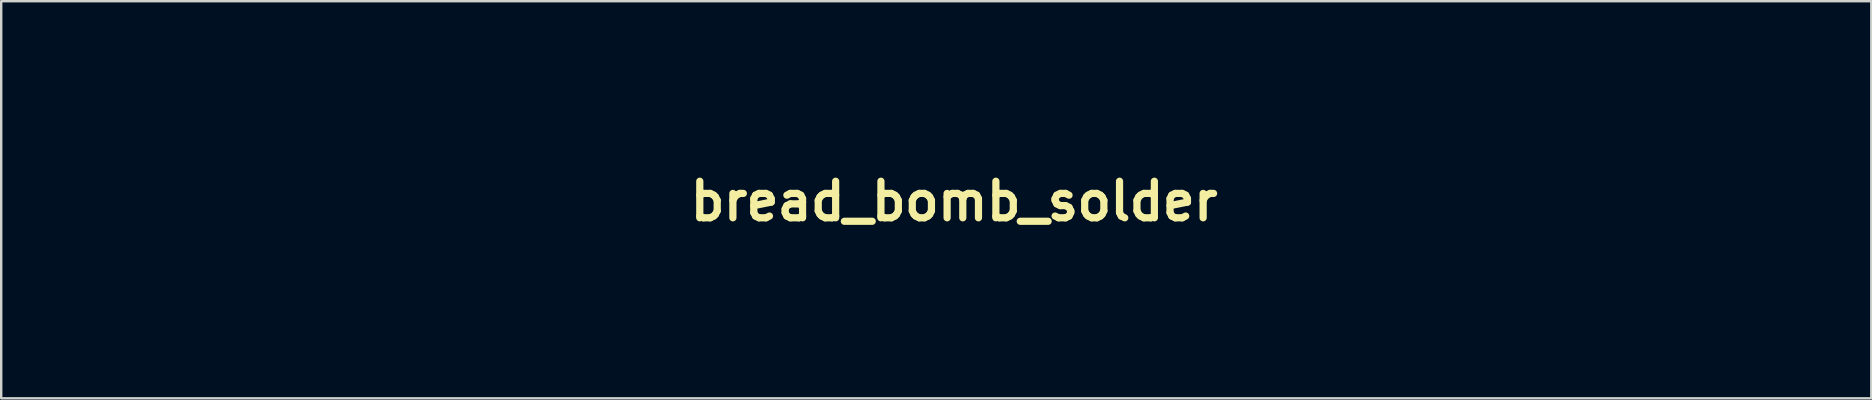
<source format=kicad_pcb>
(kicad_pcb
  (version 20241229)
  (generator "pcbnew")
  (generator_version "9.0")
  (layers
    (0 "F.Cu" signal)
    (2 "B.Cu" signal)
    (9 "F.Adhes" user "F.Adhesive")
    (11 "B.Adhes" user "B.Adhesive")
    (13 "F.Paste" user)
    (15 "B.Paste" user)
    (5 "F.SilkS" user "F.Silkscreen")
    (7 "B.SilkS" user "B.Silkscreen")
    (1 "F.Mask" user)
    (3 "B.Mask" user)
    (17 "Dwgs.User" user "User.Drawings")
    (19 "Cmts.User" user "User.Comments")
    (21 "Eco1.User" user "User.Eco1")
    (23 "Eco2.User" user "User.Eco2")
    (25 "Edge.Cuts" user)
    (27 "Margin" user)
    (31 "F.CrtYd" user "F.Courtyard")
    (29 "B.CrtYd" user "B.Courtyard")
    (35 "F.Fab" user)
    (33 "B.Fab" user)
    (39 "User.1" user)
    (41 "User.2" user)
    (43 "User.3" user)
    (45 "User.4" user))
  (footprint "bread_bomb_solder"
    (layer "F.Cu")
    (at 36.705 5.336)
    (property "Reference" "bread_bomb_solder" (at 0 0 0) (layer "F.SilkS") (effects (font (size 1.524 1.524) (thickness 0.3))))
    (attr through_hole)
    (fp_poly (pts (xy 12.479 -2.015) (xy 12.582 -2.006) (xy 12.777 -1.969) (xy 12.967 -1.914) (xy 13.152 -1.842) (xy 13.327 -1.754) (xy 13.493 -1.653) (xy 13.645 -1.539) (xy 13.784 -1.415) (xy 13.905 -1.281) (xy 14.007 -1.14) (xy 14.089 -0.992) (xy 14.147 -0.841) (xy 14.151 -0.829) (xy 14.169 -0.74) (xy 14.179 -0.635) (xy 14.181 -0.524) (xy 14.173 -0.415) (xy 14.158 -0.317) (xy 14.15 -0.286) (xy 14.115 -0.184) (xy 14.074 -0.107) (xy 14.028 -0.053) (xy 13.976 -0.023) (xy 13.949 -0.017) (xy 13.907 -0.017) (xy 13.873 -0.032) (xy 13.864 -0.039) (xy 13.842 -0.058) (xy 13.826 -0.081) (xy 13.814 -0.112) (xy 13.805 -0.154) (xy 13.799 -0.212) (xy 13.793 -0.29) (xy 13.791 -0.308) (xy 13.782 -0.42) (xy 13.769 -0.515) (xy 13.752 -0.602) (xy 13.727 -0.688) (xy 13.715 -0.725) (xy 13.645 -0.892) (xy 13.552 -1.049) (xy 13.44 -1.194) (xy 13.311 -1.325) (xy 13.166 -1.438) (xy 13.008 -1.533) (xy 12.92 -1.574) (xy 12.78 -1.625) (xy 12.627 -1.667) (xy 12.468 -1.698) (xy 12.309 -1.717) (xy 12.156 -1.723) (xy 12.018 -1.715) (xy 12.014 -1.715) (xy 11.956 -1.708) (xy 11.882 -1.702) (xy 11.805 -1.697) (xy 11.751 -1.694) (xy 11.669 -1.691) (xy 11.608 -1.693) (xy 11.564 -1.7) (xy 11.534 -1.714) (xy 11.515 -1.736) (xy 11.506 -1.753) (xy 11.5 -1.797) (xy 11.518 -1.839) (xy 11.559 -1.878) (xy 11.621 -1.913) (xy 11.702 -1.944) (xy 11.798 -1.968) (xy 11.927 -1.99) (xy 12.067 -2.006) (xy 12.21 -2.016) (xy 12.35 -2.019) (xy 12.479 -2.015)) (stroke (width 0.01) (type solid)) (fill yes) (layer "F.Mask"))
    (fp_poly (pts (xy 33.339 1.835) (xy 33.466 1.86) (xy 33.586 1.906) (xy 33.697 1.974) (xy 33.706 1.981) (xy 33.734 2) (xy 33.764 2.011) (xy 33.804 2.018) (xy 33.852 2.022) (xy 33.98 2.043) (xy 34.1 2.086) (xy 34.212 2.15) (xy 34.312 2.231) (xy 34.399 2.328) (xy 34.47 2.438) (xy 34.523 2.559) (xy 34.557 2.688) (xy 34.569 2.824) (xy 34.569 2.826) (xy 34.557 2.964) (xy 34.522 3.096) (xy 34.467 3.22) (xy 34.394 3.333) (xy 34.303 3.432) (xy 34.198 3.515) (xy 34.081 3.58) (xy 33.966 3.62) (xy 33.828 3.642) (xy 33.692 3.64) (xy 33.558 3.613) (xy 33.43 3.561) (xy 33.338 3.507) (xy 33.298 3.481) (xy 33.263 3.466) (xy 33.224 3.456) (xy 33.17 3.451) (xy 33.166 3.45) (xy 33.113 3.445) (xy 33.065 3.44) (xy 33.032 3.435) (xy 33.029 3.434) (xy 32.993 3.426) (xy 33.002 3.793) (xy 33.005 3.917) (xy 33.006 4.018) (xy 33.005 4.1) (xy 33.002 4.164) (xy 32.997 4.214) (xy 32.989 4.251) (xy 32.978 4.28) (xy 32.964 4.302) (xy 32.946 4.321) (xy 32.942 4.324) (xy 32.899 4.35) (xy 32.86 4.354) (xy 32.83 4.335) (xy 32.824 4.328) (xy 32.811 4.305) (xy 32.8 4.278) (xy 32.792 4.246) (xy 32.785 4.206) (xy 32.78 4.154) (xy 32.776 4.088) (xy 32.774 4.006) (xy 32.773 3.904) (xy 32.772 3.781) (xy 32.772 3.733) (xy 32.772 3.306) (xy 33.738 3.306) (xy 33.805 3.297) (xy 33.86 3.287) (xy 33.918 3.271) (xy 33.939 3.264) (xy 34.02 3.221) (xy 34.094 3.158) (xy 34.155 3.08) (xy 34.178 3.038) (xy 34.212 2.945) (xy 34.227 2.845) (xy 34.222 2.746) (xy 34.202 2.665) (xy 34.171 2.599) (xy 34.131 2.537) (xy 34.087 2.485) (xy 34.054 2.458) (xy 34.031 2.443) (xy 34.024 2.443) (xy 34.028 2.458) (xy 34.029 2.459) (xy 34.034 2.482) (xy 34.039 2.523) (xy 34.043 2.575) (xy 34.045 2.603) (xy 34.041 2.75) (xy 34.012 2.889) (xy 33.96 3.02) (xy 33.885 3.141) (xy 33.822 3.216) (xy 33.738 3.306) (xy 32.772 3.306) (xy 32.772 3.294) (xy 32.725 3.253) (xy 32.655 3.178) (xy 32.59 3.085) (xy 32.536 2.98) (xy 32.496 2.872) (xy 32.492 2.857) (xy 32.478 2.781) (xy 32.471 2.685) (xy 32.47 2.635) (xy 32.471 2.565) (xy 32.475 2.511) (xy 32.483 2.464) (xy 32.497 2.414) (xy 32.503 2.393) (xy 32.558 2.265) (xy 32.633 2.147) (xy 32.726 2.043) (xy 32.832 1.958) (xy 32.836 1.956) (xy 32.954 1.893) (xy 33.08 1.852) (xy 33.21 1.833) (xy 33.339 1.835)) (stroke (width 0.01) (type solid)) (fill yes) (layer "F.Mask"))
    (fp_poly (pts (xy 34.124 -4.708) (xy 34.211 -4.681) (xy 34.286 -4.636) (xy 34.353 -4.573) (xy 34.414 -4.489) (xy 34.469 -4.383) (xy 34.501 -4.31) (xy 34.556 -4.173) (xy 34.626 -4.157) (xy 34.709 -4.132) (xy 34.777 -4.095) (xy 34.84 -4.04) (xy 34.857 -4.022) (xy 34.928 -3.928) (xy 34.991 -3.81) (xy 35.046 -3.668) (xy 35.094 -3.503) (xy 35.134 -3.314) (xy 35.166 -3.101) (xy 35.19 -2.866) (xy 35.206 -2.607) (xy 35.214 -2.325) (xy 35.214 -2.021) (xy 35.213 -1.978) (xy 35.207 -1.725) (xy 35.194 -1.488) (xy 35.175 -1.259) (xy 35.149 -1.032) (xy 35.114 -0.799) (xy 35.071 -0.552) (xy 35.051 -0.448) (xy 35.024 -0.315) (xy 34.993 -0.172) (xy 34.959 -0.02) (xy 34.923 0.136) (xy 34.886 0.292) (xy 34.848 0.446) (xy 34.811 0.594) (xy 34.774 0.732) (xy 34.74 0.856) (xy 34.709 0.964) (xy 34.682 1.051) (xy 34.675 1.073) (xy 34.603 1.265) (xy 34.525 1.432) (xy 34.442 1.576) (xy 34.352 1.695) (xy 34.257 1.79) (xy 34.196 1.837) (xy 34.11 1.881) (xy 34.012 1.907) (xy 33.907 1.916) (xy 33.802 1.905) (xy 33.771 1.898) (xy 33.657 1.854) (xy 33.554 1.789) (xy 33.481 1.723) (xy 33.433 1.662) (xy 33.387 1.592) (xy 33.35 1.519) (xy 33.324 1.452) (xy 33.317 1.419) (xy 33.309 1.386) (xy 33.295 1.364) (xy 33.27 1.349) (xy 33.234 1.338) (xy 33.607 1.338) (xy 33.613 1.367) (xy 33.629 1.405) (xy 33.652 1.447) (xy 33.68 1.488) (xy 33.698 1.508) (xy 33.766 1.568) (xy 33.84 1.606) (xy 33.915 1.621) (xy 33.99 1.612) (xy 34.036 1.594) (xy 34.087 1.558) (xy 34.138 1.502) (xy 34.19 1.425) (xy 34.243 1.327) (xy 34.298 1.206) (xy 34.355 1.061) (xy 34.411 0.902) (xy 34.508 0.601) (xy 34.593 0.316) (xy 34.666 0.044) (xy 34.728 -0.22) (xy 34.78 -0.481) (xy 34.823 -0.743) (xy 34.835 -0.826) (xy 34.866 -1.072) (xy 34.89 -1.322) (xy 34.907 -1.575) (xy 34.919 -1.826) (xy 34.924 -2.075) (xy 34.922 -2.318) (xy 34.915 -2.552) (xy 34.902 -2.776) (xy 34.882 -2.987) (xy 34.856 -3.182) (xy 34.825 -3.358) (xy 34.788 -3.514) (xy 34.762 -3.598) (xy 34.745 -3.644) (xy 34.723 -3.694) (xy 34.699 -3.742) (xy 34.676 -3.785) (xy 34.657 -3.817) (xy 34.643 -3.832) (xy 34.639 -3.833) (xy 34.639 -3.82) (xy 34.642 -3.786) (xy 34.648 -3.736) (xy 34.655 -3.674) (xy 34.659 -3.645) (xy 34.676 -3.483) (xy 34.69 -3.301) (xy 34.7 -3.106) (xy 34.707 -2.903) (xy 34.709 -2.699) (xy 34.708 -2.498) (xy 34.702 -2.308) (xy 34.696 -2.197) (xy 34.667 -1.857) (xy 34.623 -1.502) (xy 34.564 -1.136) (xy 34.492 -0.77) (xy 34.469 -0.665) (xy 34.441 -0.546) (xy 34.411 -0.418) (xy 34.379 -0.285) (xy 34.345 -0.15) (xy 34.312 -0.017) (xy 34.279 0.111) (xy 34.247 0.229) (xy 34.219 0.335) (xy 34.193 0.424) (xy 34.173 0.493) (xy 34.168 0.508) (xy 34.106 0.677) (xy 34.038 0.833) (xy 33.964 0.972) (xy 33.887 1.091) (xy 33.83 1.163) (xy 33.795 1.197) (xy 33.75 1.235) (xy 33.7 1.272) (xy 33.654 1.303) (xy 33.619 1.322) (xy 33.614 1.324) (xy 33.607 1.338) (xy 33.234 1.338) (xy 33.226 1.336) (xy 33.219 1.334) (xy 33.132 1.298) (xy 33.046 1.242) (xy 32.966 1.169) (xy 32.898 1.083) (xy 32.849 0.998) (xy 32.815 0.918) (xy 32.793 0.844) (xy 32.782 0.77) (xy 32.782 0.689) (xy 32.792 0.597) (xy 32.811 0.494) (xy 32.832 0.388) (xy 32.856 0.266) (xy 32.882 0.132) (xy 32.909 -0.01) (xy 32.937 -0.154) (xy 32.963 -0.297) (xy 32.989 -0.434) (xy 33.012 -0.56) (xy 33.032 -0.671) (xy 33.048 -0.763) (xy 33.051 -0.781) (xy 33.076 -0.934) (xy 33.099 -1.08) (xy 33.12 -1.219) (xy 33.14 -1.355) (xy 33.158 -1.489) (xy 33.174 -1.625) (xy 33.189 -1.763) (xy 33.192 -1.787) (xy 33.441 -1.787) (xy 33.442 -1.75) (xy 33.444 -1.725) (xy 33.448 -1.709) (xy 33.452 -1.701) (xy 33.453 -1.701) (xy 33.479 -1.69) (xy 33.504 -1.696) (xy 33.538 -1.721) (xy 33.539 -1.721) (xy 33.568 -1.756) (xy 33.592 -1.802) (xy 33.596 -1.813) (xy 33.609 -1.853) (xy 33.619 -1.892) (xy 33.627 -1.934) (xy 33.634 -1.98) (xy 33.639 -2.034) (xy 33.643 -2.098) (xy 33.645 -2.176) (xy 33.647 -2.269) (xy 33.648 -2.381) (xy 33.649 -2.514) (xy 33.649 -2.597) (xy 33.648 -2.764) (xy 33.647 -2.907) (xy 33.644 -3.029) (xy 33.641 -3.132) (xy 33.636 -3.217) (xy 33.63 -3.288) (xy 33.622 -3.345) (xy 33.612 -3.392) (xy 33.601 -3.429) (xy 33.596 -3.442) (xy 33.583 -3.469) (xy 33.574 -3.475) (xy 33.565 -3.464) (xy 33.554 -3.432) (xy 33.543 -3.377) (xy 33.531 -3.297) (xy 33.52 -3.195) (xy 33.509 -3.071) (xy 33.497 -2.927) (xy 33.486 -2.763) (xy 33.475 -2.58) (xy 33.472 -2.508) (xy 33.463 -2.343) (xy 33.456 -2.202) (xy 33.45 -2.082) (xy 33.446 -1.982) (xy 33.443 -1.901) (xy 33.441 -1.837) (xy 33.441 -1.787) (xy 33.192 -1.787) (xy 33.204 -1.906) (xy 33.217 -2.057) (xy 33.231 -2.218) (xy 33.243 -2.39) (xy 33.256 -2.577) (xy 33.269 -2.78) (xy 33.282 -3.002) (xy 33.296 -3.244) (xy 33.311 -3.51) (xy 33.311 -3.524) (xy 33.32 -3.679) (xy 33.327 -3.81) (xy 33.334 -3.92) (xy 33.339 -4.011) (xy 33.345 -4.085) (xy 33.35 -4.145) (xy 33.355 -4.192) (xy 33.36 -4.229) (xy 33.365 -4.258) (xy 33.371 -4.281) (xy 33.373 -4.289) (xy 33.421 -4.401) (xy 33.489 -4.498) (xy 33.574 -4.581) (xy 33.673 -4.646) (xy 33.784 -4.692) (xy 33.904 -4.718) (xy 34.024 -4.721) (xy 34.124 -4.708)) (stroke (width 0.01) (type solid)) (fill yes) (layer "F.Mask"))
    (fp_poly (pts (xy 26.936 -5.33) (xy 27.054 -5.324) (xy 27.226 -5.309) (xy 27.379 -5.287) (xy 27.518 -5.257) (xy 27.649 -5.217) (xy 27.776 -5.167) (xy 27.906 -5.105) (xy 27.946 -5.083) (xy 27.97 -5.074) (xy 28.011 -5.06) (xy 28.061 -5.046) (xy 28.073 -5.042) (xy 28.241 -4.985) (xy 28.395 -4.907) (xy 28.534 -4.811) (xy 28.657 -4.697) (xy 28.762 -4.568) (xy 28.847 -4.425) (xy 28.886 -4.337) (xy 28.915 -4.259) (xy 28.936 -4.184) (xy 28.953 -4.107) (xy 28.964 -4.022) (xy 28.971 -3.925) (xy 28.974 -3.811) (xy 28.974 -3.727) (xy 28.973 -3.596) (xy 28.969 -3.483) (xy 28.96 -3.378) (xy 28.948 -3.275) (xy 28.93 -3.166) (xy 28.91 -3.061) (xy 28.846 -2.798) (xy 28.758 -2.532) (xy 28.648 -2.265) (xy 28.516 -1.997) (xy 28.364 -1.733) (xy 28.192 -1.474) (xy 28.078 -1.319) (xy 27.893 -1.09) (xy 27.685 -0.858) (xy 27.456 -0.626) (xy 27.211 -0.395) (xy 26.95 -0.168) (xy 26.676 0.054) (xy 26.391 0.267) (xy 26.229 0.381) (xy 26.183 0.414) (xy 26.145 0.44) (xy 26.121 0.458) (xy 26.115 0.465) (xy 26.128 0.467) (xy 26.161 0.471) (xy 26.209 0.476) (xy 26.264 0.482) (xy 26.498 0.508) (xy 26.723 0.542) (xy 26.935 0.582) (xy 27.134 0.627) (xy 27.315 0.678) (xy 27.477 0.733) (xy 27.617 0.792) (xy 27.651 0.808) (xy 27.688 0.825) (xy 27.742 0.846) (xy 27.806 0.871) (xy 27.873 0.895) (xy 27.879 0.897) (xy 28.034 0.955) (xy 28.167 1.015) (xy 28.281 1.08) (xy 28.378 1.151) (xy 28.463 1.229) (xy 28.469 1.236) (xy 28.535 1.314) (xy 28.582 1.392) (xy 28.614 1.476) (xy 28.632 1.57) (xy 28.636 1.679) (xy 28.634 1.746) (xy 28.61 1.957) (xy 28.562 2.162) (xy 28.491 2.359) (xy 28.395 2.548) (xy 28.276 2.729) (xy 28.134 2.902) (xy 27.969 3.066) (xy 27.781 3.222) (xy 27.571 3.367) (xy 27.339 3.504) (xy 27.216 3.567) (xy 26.943 3.692) (xy 26.66 3.801) (xy 26.363 3.895) (xy 26.052 3.974) (xy 25.724 4.038) (xy 25.376 4.089) (xy 25.248 4.104) (xy 25.156 4.112) (xy 25.046 4.118) (xy 24.923 4.121) (xy 24.79 4.122) (xy 24.653 4.121) (xy 24.517 4.118) (xy 24.384 4.114) (xy 24.261 4.107) (xy 24.151 4.099) (xy 24.058 4.089) (xy 24.009 4.082) (xy 23.971 4.076) (xy 24.009 4.104) (xy 24.067 4.152) (xy 24.127 4.212) (xy 24.183 4.277) (xy 24.23 4.341) (xy 24.258 4.388) (xy 24.294 4.489) (xy 24.307 4.598) (xy 24.298 4.711) (xy 24.29 4.75) (xy 24.254 4.858) (xy 24.206 4.945) (xy 24.144 5.015) (xy 24.064 5.072) (xy 24.032 5.089) (xy 23.935 5.137) (xy 23.737 5.137) (xy 23.661 5.137) (xy 23.588 5.136) (xy 23.524 5.135) (xy 23.476 5.134) (xy 23.463 5.133) (xy 23.421 5.132) (xy 23.362 5.133) (xy 23.292 5.134) (xy 23.219 5.136) (xy 23.209 5.136) (xy 23.09 5.137) (xy 22.989 5.133) (xy 22.911 5.123) (xy 22.726 5.082) (xy 22.544 5.017) (xy 22.369 4.931) (xy 22.222 4.838) (xy 22.149 4.781) (xy 22.067 4.708) (xy 21.983 4.625) (xy 21.901 4.537) (xy 21.828 4.452) (xy 21.777 4.385) (xy 21.666 4.218) (xy 23.547 4.218) (xy 23.602 4.286) (xy 23.661 4.374) (xy 23.697 4.467) (xy 23.712 4.57) (xy 23.713 4.604) (xy 23.71 4.663) (xy 23.703 4.721) (xy 23.693 4.767) (xy 23.693 4.769) (xy 23.681 4.807) (xy 23.674 4.835) (xy 23.673 4.844) (xy 23.684 4.849) (xy 23.714 4.851) (xy 23.757 4.849) (xy 23.805 4.845) (xy 23.854 4.838) (xy 23.896 4.83) (xy 23.925 4.821) (xy 23.927 4.819) (xy 23.966 4.786) (xy 23.992 4.733) (xy 24.006 4.659) (xy 24.008 4.616) (xy 24.007 4.564) (xy 24.002 4.528) (xy 23.99 4.498) (xy 23.975 4.474) (xy 23.94 4.431) (xy 23.894 4.391) (xy 23.831 4.351) (xy 23.749 4.308) (xy 23.684 4.279) (xy 23.547 4.218) (xy 21.666 4.218) (xy 21.663 4.213) (xy 21.556 4.025) (xy 21.456 3.82) (xy 21.375 3.626) (xy 22.727 3.626) (xy 22.766 3.677) (xy 22.812 3.729) (xy 22.869 3.786) (xy 22.929 3.84) (xy 22.983 3.883) (xy 22.995 3.891) (xy 23.021 3.906) (xy 23.061 3.927) (xy 23.109 3.951) (xy 23.158 3.974) (xy 23.202 3.994) (xy 23.235 4.008) (xy 23.251 4.013) (xy 23.245 4.004) (xy 23.225 3.98) (xy 23.196 3.945) (xy 23.171 3.915) (xy 23.13 3.869) (xy 23.099 3.838) (xy 23.069 3.816) (xy 23.034 3.799) (xy 22.995 3.784) (xy 22.929 3.758) (xy 22.877 3.732) (xy 22.827 3.701) (xy 22.777 3.665) (xy 22.727 3.626) (xy 21.375 3.626) (xy 21.363 3.597) (xy 21.276 3.356) (xy 21.195 3.095) (xy 21.119 2.813) (xy 21.049 2.511) (xy 20.984 2.186) (xy 20.924 1.837) (xy 20.868 1.465) (xy 20.867 1.46) (xy 20.857 1.388) (xy 20.846 1.303) (xy 20.834 1.21) (xy 20.822 1.113) (xy 20.81 1.014) (xy 20.798 0.919) (xy 20.788 0.83) (xy 20.779 0.75) (xy 20.771 0.685) (xy 20.766 0.637) (xy 20.764 0.609) (xy 20.764 0.607) (xy 20.759 0.609) (xy 20.745 0.629) (xy 20.725 0.663) (xy 20.722 0.668) (xy 20.644 0.797) (xy 20.557 0.907) (xy 20.465 0.996) (xy 20.369 1.063) (xy 20.348 1.074) (xy 20.311 1.092) (xy 20.278 1.103) (xy 20.241 1.109) (xy 20.192 1.111) (xy 20.153 1.111) (xy 20.031 1.111) (xy 20.036 1.156) (xy 20.039 1.189) (xy 20.042 1.244) (xy 20.047 1.318) (xy 20.052 1.408) (xy 20.057 1.51) (xy 20.063 1.621) (xy 20.069 1.738) (xy 20.074 1.859) (xy 20.08 1.978) (xy 20.085 2.094) (xy 20.09 2.203) (xy 20.094 2.301) (xy 20.097 2.387) (xy 20.099 2.451) (xy 20.102 2.569) (xy 20.102 2.665) (xy 20.1 2.742) (xy 20.095 2.802) (xy 20.087 2.847) (xy 20.075 2.883) (xy 20.059 2.91) (xy 20.045 2.926) (xy 20.006 2.952) (xy 19.966 2.958) (xy 19.931 2.944) (xy 19.923 2.937) (xy 19.913 2.925) (xy 19.904 2.912) (xy 19.897 2.896) (xy 19.89 2.876) (xy 19.885 2.85) (xy 19.881 2.815) (xy 19.877 2.771) (xy 19.875 2.715) (xy 19.873 2.645) (xy 19.871 2.56) (xy 19.87 2.458) (xy 19.87 2.337) (xy 19.869 2.195) (xy 19.869 2.03) (xy 19.869 1.928) (xy 19.869 1.781) (xy 19.869 1.64) (xy 19.868 1.51) (xy 19.867 1.391) (xy 19.866 1.285) (xy 19.865 1.195) (xy 19.864 1.123) (xy 19.862 1.071) (xy 19.861 1.041) (xy 19.86 1.034) (xy 19.845 1.035) (xy 19.814 1.045) (xy 19.772 1.063) (xy 19.765 1.067) (xy 19.661 1.105) (xy 19.553 1.118) (xy 19.443 1.105) (xy 19.329 1.068) (xy 19.214 1.006) (xy 19.208 1.002) (xy 19.116 0.934) (xy 19.017 0.847) (xy 18.968 0.798) (xy 20.053 0.798) (xy 20.088 0.811) (xy 20.147 0.824) (xy 20.202 0.815) (xy 20.226 0.805) (xy 20.28 0.768) (xy 20.337 0.71) (xy 20.393 0.632) (xy 20.448 0.539) (xy 20.467 0.503) (xy 20.495 0.44) (xy 20.527 0.363) (xy 20.56 0.278) (xy 20.591 0.19) (xy 20.62 0.105) (xy 20.645 0.027) (xy 20.662 -0.037) (xy 20.671 -0.076) (xy 20.672 -0.103) (xy 20.672 -0.147) (xy 20.67 -0.202) (xy 20.666 -0.265) (xy 20.662 -0.329) (xy 20.657 -0.39) (xy 20.652 -0.443) (xy 20.647 -0.483) (xy 20.642 -0.505) (xy 20.64 -0.508) (xy 20.628 -0.5) (xy 20.604 -0.479) (xy 20.575 -0.454) (xy 20.539 -0.422) (xy 20.506 -0.394) (xy 20.488 -0.381) (xy 20.475 -0.37) (xy 20.464 -0.35) (xy 20.453 -0.32) (xy 20.44 -0.273) (xy 20.424 -0.208) (xy 20.416 -0.171) (xy 20.363 0.04) (xy 20.304 0.238) (xy 20.24 0.419) (xy 20.172 0.58) (xy 20.099 0.72) (xy 20.077 0.758) (xy 20.053 0.798) (xy 18.968 0.798) (xy 18.914 0.744) (xy 18.811 0.629) (xy 18.71 0.505) (xy 18.615 0.376) (xy 18.592 0.342) (xy 18.56 0.296) (xy 18.534 0.259) (xy 18.517 0.236) (xy 18.51 0.231) (xy 18.507 0.244) (xy 18.5 0.278) (xy 18.491 0.328) (xy 18.48 0.391) (xy 18.473 0.432) (xy 18.413 0.747) (xy 18.346 1.038) (xy 18.27 1.306) (xy 18.185 1.551) (xy 18.093 1.773) (xy 17.991 1.973) (xy 17.881 2.151) (xy 17.762 2.308) (xy 17.686 2.392) (xy 17.542 2.523) (xy 17.389 2.632) (xy 17.225 2.717) (xy 17.05 2.78) (xy 16.863 2.821) (xy 16.663 2.84) (xy 16.662 2.84) (xy 16.583 2.843) (xy 16.524 2.841) (xy 16.479 2.837) (xy 16.443 2.828) (xy 16.411 2.819) (xy 16.38 2.816) (xy 16.342 2.817) (xy 16.291 2.823) (xy 16.266 2.827) (xy 16.123 2.843) (xy 15.998 2.844) (xy 15.888 2.831) (xy 15.789 2.802) (xy 15.698 2.757) (xy 15.664 2.736) (xy 15.58 2.678) (xy 15.49 2.765) (xy 15.448 2.805) (xy 15.422 2.834) (xy 15.408 2.856) (xy 15.402 2.876) (xy 15.402 2.9) (xy 15.402 2.902) (xy 15.414 3.112) (xy 15.424 3.301) (xy 15.432 3.471) (xy 15.438 3.626) (xy 15.443 3.77) (xy 15.446 3.907) (xy 15.448 4.039) (xy 15.448 4.077) (xy 15.448 4.188) (xy 15.448 4.276) (xy 15.447 4.345) (xy 15.446 4.397) (xy 15.444 4.436) (xy 15.441 4.464) (xy 15.436 4.484) (xy 15.43 4.499) (xy 15.427 4.505) (xy 15.394 4.547) (xy 15.356 4.569) (xy 15.317 4.57) (xy 15.283 4.55) (xy 15.263 4.521) (xy 15.252 4.495) (xy 15.242 4.463) (xy 15.235 4.424) (xy 15.229 4.375) (xy 15.224 4.315) (xy 15.221 4.242) (xy 15.219 4.153) (xy 15.218 4.047) (xy 15.218 3.921) (xy 15.22 3.774) (xy 15.222 3.616) (xy 15.231 2.984) (xy 15.124 3.05) (xy 14.914 3.167) (xy 14.685 3.269) (xy 14.437 3.356) (xy 14.174 3.427) (xy 13.897 3.481) (xy 13.767 3.5) (xy 13.696 3.507) (xy 13.605 3.513) (xy 13.497 3.519) (xy 13.375 3.523) (xy 13.246 3.526) (xy 13.112 3.528) (xy 12.978 3.529) (xy 12.848 3.529) (xy 12.726 3.527) (xy 12.617 3.523) (xy 12.527 3.519) (xy 12.155 3.484) (xy 11.799 3.429) (xy 11.457 3.355) (xy 11.126 3.259) (xy 10.807 3.143) (xy 10.497 3.006) (xy 10.479 2.997) (xy 10.18 2.838) (xy 9.897 2.659) (xy 9.629 2.462) (xy 9.377 2.249) (xy 9.144 2.019) (xy 8.928 1.774) (xy 8.732 1.516) (xy 8.555 1.244) (xy 8.4 0.961) (xy 8.265 0.666) (xy 8.153 0.362) (xy 8.064 0.049) (xy 8.021 -0.146) (xy 8.002 -0.249) (xy 7.987 -0.341) (xy 7.976 -0.428) (xy 7.968 -0.516) (xy 7.962 -0.609) (xy 7.959 -0.714) (xy 7.958 -0.805) (xy 8.249 -0.805) (xy 8.254 -0.697) (xy 8.281 -0.415) (xy 8.325 -0.148) (xy 8.388 0.11) (xy 8.47 0.365) (xy 8.573 0.621) (xy 8.642 0.768) (xy 8.754 0.987) (xy 8.873 1.19) (xy 9.003 1.383) (xy 9.148 1.572) (xy 9.311 1.762) (xy 9.387 1.845) (xy 9.445 1.906) (xy 9.489 1.951) (xy 9.519 1.98) (xy 9.534 1.993) (xy 9.534 1.989) (xy 9.517 1.967) (xy 9.506 1.953) (xy 9.346 1.747) (xy 9.206 1.549) (xy 9.083 1.353) (xy 8.975 1.157) (xy 8.88 0.955) (xy 8.873 0.94) (xy 8.764 0.659) (xy 8.677 0.375) (xy 8.612 0.088) (xy 8.57 -0.2) (xy 8.561 -0.323) (xy 9.568 -0.323) (xy 9.588 -0.096) (xy 9.631 0.132) (xy 9.696 0.36) (xy 9.783 0.586) (xy 9.893 0.809) (xy 10.025 1.026) (xy 10.026 1.029) (xy 10.193 1.257) (xy 10.378 1.467) (xy 10.58 1.66) (xy 10.799 1.835) (xy 11.032 1.99) (xy 11.279 2.126) (xy 11.539 2.242) (xy 11.811 2.337) (xy 12.093 2.41) (xy 12.385 2.461) (xy 12.554 2.48) (xy 12.611 2.484) (xy 12.687 2.486) (xy 12.774 2.487) (xy 12.867 2.487) (xy 12.959 2.485) (xy 13.044 2.483) (xy 13.114 2.479) (xy 13.148 2.476) (xy 17.017 2.476) (xy 17.018 2.477) (xy 17.036 2.471) (xy 17.07 2.458) (xy 17.115 2.438) (xy 17.137 2.428) (xy 17.272 2.35) (xy 17.399 2.249) (xy 17.519 2.125) (xy 17.63 1.977) (xy 17.734 1.806) (xy 17.829 1.611) (xy 17.917 1.392) (xy 17.998 1.149) (xy 18.07 0.882) (xy 18.135 0.591) (xy 18.193 0.276) (xy 18.217 0.121) (xy 18.231 0.028) (xy 18.241 -0.044) (xy 18.247 -0.102) (xy 18.248 -0.148) (xy 18.242 -0.189) (xy 18.231 -0.229) (xy 18.212 -0.274) (xy 18.185 -0.328) (xy 18.149 -0.396) (xy 18.138 -0.419) (xy 18.102 -0.486) (xy 18.071 -0.544) (xy 18.046 -0.589) (xy 18.029 -0.618) (xy 18.022 -0.628) (xy 18.022 -0.628) (xy 18.02 -0.607) (xy 18.015 -0.565) (xy 18.008 -0.506) (xy 17.998 -0.432) (xy 17.988 -0.348) (xy 17.976 -0.258) (xy 17.964 -0.164) (xy 17.951 -0.072) (xy 17.939 0.017) (xy 17.928 0.096) (xy 17.919 0.164) (xy 17.913 0.203) (xy 17.858 0.53) (xy 17.797 0.833) (xy 17.728 1.112) (xy 17.652 1.368) (xy 17.568 1.601) (xy 17.476 1.812) (xy 17.377 2.001) (xy 17.27 2.169) (xy 17.154 2.315) (xy 17.111 2.362) (xy 17.071 2.405) (xy 17.041 2.441) (xy 17.022 2.466) (xy 17.017 2.476) (xy 13.148 2.476) (xy 13.155 2.476) (xy 13.393 2.439) (xy 13.616 2.384) (xy 13.823 2.31) (xy 14.014 2.217) (xy 14.187 2.105) (xy 14.344 1.976) (xy 14.383 1.938) (xy 14.502 1.806) (xy 14.6 1.672) (xy 14.682 1.528) (xy 14.695 1.503) (xy 14.773 1.312) (xy 14.832 1.108) (xy 14.872 0.893) (xy 14.892 0.67) (xy 14.893 0.441) (xy 14.873 0.211) (xy 14.834 -0.018) (xy 14.809 -0.121) (xy 14.73 -0.376) (xy 14.628 -0.619) (xy 14.506 -0.85) (xy 14.364 -1.068) (xy 14.204 -1.271) (xy 14.026 -1.457) (xy 13.832 -1.627) (xy 13.622 -1.779) (xy 13.399 -1.911) (xy 13.162 -2.023) (xy 12.914 -2.113) (xy 12.802 -2.145) (xy 12.68 -2.176) (xy 12.569 -2.199) (xy 12.463 -2.217) (xy 12.354 -2.23) (xy 12.236 -2.238) (xy 12.101 -2.243) (xy 12.059 -2.244) (xy 11.95 -2.247) (xy 11.863 -2.25) (xy 11.793 -2.255) (xy 11.737 -2.263) (xy 11.692 -2.273) (xy 11.652 -2.287) (xy 11.615 -2.306) (xy 11.58 -2.326) (xy 11.513 -2.377) (xy 11.447 -2.444) (xy 11.391 -2.517) (xy 11.374 -2.543) (xy 11.354 -2.576) (xy 11.338 -2.598) (xy 11.333 -2.604) (xy 11.313 -2.598) (xy 11.275 -2.584) (xy 11.223 -2.564) (xy 11.162 -2.538) (xy 11.096 -2.509) (xy 11.03 -2.479) (xy 10.968 -2.45) (xy 10.936 -2.434) (xy 10.715 -2.313) (xy 10.516 -2.185) (xy 10.338 -2.047) (xy 10.177 -1.897) (xy 10.033 -1.734) (xy 9.921 -1.583) (xy 9.806 -1.393) (xy 9.713 -1.192) (xy 9.642 -0.984) (xy 9.595 -0.768) (xy 9.57 -0.547) (xy 9.568 -0.323) (xy 8.561 -0.323) (xy 8.55 -0.487) (xy 8.553 -0.771) (xy 8.578 -1.051) (xy 8.625 -1.326) (xy 8.694 -1.593) (xy 8.786 -1.848) (xy 8.928 -1.848) (xy 8.929 -1.813) (xy 8.936 -1.796) (xy 8.951 -1.791) (xy 8.959 -1.791) (xy 8.992 -1.803) (xy 9.019 -1.832) (xy 9.056 -1.88) (xy 9.106 -1.943) (xy 9.166 -2.014) (xy 9.231 -2.091) (xy 9.299 -2.168) (xy 9.365 -2.241) (xy 9.426 -2.306) (xy 9.442 -2.323) (xy 9.587 -2.465) (xy 9.737 -2.594) (xy 9.892 -2.712) (xy 10.057 -2.821) (xy 10.235 -2.922) (xy 10.428 -3.017) (xy 10.639 -3.108) (xy 10.872 -3.198) (xy 10.947 -3.224) (xy 11.066 -3.266) (xy 11.162 -3.301) (xy 11.239 -3.33) (xy 11.297 -3.354) (xy 11.341 -3.375) (xy 11.37 -3.392) (xy 11.388 -3.408) (xy 11.397 -3.424) (xy 11.398 -3.44) (xy 11.396 -3.454) (xy 11.387 -3.472) (xy 12.867 -3.472) (xy 12.873 -3.442) (xy 12.876 -3.431) (xy 12.885 -3.385) (xy 12.89 -3.334) (xy 12.89 -3.323) (xy 12.892 -3.286) (xy 12.9 -3.267) (xy 12.916 -3.259) (xy 12.919 -3.258) (xy 12.942 -3.253) (xy 12.984 -3.244) (xy 13.039 -3.232) (xy 13.1 -3.218) (xy 13.391 -3.143) (xy 13.68 -3.043) (xy 13.962 -2.922) (xy 14.084 -2.862) (xy 14.177 -2.811) (xy 14.28 -2.751) (xy 14.387 -2.685) (xy 14.493 -2.616) (xy 14.592 -2.548) (xy 14.679 -2.484) (xy 14.75 -2.428) (xy 14.751 -2.427) (xy 14.79 -2.394) (xy 14.822 -2.368) (xy 14.841 -2.353) (xy 14.844 -2.35) (xy 14.84 -2.358) (xy 14.823 -2.38) (xy 14.814 -2.391) (xy 14.785 -2.422) (xy 14.741 -2.466) (xy 14.686 -2.518) (xy 14.625 -2.574) (xy 14.562 -2.63) (xy 14.502 -2.682) (xy 14.461 -2.716) (xy 14.222 -2.895) (xy 13.966 -3.057) (xy 13.695 -3.2) (xy 13.411 -3.323) (xy 13.315 -3.359) (xy 13.244 -3.384) (xy 13.169 -3.409) (xy 13.094 -3.432) (xy 13.024 -3.453) (xy 12.962 -3.47) (xy 12.913 -3.482) (xy 12.88 -3.488) (xy 12.868 -3.487) (xy 12.867 -3.472) (xy 11.387 -3.472) (xy 11.378 -3.487) (xy 11.346 -3.507) (xy 11.295 -3.515) (xy 11.236 -3.512) (xy 11.077 -3.488) (xy 10.905 -3.442) (xy 10.718 -3.375) (xy 10.518 -3.287) (xy 10.471 -3.264) (xy 10.205 -3.121) (xy 9.951 -2.96) (xy 9.711 -2.781) (xy 9.488 -2.588) (xy 9.283 -2.382) (xy 9.1 -2.165) (xy 9.063 -2.117) (xy 9.012 -2.046) (xy 8.975 -1.99) (xy 8.95 -1.945) (xy 8.935 -1.906) (xy 8.929 -1.87) (xy 8.928 -1.848) (xy 8.786 -1.848) (xy 8.786 -1.851) (xy 8.889 -2.074) (xy 9.024 -2.314) (xy 9.179 -2.537) (xy 9.353 -2.744) (xy 9.545 -2.935) (xy 9.755 -3.108) (xy 9.981 -3.265) (xy 10.225 -3.404) (xy 10.484 -3.525) (xy 10.758 -3.628) (xy 11.048 -3.712) (xy 11.351 -3.778) (xy 11.668 -3.825) (xy 11.997 -3.852) (xy 12.142 -3.857) (xy 12.247 -3.859) (xy 12.33 -3.86) (xy 12.392 -3.859) (xy 12.438 -3.856) (xy 12.468 -3.851) (xy 12.476 -3.849) (xy 12.508 -3.84) (xy 12.529 -3.839) (xy 12.531 -3.84) (xy 12.53 -3.855) (xy 12.515 -3.884) (xy 12.49 -3.92) (xy 12.459 -3.96) (xy 12.427 -3.997) (xy 12.396 -4.027) (xy 12.392 -4.03) (xy 12.308 -4.086) (xy 12.211 -4.13) (xy 12.122 -4.154) (xy 12.082 -4.158) (xy 12.021 -4.16) (xy 11.943 -4.159) (xy 11.853 -4.157) (xy 11.755 -4.153) (xy 11.653 -4.147) (xy 11.551 -4.14) (xy 11.455 -4.132) (xy 11.368 -4.122) (xy 11.36 -4.121) (xy 11.029 -4.07) (xy 10.714 -3.998) (xy 10.416 -3.907) (xy 10.133 -3.797) (xy 9.867 -3.667) (xy 9.617 -3.517) (xy 9.453 -3.402) (xy 9.402 -3.362) (xy 9.34 -3.308) (xy 9.271 -3.247) (xy 9.202 -3.182) (xy 9.149 -3.131) (xy 8.984 -2.956) (xy 8.844 -2.783) (xy 8.729 -2.612) (xy 8.638 -2.444) (xy 8.611 -2.383) (xy 8.58 -2.313) (xy 8.544 -2.234) (xy 8.509 -2.159) (xy 8.496 -2.134) (xy 8.43 -1.981) (xy 8.373 -1.81) (xy 8.325 -1.622) (xy 8.288 -1.424) (xy 8.263 -1.219) (xy 8.249 -1.011) (xy 8.249 -0.805) (xy 7.958 -0.805) (xy 7.957 -0.836) (xy 7.957 -0.914) (xy 7.957 -1.276) (xy 7.835 -1.13) (xy 7.638 -0.905) (xy 7.418 -0.677) (xy 7.18 -0.449) (xy 6.925 -0.224) (xy 6.657 -0.003) (xy 6.378 0.21) (xy 6.138 0.381) (xy 6.091 0.414) (xy 6.054 0.44) (xy 6.03 0.458) (xy 6.023 0.465) (xy 6.036 0.467) (xy 6.069 0.471) (xy 6.118 0.476) (xy 6.172 0.482) (xy 6.406 0.508) (xy 6.631 0.542) (xy 6.844 0.582) (xy 7.042 0.627) (xy 7.224 0.678) (xy 7.386 0.733) (xy 7.526 0.792) (xy 7.559 0.808) (xy 7.596 0.825) (xy 7.65 0.846) (xy 7.715 0.871) (xy 7.782 0.895) (xy 7.788 0.897) (xy 7.943 0.955) (xy 8.076 1.015) (xy 8.189 1.08) (xy 8.287 1.151) (xy 8.372 1.229) (xy 8.378 1.236) (xy 8.443 1.314) (xy 8.491 1.392) (xy 8.523 1.476) (xy 8.54 1.57) (xy 8.545 1.679) (xy 8.543 1.746) (xy 8.519 1.957) (xy 8.471 2.162) (xy 8.399 2.359) (xy 8.304 2.548) (xy 8.185 2.729) (xy 8.042 2.902) (xy 7.877 3.066) (xy 7.69 3.222) (xy 7.48 3.367) (xy 7.247 3.504) (xy 7.125 3.567) (xy 6.825 3.703) (xy 6.509 3.821) (xy 6.181 3.92) (xy 5.843 4) (xy 5.497 4.061) (xy 5.147 4.102) (xy 4.796 4.123) (xy 4.446 4.124) (xy 4.1 4.103) (xy 3.912 4.082) (xy 3.816 4.068) (xy 3.717 4.052) (xy 3.619 4.033) (xy 3.526 4.014) (xy 3.443 3.994) (xy 3.375 3.976) (xy 3.326 3.96) (xy 3.317 3.956) (xy 3.268 3.93) (xy 3.217 3.898) (xy 3.197 3.882) (xy 3.152 3.853) (xy 3.102 3.834) (xy 3.056 3.824) (xy 2.941 3.796) (xy 2.832 3.754) (xy 2.735 3.7) (xy 2.655 3.638) (xy 2.628 3.61) (xy 2.568 3.524) (xy 2.528 3.425) (xy 2.506 3.318) (xy 2.505 3.235) (xy 2.8 3.235) (xy 2.801 3.294) (xy 2.819 3.347) (xy 2.85 3.401) (xy 2.886 3.446) (xy 2.912 3.468) (xy 2.949 3.488) (xy 2.974 3.492) (xy 2.988 3.478) (xy 2.996 3.443) (xy 3 3.399) (xy 3.018 3.295) (xy 3.058 3.195) (xy 3.115 3.106) (xy 3.131 3.087) (xy 3.156 3.058) (xy 3.17 3.036) (xy 3.172 3.028) (xy 3.149 3.018) (xy 3.109 3.014) (xy 3.061 3.013) (xy 3.013 3.017) (xy 2.972 3.026) (xy 2.966 3.028) (xy 2.906 3.062) (xy 2.855 3.112) (xy 2.819 3.171) (xy 2.8 3.235) (xy 2.505 3.235) (xy 2.505 3.208) (xy 2.525 3.103) (xy 2.57 2.997) (xy 2.634 2.904) (xy 2.666 2.874) (xy 5.834 2.874) (xy 5.835 2.882) (xy 5.842 2.883) (xy 5.852 2.878) (xy 5.85 2.874) (xy 5.835 2.873) (xy 5.834 2.874) (xy 2.666 2.874) (xy 2.673 2.868) (xy 5.879 2.868) (xy 5.883 2.869) (xy 5.884 2.869) (xy 5.899 2.867) (xy 5.934 2.859) (xy 5.986 2.847) (xy 6.048 2.831) (xy 6.094 2.82) (xy 6.301 2.765) (xy 6.496 2.706) (xy 6.678 2.645) (xy 6.846 2.582) (xy 6.998 2.517) (xy 7.132 2.452) (xy 7.248 2.388) (xy 7.342 2.324) (xy 7.414 2.261) (xy 7.456 2.211) (xy 7.486 2.149) (xy 7.492 2.092) (xy 7.473 2.038) (xy 7.429 1.988) (xy 7.37 1.948) (xy 7.338 1.93) (xy 7.316 1.92) (xy 7.311 1.919) (xy 7.307 1.933) (xy 7.3 1.965) (xy 7.293 1.999) (xy 7.27 2.082) (xy 7.235 2.155) (xy 7.184 2.225) (xy 7.138 2.275) (xy 7.035 2.365) (xy 6.908 2.452) (xy 6.757 2.537) (xy 6.583 2.62) (xy 6.386 2.699) (xy 6.168 2.775) (xy 6.09 2.8) (xy 6.012 2.824) (xy 5.955 2.841) (xy 5.916 2.854) (xy 5.893 2.861) (xy 5.882 2.866) (xy 5.879 2.868) (xy 2.673 2.868) (xy 2.715 2.828) (xy 2.722 2.824) (xy 4.166 2.824) (xy 4.178 2.828) (xy 4.211 2.829) (xy 4.263 2.829) (xy 4.33 2.826) (xy 4.407 2.821) (xy 4.492 2.815) (xy 4.581 2.807) (xy 4.661 2.799) (xy 4.883 2.771) (xy 5.106 2.735) (xy 5.328 2.692) (xy 5.547 2.643) (xy 5.76 2.588) (xy 5.965 2.529) (xy 6.158 2.465) (xy 6.338 2.398) (xy 6.502 2.329) (xy 6.648 2.258) (xy 6.772 2.186) (xy 6.846 2.134) (xy 6.917 2.073) (xy 6.967 2.012) (xy 6.998 1.953) (xy 7.006 1.898) (xy 6.994 1.854) (xy 6.983 1.838) (xy 6.964 1.826) (xy 6.933 1.817) (xy 6.883 1.808) (xy 6.877 1.807) (xy 6.734 1.788) (xy 6.57 1.772) (xy 6.387 1.757) (xy 6.19 1.746) (xy 5.982 1.737) (xy 5.767 1.73) (xy 5.547 1.727) (xy 5.327 1.726) (xy 5.111 1.729) (xy 4.901 1.735) (xy 4.781 1.74) (xy 4.662 1.745) (xy 4.566 1.75) (xy 4.491 1.755) (xy 4.433 1.759) (xy 4.391 1.763) (xy 4.362 1.768) (xy 4.343 1.774) (xy 4.333 1.78) (xy 4.327 1.788) (xy 4.325 1.795) (xy 4.322 1.815) (xy 4.316 1.856) (xy 4.308 1.915) (xy 4.298 1.988) (xy 4.286 2.072) (xy 4.274 2.161) (xy 4.261 2.261) (xy 4.246 2.363) (xy 4.231 2.46) (xy 4.217 2.547) (xy 4.205 2.618) (xy 4.197 2.656) (xy 4.185 2.717) (xy 4.175 2.768) (xy 4.168 2.806) (xy 4.166 2.824) (xy 4.166 2.824) (xy 2.722 2.824) (xy 2.81 2.77) (xy 2.916 2.732) (xy 2.991 2.72) (xy 3.08 2.711) (xy 3.088 2.445) (xy 3.093 2.328) (xy 3.1 2.198) (xy 3.108 2.063) (xy 3.118 1.929) (xy 3.128 1.803) (xy 3.139 1.691) (xy 3.144 1.644) (xy 3.152 1.58) (xy 3.041 1.565) (xy 2.926 1.541) (xy 2.828 1.501) (xy 2.74 1.442) (xy 2.691 1.398) (xy 2.617 1.307) (xy 2.564 1.206) (xy 2.533 1.098) (xy 2.527 1.033) (xy 2.821 1.033) (xy 2.833 1.088) (xy 2.857 1.13) (xy 2.896 1.174) (xy 2.941 1.215) (xy 2.987 1.245) (xy 3.019 1.257) (xy 3.018 1.246) (xy 3.015 1.219) (xy 3.014 1.215) (xy 3.013 1.146) (xy 3.029 1.066) (xy 3.06 0.984) (xy 3.102 0.905) (xy 3.153 0.836) (xy 3.166 0.822) (xy 3.202 0.781) (xy 3.223 0.746) (xy 3.233 0.71) (xy 3.234 0.703) (xy 3.242 0.647) (xy 3.097 0.717) (xy 3.01 0.761) (xy 2.944 0.799) (xy 2.896 0.835) (xy 2.862 0.871) (xy 2.84 0.906) (xy 2.823 0.966) (xy 2.821 1.033) (xy 2.527 1.033) (xy 2.524 0.988) (xy 2.538 0.878) (xy 2.574 0.772) (xy 2.633 0.673) (xy 2.65 0.651) (xy 2.68 0.617) (xy 2.716 0.586) (xy 2.761 0.554) (xy 2.817 0.521) (xy 2.889 0.483) (xy 2.98 0.439) (xy 3.039 0.412) (xy 3.116 0.375) (xy 3.18 0.343) (xy 3.228 0.316) (xy 3.258 0.297) (xy 3.266 0.289) (xy 3.27 0.268) (xy 3.274 0.224) (xy 3.277 0.161) (xy 3.28 0.081) (xy 3.283 -0.014) (xy 3.283 -0.024) (xy 4.432 -0.024) (xy 4.432 0.052) (xy 4.434 0.095) (xy 4.438 0.117) (xy 4.447 0.12) (xy 4.448 0.119) (xy 4.464 0.11) (xy 4.497 0.089) (xy 4.544 0.06) (xy 4.602 0.024) (xy 4.667 -0.017) (xy 4.977 -0.215) (xy 5.273 -0.416) (xy 5.553 -0.619) (xy 5.817 -0.822) (xy 6.063 -1.025) (xy 6.292 -1.227) (xy 6.501 -1.428) (xy 6.69 -1.626) (xy 6.859 -1.821) (xy 7.006 -2.011) (xy 7.13 -2.196) (xy 7.231 -2.376) (xy 7.239 -2.394) (xy 7.317 -2.569) (xy 7.372 -2.733) (xy 7.405 -2.886) (xy 7.416 -3.028) (xy 7.405 -3.159) (xy 7.372 -3.278) (xy 7.357 -3.311) (xy 7.337 -3.347) (xy 7.309 -3.388) (xy 7.276 -3.431) (xy 7.243 -3.47) (xy 7.213 -3.5) (xy 7.192 -3.517) (xy 7.188 -3.518) (xy 7.184 -3.508) (xy 7.19 -3.482) (xy 7.192 -3.477) (xy 7.199 -3.444) (xy 7.203 -3.39) (xy 7.206 -3.315) (xy 7.207 -3.232) (xy 7.206 -3.149) (xy 7.203 -3.084) (xy 7.199 -3.03) (xy 7.191 -2.98) (xy 7.18 -2.927) (xy 7.172 -2.894) (xy 7.112 -2.697) (xy 7.031 -2.499) (xy 6.928 -2.301) (xy 6.802 -2.101) (xy 6.653 -1.897) (xy 6.48 -1.69) (xy 6.287 -1.482) (xy 6.128 -1.323) (xy 5.964 -1.17) (xy 5.794 -1.019) (xy 5.613 -0.868) (xy 5.42 -0.717) (xy 5.212 -0.561) (xy 4.986 -0.4) (xy 4.739 -0.231) (xy 4.721 -0.219) (xy 4.432 -0.024) (xy 3.283 -0.024) (xy 3.285 -0.121) (xy 3.286 -0.237) (xy 3.287 -0.359) (xy 3.287 -0.484) (xy 3.286 -0.61) (xy 3.285 -0.734) (xy 3.283 -0.854) (xy 3.281 -0.966) (xy 3.278 -1.054) (xy 3.269 -1.272) (xy 3.258 -1.485) (xy 3.246 -1.69) (xy 3.232 -1.881) (xy 3.217 -2.053) (xy 3.212 -2.108) (xy 3.206 -2.163) (xy 3.199 -2.23) (xy 3.19 -2.306) (xy 3.18 -2.387) (xy 3.17 -2.468) (xy 3.16 -2.546) (xy 3.151 -2.617) (xy 3.143 -2.678) (xy 3.136 -2.723) (xy 3.132 -2.749) (xy 3.131 -2.753) (xy 3.119 -2.749) (xy 3.089 -2.734) (xy 3.047 -2.71) (xy 2.996 -2.68) (xy 2.94 -2.646) (xy 2.884 -2.611) (xy 2.832 -2.578) (xy 2.809 -2.562) (xy 2.715 -2.499) (xy 2.723 -2.39) (xy 2.731 -2.257) (xy 2.739 -2.105) (xy 2.746 -1.942) (xy 2.751 -1.774) (xy 2.756 -1.607) (xy 2.759 -1.448) (xy 2.761 -1.305) (xy 2.761 -1.302) (xy 2.761 -1.199) (xy 2.761 -1.118) (xy 2.76 -1.057) (xy 2.759 -1.011) (xy 2.756 -0.978) (xy 2.752 -0.954) (xy 2.747 -0.936) (xy 2.74 -0.921) (xy 2.736 -0.914) (xy 2.705 -0.875) (xy 2.667 -0.85) (xy 2.63 -0.842) (xy 2.618 -0.844) (xy 2.592 -0.865) (xy 2.569 -0.912) (xy 2.551 -0.982) (xy 2.537 -1.077) (xy 2.537 -1.077) (xy 2.533 -1.121) (xy 2.531 -1.173) (xy 2.529 -1.236) (xy 2.529 -1.312) (xy 2.53 -1.405) (xy 2.532 -1.516) (xy 2.535 -1.648) (xy 2.538 -1.739) (xy 2.541 -1.855) (xy 2.544 -1.965) (xy 2.547 -2.066) (xy 2.549 -2.155) (xy 2.551 -2.23) (xy 2.552 -2.286) (xy 2.553 -2.321) (xy 2.553 -2.328) (xy 2.553 -2.389) (xy 2.454 -2.309) (xy 2.315 -2.187) (xy 2.193 -2.061) (xy 2.09 -1.934) (xy 2.009 -1.809) (xy 1.96 -1.711) (xy 1.9 -1.593) (xy 1.828 -1.498) (xy 1.744 -1.425) (xy 1.646 -1.372) (xy 1.534 -1.339) (xy 1.511 -1.334) (xy 1.402 -1.329) (xy 1.292 -1.347) (xy 1.186 -1.385) (xy 1.092 -1.443) (xy 1.056 -1.473) (xy 1.021 -1.502) (xy 0.993 -1.518) (xy 0.961 -1.523) (xy 0.935 -1.524) (xy 0.825 -1.537) (xy 0.721 -1.571) (xy 0.627 -1.626) (xy 0.545 -1.698) (xy 0.478 -1.784) (xy 0.43 -1.882) (xy 0.402 -1.988) (xy 0.397 -2.029) (xy 0.397 -2.087) (xy 0.693 -2.087) (xy 0.693 -2.084) (xy 0.705 -2.001) (xy 0.74 -1.93) (xy 0.796 -1.872) (xy 0.802 -1.867) (xy 0.843 -1.839) (xy 0.869 -1.83) (xy 0.883 -1.841) (xy 0.888 -1.872) (xy 0.889 -1.9) (xy 0.898 -1.979) (xy 0.924 -2.073) (xy 0.965 -2.178) (xy 1.021 -2.291) (xy 1.089 -2.409) (xy 1.127 -2.468) (xy 1.161 -2.515) (xy 1.73 -2.515) (xy 1.738 -2.48) (xy 1.756 -2.465) (xy 1.781 -2.471) (xy 1.8 -2.487) (xy 1.817 -2.506) (xy 1.846 -2.539) (xy 1.883 -2.582) (xy 1.917 -2.621) (xy 2.03 -2.744) (xy 2.165 -2.87) (xy 2.318 -2.997) (xy 2.487 -3.122) (xy 2.579 -3.185) (xy 2.616 -3.209) (xy 4.173 -3.209) (xy 4.178 -3.185) (xy 4.187 -3.139) (xy 4.198 -3.076) (xy 4.211 -2.998) (xy 4.225 -2.91) (xy 4.239 -2.815) (xy 4.253 -2.717) (xy 4.267 -2.619) (xy 4.28 -2.526) (xy 4.291 -2.44) (xy 4.292 -2.432) (xy 4.343 -1.974) (xy 4.381 -1.523) (xy 4.406 -1.085) (xy 4.414 -0.819) (xy 4.417 -0.699) (xy 4.42 -0.601) (xy 4.423 -0.525) (xy 4.426 -0.468) (xy 4.43 -0.428) (xy 4.435 -0.403) (xy 4.441 -0.391) (xy 4.447 -0.389) (xy 4.449 -0.389) (xy 4.465 -0.4) (xy 4.497 -0.421) (xy 4.542 -0.45) (xy 4.593 -0.484) (xy 4.597 -0.487) (xy 4.655 -0.526) (xy 4.726 -0.575) (xy 4.803 -0.629) (xy 4.879 -0.683) (xy 4.915 -0.709) (xy 5.201 -0.923) (xy 5.467 -1.136) (xy 5.712 -1.347) (xy 5.937 -1.557) (xy 6.139 -1.763) (xy 6.32 -1.967) (xy 6.477 -2.166) (xy 6.612 -2.362) (xy 6.723 -2.552) (xy 6.81 -2.738) (xy 6.819 -2.759) (xy 6.846 -2.832) (xy 6.862 -2.887) (xy 6.867 -2.929) (xy 6.862 -2.964) (xy 6.847 -2.997) (xy 6.838 -3.011) (xy 6.778 -3.078) (xy 6.696 -3.14) (xy 6.594 -3.197) (xy 6.474 -3.247) (xy 6.34 -3.289) (xy 6.194 -3.323) (xy 6.037 -3.348) (xy 5.912 -3.36) (xy 5.856 -3.365) (xy 5.81 -3.371) (xy 5.778 -3.377) (xy 5.769 -3.381) (xy 5.754 -3.407) (xy 5.76 -3.436) (xy 5.784 -3.461) (xy 5.826 -3.484) (xy 5.876 -3.5) (xy 5.939 -3.512) (xy 6.018 -3.519) (xy 6.117 -3.522) (xy 6.185 -3.523) (xy 6.27 -3.522) (xy 6.335 -3.52) (xy 6.387 -3.517) (xy 6.431 -3.511) (xy 6.475 -3.503) (xy 6.523 -3.491) (xy 6.533 -3.488) (xy 6.634 -3.458) (xy 6.727 -3.422) (xy 6.807 -3.384) (xy 6.866 -3.346) (xy 6.893 -3.326) (xy 6.91 -3.315) (xy 6.913 -3.315) (xy 6.914 -3.326) (xy 6.911 -3.354) (xy 6.907 -3.375) (xy 6.887 -3.445) (xy 6.855 -3.516) (xy 6.815 -3.584) (xy 6.769 -3.644) (xy 6.721 -3.691) (xy 6.674 -3.72) (xy 6.656 -3.725) (xy 6.591 -3.735) (xy 6.509 -3.744) (xy 6.416 -3.751) (xy 6.321 -3.755) (xy 6.23 -3.757) (xy 6.153 -3.755) (xy 6.023 -3.744) (xy 5.873 -3.722) (xy 5.704 -3.69) (xy 5.519 -3.649) (xy 5.32 -3.598) (xy 5.109 -3.539) (xy 4.889 -3.473) (xy 4.661 -3.398) (xy 4.585 -3.372) (xy 4.469 -3.332) (xy 4.376 -3.299) (xy 4.303 -3.273) (xy 4.248 -3.252) (xy 4.21 -3.235) (xy 4.186 -3.223) (xy 4.174 -3.214) (xy 4.173 -3.209) (xy 2.616 -3.209) (xy 2.774 -3.308) (xy 2.986 -3.429) (xy 3.215 -3.548) (xy 3.464 -3.665) (xy 3.733 -3.781) (xy 4.024 -3.897) (xy 4.339 -4.014) (xy 4.612 -4.109) (xy 4.728 -4.149) (xy 4.822 -4.183) (xy 4.896 -4.211) (xy 4.952 -4.236) (xy 4.992 -4.257) (xy 5.018 -4.277) (xy 5.031 -4.295) (xy 5.036 -4.314) (xy 5.033 -4.329) (xy 5.012 -4.362) (xy 4.971 -4.383) (xy 4.912 -4.39) (xy 4.872 -4.388) (xy 4.731 -4.366) (xy 4.572 -4.331) (xy 4.398 -4.282) (xy 4.213 -4.222) (xy 4.019 -4.151) (xy 3.819 -4.072) (xy 3.617 -3.984) (xy 3.414 -3.889) (xy 3.214 -3.79) (xy 3.02 -3.685) (xy 2.835 -3.578) (xy 2.661 -3.468) (xy 2.635 -3.451) (xy 2.497 -3.355) (xy 2.365 -3.256) (xy 2.24 -3.156) (xy 2.125 -3.057) (xy 2.022 -2.96) (xy 1.931 -2.867) (xy 1.855 -2.779) (xy 1.796 -2.699) (xy 1.755 -2.628) (xy 1.734 -2.569) (xy 1.734 -2.566) (xy 1.73 -2.515) (xy 1.161 -2.515) (xy 1.266 -2.656) (xy 1.428 -2.844) (xy 1.613 -3.03) (xy 1.82 -3.214) (xy 2.047 -3.394) (xy 2.292 -3.57) (xy 2.555 -3.742) (xy 2.834 -3.907) (xy 3.128 -4.066) (xy 3.435 -4.217) (xy 3.754 -4.361) (xy 4.085 -4.495) (xy 4.424 -4.62) (xy 4.772 -4.734) (xy 4.928 -4.78) (xy 5.006 -4.804) (xy 5.061 -4.821) (xy 5.092 -4.831) (xy 5.099 -4.836) (xy 5.084 -4.834) (xy 5.046 -4.826) (xy 4.986 -4.812) (xy 4.905 -4.791) (xy 4.818 -4.769) (xy 4.426 -4.659) (xy 4.038 -4.534) (xy 3.658 -4.394) (xy 3.288 -4.24) (xy 2.93 -4.075) (xy 2.589 -3.898) (xy 2.265 -3.712) (xy 1.963 -3.518) (xy 1.899 -3.473) (xy 1.657 -3.295) (xy 1.44 -3.117) (xy 1.248 -2.94) (xy 1.082 -2.762) (xy 0.941 -2.585) (xy 0.824 -2.407) (xy 0.765 -2.3) (xy 0.734 -2.236) (xy 0.713 -2.189) (xy 0.701 -2.152) (xy 0.695 -2.12) (xy 0.693 -2.087) (xy 0.397 -2.087) (xy 0.397 -2.109) (xy 0.407 -2.187) (xy 0.43 -2.27) (xy 0.467 -2.363) (xy 0.488 -2.407) (xy 0.586 -2.588) (xy 0.708 -2.77) (xy 0.853 -2.951) (xy 1.02 -3.131) (xy 1.208 -3.309) (xy 1.415 -3.484) (xy 1.641 -3.656) (xy 1.883 -3.824) (xy 2.142 -3.988) (xy 2.415 -4.145) (xy 2.702 -4.297) (xy 3.001 -4.441) (xy 3.312 -4.577) (xy 3.632 -4.706) (xy 3.961 -4.824) (xy 4.032 -4.847) (xy 5.135 -4.847) (xy 5.137 -4.84) (xy 5.144 -4.839) (xy 5.154 -4.843) (xy 5.152 -4.847) (xy 5.137 -4.849) (xy 5.135 -4.847) (xy 4.032 -4.847) (xy 4.298 -4.933) (xy 4.641 -5.031) (xy 4.731 -5.055) (xy 5.003 -5.121) (xy 5.276 -5.178) (xy 5.546 -5.226) (xy 5.813 -5.266) (xy 6.072 -5.296) (xy 6.322 -5.317) (xy 6.56 -5.329) (xy 6.785 -5.33) (xy 6.992 -5.322) (xy 7.181 -5.303) (xy 7.305 -5.283) (xy 7.439 -5.253) (xy 7.561 -5.217) (xy 7.68 -5.17) (xy 7.804 -5.11) (xy 7.855 -5.083) (xy 7.879 -5.074) (xy 7.92 -5.06) (xy 7.969 -5.046) (xy 7.982 -5.042) (xy 8.149 -4.985) (xy 8.303 -4.907) (xy 8.443 -4.811) (xy 8.566 -4.697) (xy 8.671 -4.568) (xy 8.756 -4.425) (xy 8.795 -4.337) (xy 8.838 -4.2) (xy 8.868 -4.043) (xy 8.885 -3.866) (xy 8.886 -3.84) (xy 8.887 -3.774) (xy 8.887 -3.696) (xy 8.885 -3.614) (xy 8.881 -3.53) (xy 8.876 -3.45) (xy 8.87 -3.38) (xy 8.864 -3.323) (xy 8.857 -3.285) (xy 8.855 -3.278) (xy 8.861 -3.279) (xy 8.882 -3.295) (xy 8.915 -3.324) (xy 8.958 -3.363) (xy 8.98 -3.385) (xy 9.199 -3.578) (xy 9.434 -3.753) (xy 9.684 -3.907) (xy 9.95 -4.043) (xy 10.232 -4.159) (xy 10.532 -4.257) (xy 10.712 -4.305) (xy 10.977 -4.363) (xy 11.235 -4.406) (xy 11.495 -4.434) (xy 11.765 -4.448) (xy 11.906 -4.45) (xy 12.001 -4.45) (xy 12.075 -4.45) (xy 12.131 -4.449) (xy 12.174 -4.446) (xy 12.208 -4.442) (xy 12.238 -4.437) (xy 12.266 -4.429) (xy 12.287 -4.422) (xy 12.43 -4.362) (xy 12.555 -4.285) (xy 12.662 -4.19) (xy 12.749 -4.078) (xy 12.819 -3.949) (xy 12.845 -3.881) (xy 12.872 -3.806) (xy 13.011 -3.77) (xy 13.318 -3.679) (xy 13.613 -3.568) (xy 13.849 -3.461) (xy 14.131 -3.309) (xy 14.4 -3.137) (xy 14.655 -2.944) (xy 14.895 -2.733) (xy 15.119 -2.505) (xy 15.327 -2.261) (xy 15.516 -2.002) (xy 15.687 -1.73) (xy 15.839 -1.445) (xy 15.97 -1.15) (xy 16.079 -0.845) (xy 16.167 -0.532) (xy 16.224 -0.249) (xy 16.243 -0.129) (xy 16.257 -0.011) (xy 16.268 0.109) (xy 16.275 0.236) (xy 16.279 0.373) (xy 16.28 0.527) (xy 16.278 0.697) (xy 16.274 0.855) (xy 16.268 0.991) (xy 16.261 1.112) (xy 16.25 1.219) (xy 16.236 1.319) (xy 16.218 1.415) (xy 16.196 1.512) (xy 16.188 1.546) (xy 16.176 1.596) (xy 16.168 1.636) (xy 16.166 1.66) (xy 16.167 1.664) (xy 16.185 1.656) (xy 16.215 1.638) (xy 16.251 1.612) (xy 16.287 1.585) (xy 16.311 1.564) (xy 16.373 1.496) (xy 16.436 1.406) (xy 16.499 1.3) (xy 16.56 1.18) (xy 16.615 1.052) (xy 16.65 0.958) (xy 16.695 0.819) (xy 16.737 0.674) (xy 16.777 0.521) (xy 16.814 0.358) (xy 16.848 0.183) (xy 16.88 -0.003) (xy 16.91 -0.204) (xy 16.939 -0.419) (xy 16.966 -0.652) (xy 16.972 -0.714) (xy 17.309 -0.714) (xy 17.31 -0.681) (xy 17.312 -0.66) (xy 17.315 -0.65) (xy 17.315 -0.649) (xy 17.337 -0.636) (xy 17.369 -0.641) (xy 17.402 -0.66) (xy 17.435 -0.698) (xy 17.463 -0.759) (xy 17.487 -0.844) (xy 17.497 -0.889) (xy 17.505 -0.949) (xy 17.512 -1.031) (xy 17.518 -1.131) (xy 17.521 -1.245) (xy 17.523 -1.369) (xy 17.524 -1.5) (xy 17.523 -1.634) (xy 17.521 -1.767) (xy 17.517 -1.895) (xy 17.512 -2.015) (xy 17.505 -2.123) (xy 17.497 -2.215) (xy 17.488 -2.288) (xy 17.486 -2.295) (xy 17.475 -2.347) (xy 17.46 -2.387) (xy 17.445 -2.41) (xy 17.432 -2.412) (xy 17.431 -2.411) (xy 17.422 -2.39) (xy 17.413 -2.347) (xy 17.404 -2.281) (xy 17.394 -2.195) (xy 17.384 -2.091) (xy 17.373 -1.971) (xy 17.363 -1.836) (xy 17.353 -1.688) (xy 17.343 -1.529) (xy 17.334 -1.36) (xy 17.33 -1.27) (xy 17.323 -1.125) (xy 17.317 -1.004) (xy 17.313 -0.904) (xy 17.311 -0.823) (xy 17.309 -0.761) (xy 17.309 -0.714) (xy 16.972 -0.714) (xy 16.991 -0.902) (xy 17.015 -1.172) (xy 17.038 -1.462) (xy 17.06 -1.775) (xy 17.082 -2.111) (xy 17.087 -2.21) (xy 17.098 -2.38) (xy 17.107 -2.528) (xy 17.115 -2.656) (xy 17.122 -2.767) (xy 17.129 -2.863) (xy 17.135 -2.947) (xy 17.142 -3.022) (xy 17.148 -3.09) (xy 17.155 -3.155) (xy 17.163 -3.218) (xy 17.171 -3.283) (xy 17.172 -3.296) (xy 17.192 -3.432) (xy 17.213 -3.546) (xy 17.238 -3.641) (xy 17.266 -3.721) (xy 17.269 -3.727) (xy 18.272 -3.727) (xy 18.278 -3.7) (xy 18.284 -3.686) (xy 18.294 -3.649) (xy 18.302 -3.588) (xy 18.31 -3.502) (xy 18.314 -3.423) (xy 18.33 -3.208) (xy 18.356 -3) (xy 18.394 -2.791) (xy 18.446 -2.573) (xy 18.485 -2.432) (xy 18.55 -2.22) (xy 18.623 -2.015) (xy 18.701 -1.818) (xy 18.785 -1.63) (xy 18.872 -1.454) (xy 18.963 -1.29) (xy 19.056 -1.141) (xy 19.15 -1.008) (xy 19.244 -0.892) (xy 19.338 -0.795) (xy 19.43 -0.719) (xy 19.52 -0.664) (xy 19.601 -0.634) (xy 19.636 -0.626) (xy 19.654 -0.624) (xy 19.659 -0.628) (xy 19.66 -0.633) (xy 19.651 -0.648) (xy 19.63 -0.67) (xy 19.627 -0.674) (xy 19.597 -0.705) (xy 19.558 -0.753) (xy 19.513 -0.813) (xy 19.464 -0.88) (xy 19.416 -0.95) (xy 19.373 -1.016) (xy 19.353 -1.048) (xy 19.218 -1.286) (xy 19.093 -1.538) (xy 18.979 -1.8) (xy 18.879 -2.069) (xy 18.792 -2.341) (xy 18.721 -2.612) (xy 18.666 -2.877) (xy 18.628 -3.135) (xy 18.611 -3.364) (xy 18.606 -3.45) (xy 18.6 -3.515) (xy 18.592 -3.565) (xy 18.58 -3.603) (xy 18.563 -3.634) (xy 18.541 -3.663) (xy 18.539 -3.666) (xy 18.484 -3.715) (xy 18.423 -3.743) (xy 18.357 -3.75) (xy 18.308 -3.749) (xy 18.281 -3.742) (xy 18.272 -3.727) (xy 17.269 -3.727) (xy 17.3 -3.788) (xy 17.341 -3.846) (xy 17.385 -3.895) (xy 17.475 -3.967) (xy 17.575 -4.016) (xy 17.683 -4.044) (xy 17.795 -4.05) (xy 17.906 -4.033) (xy 18.013 -3.992) (xy 18.016 -3.991) (xy 18.048 -3.975) (xy 18.069 -3.971) (xy 18.088 -3.978) (xy 18.105 -3.988) (xy 18.153 -4.011) (xy 18.217 -4.031) (xy 18.285 -4.045) (xy 18.35 -4.051) (xy 18.357 -4.051) (xy 18.47 -4.038) (xy 18.577 -4.002) (xy 18.674 -3.946) (xy 18.759 -3.87) (xy 18.827 -3.778) (xy 18.847 -3.741) (xy 18.861 -3.712) (xy 18.872 -3.685) (xy 18.88 -3.657) (xy 18.887 -3.622) (xy 18.892 -3.577) (xy 18.897 -3.518) (xy 18.903 -3.438) (xy 18.905 -3.407) (xy 18.932 -3.13) (xy 18.975 -2.859) (xy 19.036 -2.588) (xy 19.115 -2.313) (xy 19.213 -2.03) (xy 19.234 -1.975) (xy 19.301 -1.811) (xy 19.375 -1.648) (xy 19.454 -1.489) (xy 19.535 -1.338) (xy 19.618 -1.198) (xy 19.699 -1.074) (xy 19.778 -0.967) (xy 19.828 -0.908) (xy 19.884 -0.846) (xy 19.899 -0.923) (xy 19.909 -0.988) (xy 19.918 -1.076) (xy 19.925 -1.183) (xy 19.931 -1.307) (xy 19.931 -1.32) (xy 21.412 -1.32) (xy 21.417 -1.304) (xy 21.428 -1.274) (xy 21.432 -1.264) (xy 21.443 -1.227) (xy 21.456 -1.165) (xy 21.47 -1.081) (xy 21.485 -0.973) (xy 21.501 -0.845) (xy 21.518 -0.697) (xy 21.526 -0.622) (xy 21.542 -0.497) (xy 21.562 -0.35) (xy 21.587 -0.186) (xy 21.616 -0.007) (xy 21.649 0.182) (xy 21.684 0.378) (xy 21.721 0.577) (xy 21.76 0.776) (xy 21.8 0.972) (xy 21.839 1.16) (xy 21.878 1.337) (xy 21.907 1.461) (xy 21.99 1.796) (xy 22.075 2.107) (xy 22.162 2.395) (xy 22.251 2.659) (xy 22.341 2.899) (xy 22.433 3.115) (xy 22.527 3.306) (xy 22.583 3.407) (xy 22.612 3.456) (xy 22.631 3.484) (xy 22.638 3.489) (xy 22.634 3.473) (xy 22.623 3.445) (xy 22.613 3.409) (xy 22.603 3.358) (xy 22.597 3.301) (xy 22.597 3.289) (xy 22.595 3.228) (xy 22.598 3.18) (xy 22.607 3.134) (xy 22.621 3.09) (xy 22.633 3.055) (xy 23 3.055) (xy 23.005 3.068) (xy 23.018 3.099) (xy 23.038 3.142) (xy 23.051 3.172) (xy 23.103 3.283) (xy 23.146 3.201) (xy 23.175 3.153) (xy 23.206 3.108) (xy 23.231 3.077) (xy 23.253 3.051) (xy 23.264 3.033) (xy 23.264 3.028) (xy 23.24 3.019) (xy 23.201 3.014) (xy 23.152 3.013) (xy 23.103 3.017) (xy 23.062 3.026) (xy 23.057 3.028) (xy 23.024 3.042) (xy 23.003 3.052) (xy 23 3.055) (xy 22.633 3.055) (xy 22.637 3.043) (xy 22.644 3.011) (xy 22.645 2.987) (xy 22.638 2.962) (xy 22.629 2.937) (xy 22.606 2.874) (xy 25.925 2.874) (xy 25.927 2.882) (xy 25.933 2.883) (xy 25.944 2.878) (xy 25.942 2.874) (xy 25.927 2.873) (xy 25.925 2.874) (xy 22.606 2.874) (xy 22.603 2.868) (xy 25.971 2.868) (xy 25.975 2.869) (xy 25.975 2.869) (xy 25.99 2.867) (xy 26.026 2.859) (xy 26.077 2.847) (xy 26.14 2.831) (xy 26.185 2.82) (xy 26.392 2.765) (xy 26.587 2.706) (xy 26.77 2.645) (xy 26.938 2.582) (xy 27.09 2.517) (xy 27.224 2.452) (xy 27.339 2.388) (xy 27.433 2.324) (xy 27.505 2.261) (xy 27.547 2.211) (xy 27.577 2.149) (xy 27.583 2.092) (xy 27.564 2.038) (xy 27.52 1.988) (xy 27.462 1.948) (xy 27.429 1.93) (xy 27.408 1.92) (xy 27.402 1.919) (xy 27.398 1.933) (xy 27.391 1.965) (xy 27.384 1.999) (xy 27.361 2.082) (xy 27.326 2.155) (xy 27.275 2.225) (xy 27.229 2.275) (xy 27.127 2.365) (xy 27 2.452) (xy 26.849 2.537) (xy 26.674 2.62) (xy 26.478 2.699) (xy 26.26 2.775) (xy 26.181 2.8) (xy 26.103 2.824) (xy 26.046 2.841) (xy 26.008 2.854) (xy 25.984 2.861) (xy 25.973 2.866) (xy 25.971 2.868) (xy 22.603 2.868) (xy 22.587 2.824) (xy 24.257 2.824) (xy 24.269 2.828) (xy 24.303 2.829) (xy 24.355 2.829) (xy 24.421 2.826) (xy 24.499 2.821) (xy 24.583 2.815) (xy 24.672 2.807) (xy 24.752 2.799) (xy 24.974 2.771) (xy 25.197 2.735) (xy 25.419 2.692) (xy 25.638 2.643) (xy 25.851 2.588) (xy 26.056 2.529) (xy 26.249 2.465) (xy 26.429 2.398) (xy 26.593 2.329) (xy 26.739 2.258) (xy 26.863 2.186) (xy 26.938 2.134) (xy 27.008 2.073) (xy 27.059 2.012) (xy 27.089 1.953) (xy 27.098 1.898) (xy 27.086 1.854) (xy 27.074 1.838) (xy 27.056 1.826) (xy 27.024 1.817) (xy 26.974 1.808) (xy 26.968 1.807) (xy 26.826 1.788) (xy 26.661 1.772) (xy 26.479 1.757) (xy 26.282 1.746) (xy 26.074 1.737) (xy 25.858 1.73) (xy 25.638 1.727) (xy 25.419 1.726) (xy 25.202 1.729) (xy 24.992 1.735) (xy 24.872 1.74) (xy 24.754 1.745) (xy 24.658 1.75) (xy 24.582 1.755) (xy 24.525 1.759) (xy 24.483 1.763) (xy 24.454 1.768) (xy 24.435 1.774) (xy 24.424 1.78) (xy 24.419 1.788) (xy 24.416 1.795) (xy 24.413 1.815) (xy 24.407 1.856) (xy 24.399 1.915) (xy 24.389 1.988) (xy 24.378 2.072) (xy 24.366 2.161) (xy 24.352 2.261) (xy 24.337 2.363) (xy 24.322 2.46) (xy 24.308 2.547) (xy 24.296 2.618) (xy 24.289 2.656) (xy 24.277 2.717) (xy 24.267 2.768) (xy 24.26 2.806) (xy 24.257 2.824) (xy 24.257 2.824) (xy 22.587 2.824) (xy 22.586 2.821) (xy 22.539 2.685) (xy 22.489 2.535) (xy 22.439 2.374) (xy 22.389 2.207) (xy 22.341 2.041) (xy 22.296 1.878) (xy 22.29 1.854) (xy 22.245 1.678) (xy 22.198 1.479) (xy 22.149 1.261) (xy 22.1 1.028) (xy 22.05 0.782) (xy 22 0.527) (xy 21.951 0.265) (xy 21.904 0.001) (xy 21.858 -0.263) (xy 21.815 -0.524) (xy 21.776 -0.778) (xy 21.74 -1.023) (xy 21.714 -1.213) (xy 21.697 -1.34) (xy 21.659 -1.337) (xy 21.629 -1.335) (xy 21.582 -1.334) (xy 21.528 -1.332) (xy 21.517 -1.332) (xy 21.469 -1.33) (xy 21.433 -1.326) (xy 21.414 -1.322) (xy 21.412 -1.32) (xy 19.931 -1.32) (xy 19.935 -1.445) (xy 19.937 -1.545) (xy 21.98 -1.545) (xy 21.98 -1.52) (xy 21.983 -1.485) (xy 21.988 -1.438) (xy 21.996 -1.376) (xy 22.007 -1.296) (xy 22.021 -1.196) (xy 22.038 -1.074) (xy 22.041 -1.058) (xy 22.103 -0.643) (xy 22.166 -0.242) (xy 22.232 0.143) (xy 22.299 0.511) (xy 22.367 0.86) (xy 22.436 1.189) (xy 22.506 1.496) (xy 22.576 1.78) (xy 22.626 1.968) (xy 22.651 2.056) (xy 22.678 2.149) (xy 22.708 2.246) (xy 22.738 2.342) (xy 22.768 2.436) (xy 22.796 2.524) (xy 22.823 2.603) (xy 22.846 2.67) (xy 22.865 2.722) (xy 22.879 2.756) (xy 22.887 2.769) (xy 22.888 2.769) (xy 22.906 2.764) (xy 22.936 2.752) (xy 22.946 2.748) (xy 22.984 2.737) (xy 23.035 2.726) (xy 23.082 2.72) (xy 23.171 2.711) (xy 23.18 2.445) (xy 23.184 2.328) (xy 23.191 2.198) (xy 23.2 2.063) (xy 23.209 1.929) (xy 23.22 1.803) (xy 23.231 1.691) (xy 23.236 1.644) (xy 23.243 1.58) (xy 23.132 1.565) (xy 23.018 1.541) (xy 22.919 1.501) (xy 22.831 1.442) (xy 22.783 1.398) (xy 22.708 1.307) (xy 22.655 1.206) (xy 22.624 1.098) (xy 22.619 1.033) (xy 22.912 1.033) (xy 22.924 1.088) (xy 22.948 1.13) (xy 22.987 1.174) (xy 23.033 1.215) (xy 23.079 1.245) (xy 23.11 1.257) (xy 23.11 1.246) (xy 23.106 1.219) (xy 23.106 1.215) (xy 23.105 1.146) (xy 23.121 1.066) (xy 23.151 0.984) (xy 23.193 0.905) (xy 23.245 0.836) (xy 23.257 0.822) (xy 23.294 0.781) (xy 23.315 0.746) (xy 23.325 0.71) (xy 23.326 0.703) (xy 23.333 0.647) (xy 23.189 0.717) (xy 23.102 0.761) (xy 23.036 0.799) (xy 22.987 0.835) (xy 22.953 0.871) (xy 22.932 0.906) (xy 22.914 0.966) (xy 22.912 1.033) (xy 22.619 1.033) (xy 22.615 0.988) (xy 22.629 0.878) (xy 22.665 0.772) (xy 22.724 0.673) (xy 22.741 0.651) (xy 22.772 0.617) (xy 22.808 0.586) (xy 22.852 0.554) (xy 22.909 0.521) (xy 22.981 0.483) (xy 23.071 0.439) (xy 23.13 0.412) (xy 23.207 0.375) (xy 23.271 0.343) (xy 23.32 0.316) (xy 23.349 0.297) (xy 23.357 0.289) (xy 23.362 0.268) (xy 23.365 0.224) (xy 23.369 0.161) (xy 23.372 0.081) (xy 23.374 -0.014) (xy 23.374 -0.024) (xy 24.524 -0.024) (xy 24.524 0.052) (xy 24.525 0.095) (xy 24.53 0.117) (xy 24.538 0.12) (xy 24.54 0.119) (xy 24.555 0.11) (xy 24.588 0.089) (xy 24.636 0.06) (xy 24.694 0.024) (xy 24.759 -0.017) (xy 25.069 -0.215) (xy 25.364 -0.416) (xy 25.644 -0.619) (xy 25.908 -0.822) (xy 26.155 -1.025) (xy 26.383 -1.227) (xy 26.592 -1.428) (xy 26.782 -1.626) (xy 26.95 -1.821) (xy 27.097 -2.011) (xy 27.221 -2.196) (xy 27.322 -2.376) (xy 27.331 -2.394) (xy 27.408 -2.569) (xy 27.463 -2.733) (xy 27.496 -2.886) (xy 27.508 -3.028) (xy 27.496 -3.159) (xy 27.463 -3.278) (xy 27.449 -3.311) (xy 27.429 -3.347) (xy 27.4 -3.388) (xy 27.367 -3.431) (xy 27.334 -3.47) (xy 27.305 -3.5) (xy 27.284 -3.517) (xy 27.279 -3.518) (xy 27.276 -3.508) (xy 27.281 -3.482) (xy 27.283 -3.477) (xy 27.29 -3.444) (xy 27.295 -3.39) (xy 27.297 -3.315) (xy 27.298 -3.232) (xy 27.297 -3.149) (xy 27.295 -3.084) (xy 27.29 -3.03) (xy 27.283 -2.98) (xy 27.272 -2.927) (xy 27.264 -2.894) (xy 27.204 -2.697) (xy 27.123 -2.499) (xy 27.019 -2.301) (xy 26.894 -2.101) (xy 26.745 -1.897) (xy 26.572 -1.69) (xy 26.379 -1.482) (xy 26.22 -1.323) (xy 26.056 -1.17) (xy 25.885 -1.019) (xy 25.704 -0.868) (xy 25.511 -0.717) (xy 25.303 -0.561) (xy 25.077 -0.4) (xy 24.831 -0.231) (xy 24.813 -0.219) (xy 24.524 -0.024) (xy 23.374 -0.024) (xy 23.376 -0.121) (xy 23.377 -0.237) (xy 23.378 -0.359) (xy 23.378 -0.484) (xy 23.378 -0.61) (xy 23.377 -0.734) (xy 23.375 -0.854) (xy 23.372 -0.966) (xy 23.369 -1.054) (xy 23.36 -1.272) (xy 23.349 -1.485) (xy 23.337 -1.69) (xy 23.323 -1.881) (xy 23.309 -2.053) (xy 23.304 -2.108) (xy 23.298 -2.163) (xy 23.29 -2.23) (xy 23.281 -2.306) (xy 23.272 -2.387) (xy 23.262 -2.468) (xy 23.252 -2.546) (xy 23.242 -2.617) (xy 23.234 -2.678) (xy 23.228 -2.723) (xy 23.224 -2.749) (xy 23.222 -2.753) (xy 23.21 -2.749) (xy 23.181 -2.734) (xy 23.138 -2.71) (xy 23.087 -2.68) (xy 23.032 -2.646) (xy 22.976 -2.611) (xy 22.924 -2.578) (xy 22.9 -2.562) (xy 22.807 -2.499) (xy 22.814 -2.39) (xy 22.822 -2.257) (xy 22.83 -2.105) (xy 22.837 -1.942) (xy 22.843 -1.774) (xy 22.847 -1.607) (xy 22.851 -1.448) (xy 22.852 -1.305) (xy 22.852 -1.302) (xy 22.853 -1.199) (xy 22.852 -1.118) (xy 22.852 -1.057) (xy 22.85 -1.011) (xy 22.848 -0.978) (xy 22.844 -0.954) (xy 22.838 -0.936) (xy 22.831 -0.921) (xy 22.828 -0.914) (xy 22.796 -0.875) (xy 22.758 -0.85) (xy 22.721 -0.842) (xy 22.71 -0.844) (xy 22.683 -0.865) (xy 22.661 -0.912) (xy 22.642 -0.982) (xy 22.629 -1.077) (xy 22.629 -1.077) (xy 22.625 -1.121) (xy 22.622 -1.173) (xy 22.621 -1.236) (xy 22.62 -1.312) (xy 22.621 -1.405) (xy 22.623 -1.516) (xy 22.627 -1.648) (xy 22.629 -1.739) (xy 22.633 -1.855) (xy 22.636 -1.965) (xy 22.638 -2.066) (xy 22.641 -2.155) (xy 22.643 -2.23) (xy 22.644 -2.286) (xy 22.644 -2.321) (xy 22.644 -2.328) (xy 22.644 -2.389) (xy 22.546 -2.309) (xy 22.409 -2.189) (xy 22.288 -2.066) (xy 22.186 -1.941) (xy 22.105 -1.819) (xy 22.052 -1.714) (xy 22.03 -1.663) (xy 22.009 -1.619) (xy 21.993 -1.588) (xy 21.99 -1.583) (xy 21.985 -1.574) (xy 21.982 -1.562) (xy 21.98 -1.545) (xy 19.937 -1.545) (xy 19.938 -1.594) (xy 19.939 -1.721) (xy 19.942 -1.959) (xy 19.951 -2.173) (xy 19.966 -2.365) (xy 19.987 -2.536) (xy 20.016 -2.687) (xy 20.048 -2.808) (xy 21.23 -2.808) (xy 21.23 -2.768) (xy 21.234 -2.716) (xy 21.24 -2.658) (xy 21.248 -2.602) (xy 21.255 -2.565) (xy 21.262 -2.534) (xy 21.289 -2.572) (xy 21.296 -2.58) (xy 21.843 -2.58) (xy 21.847 -2.528) (xy 21.852 -2.504) (xy 21.858 -2.482) (xy 21.867 -2.474) (xy 21.882 -2.48) (xy 21.905 -2.502) (xy 21.94 -2.543) (xy 21.958 -2.565) (xy 22.023 -2.639) (xy 22.103 -2.722) (xy 22.192 -2.809) (xy 22.285 -2.893) (xy 22.375 -2.969) (xy 22.405 -2.993) (xy 22.58 -3.123) (xy 22.709 -3.209) (xy 24.264 -3.209) (xy 24.27 -3.185) (xy 24.279 -3.139) (xy 24.289 -3.076) (xy 24.302 -2.998) (xy 24.316 -2.91) (xy 24.33 -2.815) (xy 24.345 -2.717) (xy 24.359 -2.619) (xy 24.372 -2.526) (xy 24.383 -2.44) (xy 24.384 -2.432) (xy 24.434 -1.974) (xy 24.472 -1.523) (xy 24.497 -1.085) (xy 24.505 -0.819) (xy 24.508 -0.699) (xy 24.511 -0.601) (xy 24.514 -0.525) (xy 24.518 -0.468) (xy 24.522 -0.428) (xy 24.527 -0.403) (xy 24.532 -0.391) (xy 24.539 -0.389) (xy 24.541 -0.389) (xy 24.556 -0.4) (xy 24.589 -0.421) (xy 24.633 -0.45) (xy 24.685 -0.484) (xy 24.689 -0.487) (xy 24.747 -0.526) (xy 24.818 -0.575) (xy 24.895 -0.629) (xy 24.97 -0.683) (xy 25.006 -0.709) (xy 25.292 -0.923) (xy 25.558 -1.136) (xy 25.804 -1.347) (xy 26.028 -1.557) (xy 26.231 -1.763) (xy 26.411 -1.967) (xy 26.569 -2.166) (xy 26.704 -2.362) (xy 26.815 -2.552) (xy 26.902 -2.738) (xy 26.91 -2.759) (xy 26.937 -2.832) (xy 26.953 -2.887) (xy 26.959 -2.929) (xy 26.954 -2.964) (xy 26.939 -2.997) (xy 26.929 -3.011) (xy 26.87 -3.078) (xy 26.787 -3.14) (xy 26.685 -3.197) (xy 26.566 -3.247) (xy 26.431 -3.289) (xy 26.285 -3.323) (xy 26.129 -3.348) (xy 26.003 -3.36) (xy 25.948 -3.365) (xy 25.901 -3.371) (xy 25.87 -3.377) (xy 25.86 -3.381) (xy 25.845 -3.407) (xy 25.852 -3.436) (xy 25.876 -3.461) (xy 25.917 -3.484) (xy 25.968 -3.5) (xy 26.031 -3.512) (xy 26.11 -3.519) (xy 26.208 -3.522) (xy 26.276 -3.523) (xy 26.361 -3.522) (xy 26.426 -3.52) (xy 26.478 -3.517) (xy 26.523 -3.511) (xy 26.566 -3.503) (xy 26.614 -3.491) (xy 26.625 -3.488) (xy 26.725 -3.458) (xy 26.818 -3.422) (xy 26.898 -3.384) (xy 26.958 -3.346) (xy 26.985 -3.326) (xy 27.002 -3.315) (xy 27.004 -3.315) (xy 27.005 -3.326) (xy 27.002 -3.354) (xy 26.999 -3.375) (xy 26.979 -3.445) (xy 26.947 -3.516) (xy 26.906 -3.584) (xy 26.86 -3.644) (xy 26.812 -3.691) (xy 26.766 -3.72) (xy 26.747 -3.725) (xy 26.683 -3.735) (xy 26.6 -3.744) (xy 26.508 -3.751) (xy 26.412 -3.755) (xy 26.322 -3.757) (xy 26.245 -3.755) (xy 26.115 -3.744) (xy 25.964 -3.722) (xy 25.796 -3.69) (xy 25.611 -3.649) (xy 25.412 -3.598) (xy 25.201 -3.539) (xy 24.98 -3.473) (xy 24.753 -3.398) (xy 24.676 -3.372) (xy 24.561 -3.332) (xy 24.467 -3.299) (xy 24.394 -3.273) (xy 24.34 -3.252) (xy 24.301 -3.235) (xy 24.277 -3.223) (xy 24.266 -3.214) (xy 24.264 -3.209) (xy 22.709 -3.209) (xy 22.769 -3.248) (xy 22.972 -3.37) (xy 23.191 -3.489) (xy 23.427 -3.606) (xy 23.682 -3.721) (xy 23.957 -3.836) (xy 24.255 -3.95) (xy 24.575 -4.065) (xy 24.703 -4.109) (xy 24.82 -4.149) (xy 24.914 -4.183) (xy 24.988 -4.211) (xy 25.043 -4.236) (xy 25.083 -4.257) (xy 25.109 -4.277) (xy 25.123 -4.295) (xy 25.127 -4.314) (xy 25.125 -4.329) (xy 25.104 -4.362) (xy 25.062 -4.383) (xy 25.003 -4.39) (xy 24.964 -4.388) (xy 24.858 -4.372) (xy 24.734 -4.346) (xy 24.596 -4.311) (xy 24.447 -4.267) (xy 24.292 -4.217) (xy 24.135 -4.161) (xy 24.016 -4.115) (xy 23.736 -3.997) (xy 23.467 -3.873) (xy 23.212 -3.741) (xy 22.971 -3.605) (xy 22.745 -3.464) (xy 22.537 -3.319) (xy 22.349 -3.173) (xy 22.18 -3.025) (xy 22.034 -2.877) (xy 21.912 -2.729) (xy 21.909 -2.726) (xy 21.872 -2.671) (xy 21.85 -2.625) (xy 21.843 -2.58) (xy 21.296 -2.58) (xy 21.309 -2.597) (xy 21.34 -2.636) (xy 21.378 -2.683) (xy 21.409 -2.721) (xy 21.446 -2.766) (xy 21.476 -2.805) (xy 21.495 -2.834) (xy 21.501 -2.846) (xy 21.493 -2.873) (xy 21.472 -2.907) (xy 21.444 -2.941) (xy 21.417 -2.965) (xy 21.4 -2.976) (xy 21.385 -2.978) (xy 21.368 -2.969) (xy 21.343 -2.947) (xy 21.315 -2.919) (xy 21.279 -2.883) (xy 21.251 -2.852) (xy 21.235 -2.832) (xy 21.234 -2.83) (xy 21.23 -2.808) (xy 20.048 -2.808) (xy 20.051 -2.818) (xy 20.094 -2.932) (xy 20.144 -3.029) (xy 20.203 -3.111) (xy 20.269 -3.179) (xy 20.29 -3.194) (xy 21.625 -3.194) (xy 21.677 -3.137) (xy 21.705 -3.105) (xy 21.724 -3.081) (xy 21.73 -3.07) (xy 21.739 -3.074) (xy 21.764 -3.093) (xy 21.801 -3.122) (xy 21.847 -3.161) (xy 21.871 -3.181) (xy 21.938 -3.237) (xy 22.015 -3.299) (xy 22.091 -3.36) (xy 22.155 -3.409) (xy 22.425 -3.6) (xy 22.717 -3.786) (xy 23.029 -3.965) (xy 23.359 -4.136) (xy 23.702 -4.297) (xy 24.058 -4.448) (xy 24.422 -4.586) (xy 24.793 -4.712) (xy 25.019 -4.78) (xy 25.098 -4.804) (xy 25.152 -4.821) (xy 25.183 -4.831) (xy 25.191 -4.836) (xy 25.175 -4.834) (xy 25.137 -4.826) (xy 25.078 -4.812) (xy 24.996 -4.791) (xy 24.91 -4.769) (xy 24.48 -4.648) (xy 24.057 -4.509) (xy 23.644 -4.352) (xy 23.243 -4.179) (xy 22.857 -3.992) (xy 22.49 -3.79) (xy 22.221 -3.628) (xy 22.14 -3.575) (xy 22.052 -3.515) (xy 21.961 -3.452) (xy 21.874 -3.389) (xy 21.794 -3.331) (xy 21.727 -3.279) (xy 21.685 -3.245) (xy 21.625 -3.194) (xy 20.29 -3.194) (xy 20.345 -3.233) (xy 20.347 -3.235) (xy 20.444 -3.279) (xy 20.553 -3.306) (xy 20.668 -3.316) (xy 20.782 -3.306) (xy 20.872 -3.284) (xy 20.924 -3.268) (xy 20.958 -3.262) (xy 20.981 -3.265) (xy 20.986 -3.267) (xy 21.037 -3.287) (xy 21.103 -3.303) (xy 21.174 -3.312) (xy 21.22 -3.315) (xy 21.301 -3.315) (xy 21.404 -3.401) (xy 21.666 -3.608) (xy 21.949 -3.808) (xy 22.253 -3.999) (xy 22.575 -4.182) (xy 22.912 -4.355) (xy 23.263 -4.517) (xy 23.624 -4.667) (xy 23.994 -4.804) (xy 24.125 -4.847) (xy 25.226 -4.847) (xy 25.228 -4.84) (xy 25.235 -4.839) (xy 25.245 -4.843) (xy 25.243 -4.847) (xy 25.228 -4.849) (xy 25.226 -4.847) (xy 24.125 -4.847) (xy 24.371 -4.928) (xy 24.752 -5.037) (xy 25.135 -5.13) (xy 25.517 -5.206) (xy 25.705 -5.238) (xy 25.926 -5.269) (xy 26.146 -5.294) (xy 26.361 -5.313) (xy 26.567 -5.325) (xy 26.76 -5.331) (xy 26.936 -5.33)) (stroke (width 0.01) (type solid)) (fill yes) (layer "F.Mask"))
    (fp_poly (pts (xy -30.104 -5.322) (xy -29.916 -5.303) (xy -29.792 -5.283) (xy -29.658 -5.253) (xy -29.536 -5.217) (xy -29.417 -5.17) (xy -29.293 -5.11) (xy -29.242 -5.083) (xy -29.218 -5.074) (xy -29.177 -5.06) (xy -29.127 -5.046) (xy -29.115 -5.042) (xy -29.036 -5.017) (xy -28.948 -4.982) (xy -28.859 -4.941) (xy -28.777 -4.899) (xy -28.719 -4.863) (xy -28.682 -4.835) (xy -28.635 -4.796) (xy -28.586 -4.752) (xy -28.567 -4.734) (xy -28.476 -4.646) (xy -28.4 -4.708) (xy -28.261 -4.805) (xy -28.104 -4.892) (xy -27.935 -4.964) (xy -27.757 -5.02) (xy -27.756 -5.02) (xy -27.67 -5.041) (xy -27.595 -5.058) (xy -27.525 -5.069) (xy -27.454 -5.077) (xy -27.376 -5.082) (xy -27.286 -5.085) (xy -27.177 -5.086) (xy -27.159 -5.085) (xy -27.009 -5.083) (xy -26.874 -5.076) (xy -26.746 -5.063) (xy -26.617 -5.044) (xy -26.481 -5.017) (xy -26.33 -4.982) (xy -26.313 -4.977) (xy -26.007 -4.889) (xy -25.696 -4.778) (xy -25.382 -4.646) (xy -25.068 -4.494) (xy -24.756 -4.324) (xy -24.448 -4.137) (xy -24.145 -3.935) (xy -23.852 -3.719) (xy -23.568 -3.492) (xy -23.298 -3.254) (xy -23.042 -3.007) (xy -22.804 -2.752) (xy -22.585 -2.492) (xy -22.387 -2.228) (xy -22.354 -2.179) (xy -22.25 -2.028) (xy -22.25 -2.163) (xy -22.249 -2.18) (xy -21.154 -2.18) (xy -21.146 -2.029) (xy -21.118 -1.886) (xy -21.068 -1.753) (xy -20.998 -1.63) (xy -20.925 -1.54) (xy -20.891 -1.504) (xy -20.864 -1.478) (xy -20.848 -1.465) (xy -20.846 -1.464) (xy -20.846 -1.477) (xy -20.849 -1.509) (xy -20.854 -1.554) (xy -20.855 -1.563) (xy -20.862 -1.637) (xy -20.864 -1.728) (xy -20.861 -1.827) (xy -20.855 -1.928) (xy -20.844 -2.022) (xy -20.831 -2.101) (xy -20.829 -2.108) (xy -20.772 -2.304) (xy -20.693 -2.488) (xy -20.593 -2.659) (xy -20.47 -2.818) (xy -20.324 -2.966) (xy -20.157 -3.102) (xy -20.079 -3.156) (xy -19.875 -3.277) (xy -19.655 -3.379) (xy -19.423 -3.46) (xy -19.291 -3.495) (xy -19.129 -3.534) (xy -19.139 -3.567) (xy -19.153 -3.606) (xy -19.17 -3.634) (xy -19.194 -3.653) (xy -19.229 -3.663) (xy -19.278 -3.667) (xy -19.346 -3.664) (xy -19.42 -3.659) (xy -19.661 -3.628) (xy -19.889 -3.576) (xy -20.102 -3.504) (xy -20.302 -3.412) (xy -20.486 -3.3) (xy -20.654 -3.168) (xy -20.74 -3.087) (xy -20.839 -2.98) (xy -20.92 -2.877) (xy -20.986 -2.773) (xy -21.042 -2.661) (xy -21.046 -2.653) (xy -21.104 -2.493) (xy -21.139 -2.335) (xy -21.154 -2.18) (xy -22.249 -2.18) (xy -22.238 -2.392) (xy -22.202 -2.622) (xy -22.142 -2.85) (xy -22.094 -2.982) (xy -21.857 -2.982) (xy -21.849 -2.929) (xy -21.828 -2.896) (xy -21.796 -2.885) (xy -21.754 -2.896) (xy -21.708 -2.927) (xy -21.676 -2.96) (xy -21.643 -3.009) (xy -21.605 -3.075) (xy -21.584 -3.117) (xy -21.495 -3.273) (xy -21.392 -3.416) (xy -21.27 -3.551) (xy -21.232 -3.588) (xy -21.08 -3.719) (xy -20.909 -3.843) (xy -20.723 -3.957) (xy -20.528 -4.057) (xy -20.33 -4.141) (xy -20.2 -4.185) (xy -20.12 -4.214) (xy -20.064 -4.244) (xy -20.03 -4.275) (xy -20.016 -4.31) (xy -20.015 -4.319) (xy -20.022 -4.353) (xy -20.043 -4.376) (xy -20.082 -4.389) (xy -20.142 -4.393) (xy -20.191 -4.391) (xy -20.356 -4.368) (xy -20.525 -4.322) (xy -20.695 -4.255) (xy -20.864 -4.168) (xy -21.028 -4.063) (xy -21.187 -3.941) (xy -21.336 -3.804) (xy -21.473 -3.654) (xy -21.597 -3.492) (xy -21.633 -3.439) (xy -21.669 -3.381) (xy -21.706 -3.315) (xy -21.744 -3.244) (xy -21.78 -3.173) (xy -21.811 -3.107) (xy -21.836 -3.05) (xy -21.852 -3.006) (xy -21.857 -2.982) (xy -22.094 -2.982) (xy -22.06 -3.072) (xy -21.957 -3.285) (xy -21.894 -3.393) (xy -21.753 -3.596) (xy -21.592 -3.787) (xy -21.41 -3.964) (xy -21.212 -4.127) (xy -20.997 -4.273) (xy -20.768 -4.402) (xy -20.527 -4.513) (xy -20.275 -4.605) (xy -20.013 -4.676) (xy -20 -4.679) (xy -19.877 -4.705) (xy -19.769 -4.725) (xy -19.668 -4.738) (xy -19.566 -4.747) (xy -19.455 -4.752) (xy -19.328 -4.754) (xy -19.304 -4.754) (xy -19.21 -4.754) (xy -19.137 -4.753) (xy -19.081 -4.751) (xy -19.035 -4.748) (xy -18.997 -4.742) (xy -18.962 -4.735) (xy -18.929 -4.727) (xy -18.774 -4.672) (xy -18.629 -4.597) (xy -18.5 -4.503) (xy -18.394 -4.4) (xy -18.34 -4.345) (xy -18.295 -4.312) (xy -18.277 -4.304) (xy -18.212 -4.279) (xy -18.136 -4.241) (xy -18.058 -4.196) (xy -17.984 -4.148) (xy -17.924 -4.103) (xy -17.815 -3.996) (xy -17.715 -3.867) (xy -17.629 -3.72) (xy -17.565 -3.579) (xy -17.513 -3.423) (xy -17.472 -3.252) (xy -17.443 -3.073) (xy -17.428 -2.892) (xy -17.426 -2.75) (xy -17.429 -2.68) (xy -17.432 -2.63) (xy -17.437 -2.592) (xy -17.445 -2.56) (xy -17.458 -2.527) (xy -17.471 -2.499) (xy -17.534 -2.395) (xy -17.616 -2.308) (xy -17.715 -2.239) (xy -17.74 -2.225) (xy -17.784 -2.204) (xy -17.819 -2.19) (xy -17.852 -2.183) (xy -17.892 -2.179) (xy -17.946 -2.178) (xy -17.971 -2.178) (xy -18.032 -2.178) (xy -18.076 -2.181) (xy -18.11 -2.187) (xy -18.144 -2.198) (xy -18.184 -2.217) (xy -18.202 -2.226) (xy -18.301 -2.288) (xy -18.385 -2.369) (xy -18.45 -2.464) (xy -18.463 -2.489) (xy -18.497 -2.563) (xy -18.58 -2.572) (xy -18.7 -2.596) (xy -18.808 -2.643) (xy -18.84 -2.666) (xy -18.208 -2.666) (xy -18.206 -2.645) (xy -18.186 -2.598) (xy -18.148 -2.55) (xy -18.099 -2.508) (xy -18.069 -2.49) (xy -18.002 -2.469) (xy -17.933 -2.473) (xy -17.861 -2.502) (xy -17.847 -2.51) (xy -17.786 -2.562) (xy -17.743 -2.63) (xy -17.72 -2.711) (xy -17.717 -2.761) (xy -17.722 -2.903) (xy -17.738 -3.054) (xy -17.762 -3.204) (xy -17.794 -3.342) (xy -17.814 -3.41) (xy -17.846 -3.497) (xy -17.886 -3.585) (xy -17.931 -3.668) (xy -17.978 -3.741) (xy -18.024 -3.8) (xy -18.067 -3.841) (xy -18.074 -3.846) (xy -18.085 -3.851) (xy -18.089 -3.845) (xy -18.085 -3.822) (xy -18.078 -3.793) (xy -18.057 -3.704) (xy -18.04 -3.602) (xy -18.025 -3.494) (xy -18.013 -3.383) (xy -18.005 -3.277) (xy -18.002 -3.18) (xy -18.003 -3.097) (xy -18.009 -3.041) (xy -18.038 -2.927) (xy -18.088 -2.827) (xy -18.149 -2.75) (xy -18.183 -2.713) (xy -18.201 -2.686) (xy -18.208 -2.666) (xy -18.84 -2.666) (xy -18.902 -2.709) (xy -18.969 -2.78) (xy -19.022 -2.86) (xy -19.059 -2.946) (xy -19.081 -3.046) (xy -19.088 -3.103) (xy -19.094 -3.154) (xy -19.1 -3.195) (xy -19.105 -3.219) (xy -19.106 -3.223) (xy -19.123 -3.224) (xy -19.159 -3.219) (xy -19.21 -3.207) (xy -19.272 -3.191) (xy -19.34 -3.172) (xy -19.409 -3.15) (xy -19.437 -3.14) (xy -19.638 -3.058) (xy -19.826 -2.957) (xy -19.998 -2.837) (xy -20.152 -2.7) (xy -20.17 -2.682) (xy -20.293 -2.542) (xy -20.391 -2.399) (xy -20.467 -2.25) (xy -20.521 -2.092) (xy -20.556 -1.923) (xy -20.562 -1.878) (xy -20.568 -1.762) (xy -20.562 -1.642) (xy -20.543 -1.524) (xy -20.514 -1.415) (xy -20.475 -1.32) (xy -20.454 -1.284) (xy -20.437 -1.26) (xy -20.42 -1.243) (xy -20.395 -1.231) (xy -20.357 -1.219) (xy -20.311 -1.208) (xy -20.166 -1.179) (xy -20.012 -1.156) (xy -19.846 -1.139) (xy -19.666 -1.129) (xy -19.47 -1.125) (xy -19.257 -1.128) (xy -19.024 -1.137) (xy -18.769 -1.153) (xy -18.631 -1.163) (xy -18.449 -1.174) (xy -18.289 -1.179) (xy -18.15 -1.176) (xy -18.029 -1.165) (xy -17.925 -1.146) (xy -17.834 -1.119) (xy -17.756 -1.083) (xy -17.687 -1.037) (xy -17.626 -0.981) (xy -17.621 -0.976) (xy -17.577 -0.921) (xy -17.543 -0.867) (xy -17.53 -0.839) (xy -17.516 -0.803) (xy -17.502 -0.783) (xy -17.478 -0.774) (xy -17.444 -0.769) (xy -17.327 -0.745) (xy -17.219 -0.704) (xy -17.123 -0.65) (xy -17.043 -0.583) (xy -17.002 -0.533) (xy -16.958 -0.46) (xy -16.931 -0.385) (xy -16.919 -0.3) (xy -16.919 -0.211) (xy -16.923 -0.147) (xy -16.931 -0.099) (xy -16.945 -0.054) (xy -16.964 -0.009) (xy -17.02 0.083) (xy -17.094 0.167) (xy -17.181 0.235) (xy -17.242 0.269) (xy -17.27 0.282) (xy -17.295 0.292) (xy -17.321 0.3) (xy -17.353 0.306) (xy -17.393 0.311) (xy -17.447 0.315) (xy -17.517 0.319) (xy -17.609 0.324) (xy -17.62 0.325) (xy -17.731 0.332) (xy -17.832 0.339) (xy -17.92 0.347) (xy -17.994 0.355) (xy -18.049 0.362) (xy -18.084 0.369) (xy -18.095 0.374) (xy -18.095 0.388) (xy -18.095 0.423) (xy -18.093 0.476) (xy -18.091 0.544) (xy -18.087 0.624) (xy -18.084 0.681) (xy -18.08 0.781) (xy -18.077 0.884) (xy -18.074 0.985) (xy -18.073 1.076) (xy -18.074 1.151) (xy -18.074 1.168) (xy -18.076 1.244) (xy -18.079 1.298) (xy -18.084 1.337) (xy -18.09 1.366) (xy -18.1 1.388) (xy -18.104 1.397) (xy -18.134 1.434) (xy -18.169 1.46) (xy -18.203 1.469) (xy -18.224 1.465) (xy -18.245 1.445) (xy -18.264 1.415) (xy -18.279 1.373) (xy -18.291 1.315) (xy -18.3 1.241) (xy -18.306 1.149) (xy -18.311 1.037) (xy -18.313 0.902) (xy -18.313 0.785) (xy -18.313 0.679) (xy -18.314 0.595) (xy -18.315 0.532) (xy -18.316 0.486) (xy -18.318 0.454) (xy -18.321 0.435) (xy -18.326 0.424) (xy -18.331 0.42) (xy -18.336 0.419) (xy -18.358 0.423) (xy -18.399 0.433) (xy -18.454 0.447) (xy -18.519 0.465) (xy -18.588 0.485) (xy -18.655 0.506) (xy -18.717 0.526) (xy -18.752 0.537) (xy -18.975 0.623) (xy -19.187 0.723) (xy -19.385 0.835) (xy -19.565 0.956) (xy -19.726 1.086) (xy -19.812 1.168) (xy -19.94 1.312) (xy -20.043 1.463) (xy -20.122 1.621) (xy -20.177 1.786) (xy -20.209 1.96) (xy -20.212 1.982) (xy -20.214 2.038) (xy -20.211 2.1) (xy -20.203 2.161) (xy -20.192 2.212) (xy -20.179 2.248) (xy -20.176 2.253) (xy -20.155 2.265) (xy -20.111 2.277) (xy -20.049 2.289) (xy -19.97 2.3) (xy -19.877 2.31) (xy -19.775 2.319) (xy -19.666 2.326) (xy -19.552 2.332) (xy -19.438 2.336) (xy -19.342 2.337) (xy -19.12 2.331) (xy -18.889 2.315) (xy -18.647 2.288) (xy -18.391 2.249) (xy -18.118 2.198) (xy -18.005 2.173) (xy -14.652 2.173) (xy -14.56 2.264) (xy -14.498 2.333) (xy -14.452 2.398) (xy -14.426 2.447) (xy -14.406 2.489) (xy -14.39 2.52) (xy -14.382 2.535) (xy -14.381 2.536) (xy -14.381 2.523) (xy -14.38 2.487) (xy -14.38 2.429) (xy -14.379 2.352) (xy -14.378 2.257) (xy -14.377 2.147) (xy -14.376 2.023) (xy -14.374 1.888) (xy -14.373 1.743) (xy -14.372 1.59) (xy -14.371 1.577) (xy -14.363 0.62) (xy -14.443 0.629) (xy -14.485 0.634) (xy -14.515 0.639) (xy -14.527 0.642) (xy -14.528 0.645) (xy -14.53 0.652) (xy -14.531 0.666) (xy -14.533 0.688) (xy -14.534 0.721) (xy -14.537 0.765) (xy -14.54 0.824) (xy -14.543 0.898) (xy -14.548 0.99) (xy -14.553 1.101) (xy -14.559 1.234) (xy -14.566 1.39) (xy -14.567 1.415) (xy -14.578 1.612) (xy -14.592 1.786) (xy -14.609 1.936) (xy -14.63 2.065) (xy -14.635 2.093) (xy -14.652 2.173) (xy -18.005 2.173) (xy -17.827 2.134) (xy -17.761 2.119) (xy -17.7 2.104) (xy -17.627 2.086) (xy -17.543 2.065) (xy -17.452 2.042) (xy -17.358 2.018) (xy -17.264 1.994) (xy -17.172 1.97) (xy -17.087 1.947) (xy -17.012 1.927) (xy -16.949 1.91) (xy -16.902 1.898) (xy -16.875 1.889) (xy -16.869 1.887) (xy -16.876 1.885) (xy -15.11 1.885) (xy -15.058 1.962) (xy -15.026 2.007) (xy -15.003 2.036) (xy -14.986 2.051) (xy -14.97 2.056) (xy -14.96 2.057) (xy -14.948 2.051) (xy -14.938 2.029) (xy -14.93 1.988) (xy -14.925 1.959) (xy -14.915 1.89) (xy -14.907 1.813) (xy -14.899 1.727) (xy -14.891 1.628) (xy -14.883 1.513) (xy -14.875 1.378) (xy -14.867 1.222) (xy -14.865 1.194) (xy -14.86 1.094) (xy -14.855 1) (xy -14.85 0.915) (xy -14.845 0.842) (xy -14.842 0.787) (xy -14.839 0.752) (xy -14.838 0.746) (xy -14.834 0.71) (xy -14.837 0.692) (xy -14.849 0.687) (xy -14.867 0.686) (xy -14.913 0.69) (xy -14.96 0.698) (xy -14.999 0.709) (xy -15.022 0.721) (xy -15.024 0.724) (xy -15.03 0.745) (xy -15.037 0.789) (xy -15.044 0.855) (xy -15.052 0.94) (xy -15.061 1.043) (xy -15.069 1.16) (xy -15.078 1.291) (xy -15.086 1.434) (xy -15.093 1.555) (xy -15.11 1.885) (xy -16.876 1.885) (xy -16.878 1.884) (xy -16.906 1.879) (xy -16.938 1.876) (xy -17.023 1.857) (xy -17.111 1.819) (xy -17.127 1.808) (xy -16.57 1.808) (xy -16.568 1.813) (xy -16.559 1.812) (xy -16.534 1.806) (xy -16.491 1.795) (xy -16.438 1.783) (xy -16.412 1.777) (xy -16.294 1.749) (xy -16.293 1.703) (xy -16.292 1.671) (xy -16.289 1.621) (xy -16.285 1.562) (xy -16.282 1.524) (xy -16.278 1.469) (xy -16.276 1.424) (xy -16.275 1.395) (xy -16.276 1.386) (xy -16.283 1.394) (xy -16.298 1.42) (xy -16.318 1.458) (xy -16.32 1.462) (xy -16.391 1.589) (xy -16.461 1.69) (xy -16.524 1.759) (xy -16.556 1.791) (xy -16.57 1.808) (xy -17.127 1.808) (xy -17.193 1.766) (xy -17.257 1.708) (xy -17.323 1.622) (xy -17.37 1.528) (xy -17.398 1.423) (xy -17.408 1.303) (xy -17.405 1.206) (xy -17.382 1.018) (xy -17.337 0.842) (xy -17.271 0.678) (xy -17.182 0.526) (xy -17.072 0.384) (xy -16.938 0.252) (xy -16.781 0.128) (xy -16.732 0.095) (xy -16.614 0.023) (xy -16.477 -0.049) (xy -16.325 -0.12) (xy -16.2 -0.171) (xy -16.034 -0.236) (xy -15.981 -0.467) (xy -15.971 -0.507) (xy -15.732 -0.507) (xy -15.728 -0.451) (xy -15.717 -0.413) (xy -15.702 -0.383) (xy -15.692 -0.374) (xy -15.685 -0.381) (xy -15.678 -0.397) (xy -15.663 -0.434) (xy -15.642 -0.489) (xy -15.636 -0.506) (xy -14.844 -0.506) (xy -14.839 -0.497) (xy -14.821 -0.495) (xy -14.784 -0.498) (xy -14.769 -0.5) (xy -14.727 -0.505) (xy -14.697 -0.509) (xy -14.687 -0.511) (xy -14.684 -0.524) (xy -14.677 -0.555) (xy -14.373 -0.555) (xy -14.371 -0.552) (xy -14.365 -0.549) (xy -14.352 -0.547) (xy -14.329 -0.547) (xy -14.295 -0.548) (xy -14.247 -0.55) (xy -14.183 -0.553) (xy -14.1 -0.558) (xy -13.996 -0.564) (xy -13.875 -0.572) (xy -13.818 -0.575) (xy -13.74 -0.578) (xy -13.644 -0.581) (xy -13.534 -0.584) (xy -13.414 -0.587) (xy -13.289 -0.589) (xy -13.161 -0.592) (xy -13.096 -0.593) (xy -12.958 -0.595) (xy -12.843 -0.597) (xy -12.75 -0.599) (xy -12.676 -0.601) (xy -12.62 -0.603) (xy -12.579 -0.606) (xy -12.551 -0.609) (xy -12.535 -0.612) (xy -12.528 -0.616) (xy -12.528 -0.619) (xy -12.539 -0.639) (xy -12.563 -0.677) (xy -12.597 -0.728) (xy -12.639 -0.791) (xy -12.686 -0.86) (xy -12.737 -0.934) (xy -12.789 -1.008) (xy -12.84 -1.08) (xy -12.888 -1.146) (xy -12.929 -1.203) (xy -12.957 -1.238) (xy -13.023 -1.321) (xy -13.1 -1.408) (xy -13.181 -1.496) (xy -13.265 -1.581) (xy -13.346 -1.66) (xy -13.422 -1.728) (xy -13.488 -1.782) (xy -13.519 -1.804) (xy -13.614 -1.862) (xy -13.707 -1.907) (xy -13.793 -1.938) (xy -13.845 -1.95) (xy -13.903 -1.958) (xy -13.95 -1.881) (xy -14.013 -1.765) (xy -14.076 -1.626) (xy -14.136 -1.469) (xy -14.194 -1.295) (xy -14.248 -1.108) (xy -14.297 -0.912) (xy -14.338 -0.718) (xy -14.35 -0.66) (xy -14.36 -0.61) (xy -14.368 -0.575) (xy -14.371 -0.56) (xy -14.373 -0.555) (xy -14.677 -0.555) (xy -14.677 -0.558) (xy -14.667 -0.608) (xy -14.655 -0.672) (xy -14.644 -0.73) (xy -14.597 -0.962) (xy -14.548 -1.174) (xy -14.493 -1.372) (xy -14.432 -1.562) (xy -14.384 -1.695) (xy -14.384 -1.703) (xy -14.399 -1.692) (xy -14.413 -1.676) (xy -14.441 -1.638) (xy -14.475 -1.581) (xy -14.513 -1.509) (xy -14.553 -1.428) (xy -14.593 -1.34) (xy -14.631 -1.252) (xy -14.664 -1.168) (xy -14.686 -1.105) (xy -14.711 -1.022) (xy -14.74 -0.921) (xy -14.77 -0.811) (xy -14.799 -0.7) (xy -14.825 -0.595) (xy -14.841 -0.522) (xy -14.844 -0.506) (xy -15.636 -0.506) (xy -15.616 -0.559) (xy -15.585 -0.64) (xy -15.551 -0.73) (xy -15.532 -0.781) (xy -15.448 -1.007) (xy -15.374 -1.215) (xy -15.309 -1.402) (xy -15.254 -1.57) (xy -15.208 -1.718) (xy -15.173 -1.844) (xy -15.147 -1.948) (xy -15.132 -2.03) (xy -15.13 -2.054) (xy -15.126 -2.098) (xy -15.128 -2.122) (xy -15.135 -2.132) (xy -15.142 -2.134) (xy -15.165 -2.122) (xy -15.194 -2.088) (xy -15.229 -2.034) (xy -15.267 -1.964) (xy -15.309 -1.878) (xy -15.354 -1.779) (xy -15.4 -1.67) (xy -15.446 -1.553) (xy -15.492 -1.431) (xy -15.537 -1.305) (xy -15.579 -1.178) (xy -15.618 -1.053) (xy -15.653 -0.931) (xy -15.683 -0.815) (xy -15.691 -0.779) (xy -15.714 -0.668) (xy -15.728 -0.578) (xy -15.732 -0.507) (xy -15.971 -0.507) (xy -15.938 -0.641) (xy -15.89 -0.824) (xy -15.837 -1.008) (xy -15.783 -1.186) (xy -15.729 -1.352) (xy -15.692 -1.458) (xy -15.592 -1.717) (xy -15.487 -1.956) (xy -15.379 -2.173) (xy -15.267 -2.368) (xy -15.152 -2.541) (xy -15.035 -2.692) (xy -14.915 -2.819) (xy -14.792 -2.923) (xy -14.669 -3.002) (xy -14.56 -3.049) (xy -13.983 -3.049) (xy -13.972 -3.041) (xy -13.943 -3.028) (xy -13.915 -3.019) (xy -13.825 -2.984) (xy -13.721 -2.935) (xy -13.608 -2.873) (xy -13.489 -2.801) (xy -13.368 -2.721) (xy -13.251 -2.635) (xy -13.179 -2.579) (xy -13.123 -2.536) (xy -13.063 -2.495) (xy -13.009 -2.461) (xy -12.982 -2.446) (xy -12.881 -2.389) (xy -12.78 -2.318) (xy -12.674 -2.231) (xy -12.582 -2.146) (xy -12.464 -2.028) (xy -12.347 -1.9) (xy -12.23 -1.759) (xy -12.111 -1.604) (xy -11.989 -1.433) (xy -11.862 -1.244) (xy -11.729 -1.035) (xy -11.619 -0.854) (xy -11.574 -0.778) (xy -11.532 -0.71) (xy -11.497 -0.651) (xy -11.469 -0.606) (xy -11.451 -0.578) (xy -11.444 -0.568) (xy -11.428 -0.563) (xy -11.392 -0.557) (xy -11.342 -0.55) (xy -11.284 -0.544) (xy -11.224 -0.539) (xy -11.166 -0.536) (xy -11.147 -0.535) (xy -11.087 -0.533) (xy -11.178 -0.67) (xy -11.34 -0.906) (xy -11.516 -1.152) (xy -11.679 -1.372) (xy -11.894 -1.647) (xy -12.102 -1.898) (xy -12.304 -2.125) (xy -12.499 -2.328) (xy -12.689 -2.507) (xy -12.873 -2.662) (xy -13.051 -2.794) (xy -13.224 -2.902) (xy -13.392 -2.987) (xy -13.456 -3.014) (xy -13.528 -3.04) (xy -13.607 -3.062) (xy -13.686 -3.079) (xy -13.759 -3.09) (xy -13.82 -3.095) (xy -13.855 -3.093) (xy -13.904 -3.082) (xy -13.946 -3.07) (xy -13.974 -3.058) (xy -13.983 -3.049) (xy -14.56 -3.049) (xy -14.543 -3.057) (xy -14.503 -3.069) (xy -14.442 -3.09) (xy -14.391 -3.121) (xy -14.355 -3.15) (xy -14.237 -3.245) (xy -14.119 -3.315) (xy -13.999 -3.362) (xy -13.874 -3.386) (xy -13.742 -3.388) (xy -13.615 -3.371) (xy -13.445 -3.327) (xy -13.268 -3.259) (xy -13.086 -3.166) (xy -12.899 -3.05) (xy -12.707 -2.91) (xy -12.51 -2.747) (xy -12.309 -2.561) (xy -12.103 -2.352) (xy -11.894 -2.12) (xy -11.681 -1.867) (xy -11.464 -1.591) (xy -11.245 -1.294) (xy -11.023 -0.976) (xy -10.833 -0.691) (xy -10.702 -0.488) (xy -10.517 -0.465) (xy -10.327 -0.44) (xy -10.129 -0.408) (xy -9.927 -0.373) (xy -9.727 -0.333) (xy -9.532 -0.292) (xy -9.349 -0.248) (xy -9.182 -0.204) (xy -9.065 -0.17) (xy -9.048 -0.171) (xy -9.043 -0.19) (xy -9.042 -0.198) (xy -9.051 -0.228) (xy -9.078 -0.27) (xy -9.113 -0.313) (xy -9.184 -0.394) (xy -9.272 -0.394) (xy -9.372 -0.404) (xy -9.469 -0.431) (xy -9.556 -0.474) (xy -9.568 -0.482) (xy -9.606 -0.512) (xy -9.654 -0.557) (xy -9.711 -0.613) (xy -9.771 -0.675) (xy -9.829 -0.739) (xy -9.883 -0.801) (xy -9.928 -0.857) (xy -9.933 -0.864) (xy -10.073 -1.071) (xy -10.189 -1.289) (xy -10.282 -1.515) (xy -10.352 -1.748) (xy -10.397 -1.987) (xy -10.419 -2.231) (xy -10.416 -2.44) (xy -10.081 -2.44) (xy -10.078 -2.362) (xy -10.069 -2.292) (xy -10.056 -2.238) (xy -10.053 -2.229) (xy -10.028 -2.178) (xy -10.005 -2.152) (xy -9.982 -2.148) (xy -9.956 -2.166) (xy -9.952 -2.17) (xy -9.938 -2.189) (xy -9.926 -2.215) (xy -9.915 -2.251) (xy -9.904 -2.302) (xy -9.898 -2.337) (xy -9.314 -2.337) (xy -9.312 -2.21) (xy -9.303 -2.101) (xy -9.284 -2.002) (xy -9.255 -1.906) (xy -9.214 -1.805) (xy -9.173 -1.721) (xy -9.137 -1.654) (xy -9.099 -1.593) (xy -9.054 -1.532) (xy -8.997 -1.466) (xy -8.927 -1.389) (xy -8.92 -1.382) (xy -8.858 -1.316) (xy -8.813 -1.26) (xy -8.78 -1.211) (xy -8.756 -1.161) (xy -8.737 -1.107) (xy -8.731 -1.084) (xy -8.712 -0.965) (xy -8.718 -0.851) (xy -8.749 -0.741) (xy -8.805 -0.635) (xy -8.848 -0.576) (xy -8.871 -0.545) (xy -8.887 -0.522) (xy -8.89 -0.515) (xy -8.882 -0.501) (xy -8.859 -0.475) (xy -8.829 -0.442) (xy -8.795 -0.407) (xy -8.762 -0.376) (xy -8.736 -0.354) (xy -8.733 -0.352) (xy -8.658 -0.312) (xy -8.581 -0.295) (xy -8.505 -0.302) (xy -8.464 -0.316) (xy -8.422 -0.342) (xy -8.382 -0.376) (xy -8.351 -0.414) (xy -8.333 -0.449) (xy -8.332 -0.461) (xy -8.334 -0.487) (xy -8.34 -0.529) (xy -8.348 -0.579) (xy -8.35 -0.587) (xy -8.358 -0.631) (xy -8.367 -0.663) (xy -8.38 -0.691) (xy -8.401 -0.721) (xy -8.434 -0.758) (xy -8.463 -0.79) (xy -8.594 -0.946) (xy -8.702 -1.1) (xy -8.786 -1.257) (xy -8.85 -1.419) (xy -8.893 -1.589) (xy -8.918 -1.77) (xy -8.923 -1.861) (xy -8.922 -1.949) (xy -8.627 -1.949) (xy -8.626 -1.878) (xy -8.623 -1.807) (xy -8.618 -1.745) (xy -8.612 -1.702) (xy -8.602 -1.659) (xy -8.589 -1.607) (xy -8.572 -1.551) (xy -8.555 -1.497) (xy -8.539 -1.449) (xy -8.525 -1.412) (xy -8.516 -1.392) (xy -8.512 -1.389) (xy -8.513 -1.403) (xy -8.519 -1.437) (xy -8.529 -1.486) (xy -8.542 -1.546) (xy -8.546 -1.562) (xy -8.576 -1.701) (xy -8.594 -1.821) (xy -8.601 -1.925) (xy -8.596 -2.016) (xy -8.579 -2.097) (xy -8.551 -2.172) (xy -8.547 -2.18) (xy -8.486 -2.276) (xy -8.408 -2.355) (xy -8.315 -2.416) (xy -8.211 -2.457) (xy -8.099 -2.476) (xy -8.067 -2.477) (xy -7.994 -2.47) (xy -7.928 -2.45) (xy -7.864 -2.412) (xy -7.798 -2.355) (xy -7.768 -2.324) (xy -7.686 -2.225) (xy -7.606 -2.101) (xy -7.527 -1.953) (xy -7.448 -1.781) (xy -7.371 -1.585) (xy -7.296 -1.367) (xy -7.222 -1.127) (xy -7.15 -0.865) (xy -7.08 -0.581) (xy -7.012 -0.277) (xy -6.947 0.047) (xy -6.915 0.218) (xy -6.872 0.463) (xy -6.831 0.718) (xy -6.793 0.978) (xy -6.757 1.24) (xy -6.725 1.498) (xy -6.698 1.747) (xy -6.675 1.985) (xy -6.657 2.205) (xy -6.649 2.337) (xy -6.642 2.454) (xy -6.636 2.547) (xy -6.631 2.616) (xy -6.627 2.663) (xy -6.623 2.688) (xy -6.621 2.692) (xy -6.609 2.686) (xy -6.581 2.668) (xy -6.543 2.644) (xy -6.537 2.639) (xy -6.334 2.495) (xy -6.124 2.333) (xy -5.914 2.159) (xy -5.709 1.976) (xy -5.614 1.887) (xy -5.351 1.623) (xy -5.111 1.358) (xy -4.895 1.09) (xy -4.703 0.822) (xy -4.535 0.552) (xy -4.391 0.282) (xy -4.346 0.179) (xy -2.422 0.179) (xy -2.383 0.171) (xy -2.359 0.164) (xy -2.315 0.152) (xy -2.256 0.135) (xy -2.185 0.113) (xy -2.106 0.089) (xy -2.083 0.082) (xy -1.922 0.034) (xy -1.782 -0.007) (xy -1.662 -0.039) (xy -1.557 -0.064) (xy -1.467 -0.082) (xy -1.389 -0.094) (xy -1.32 -0.1) (xy -1.276 -0.102) (xy -1.207 -0.112) (xy -1.153 -0.142) (xy -1.115 -0.191) (xy -1.113 -0.194) (xy -1.095 -0.256) (xy -1.101 -0.31) (xy -1.131 -0.357) (xy -1.184 -0.394) (xy -1.192 -0.398) (xy -1.217 -0.409) (xy -1.244 -0.416) (xy -1.276 -0.421) (xy -1.319 -0.424) (xy -1.378 -0.424) (xy -1.441 -0.424) (xy -1.575 -0.419) (xy -1.704 -0.404) (xy -1.836 -0.379) (xy -1.977 -0.342) (xy -2.095 -0.305) (xy -2.183 -0.276) (xy -2.249 -0.252) (xy -2.296 -0.233) (xy -2.329 -0.216) (xy -2.35 -0.2) (xy -2.361 -0.184) (xy -2.367 -0.165) (xy -2.367 -0.163) (xy -2.372 -0.133) (xy -2.38 -0.086) (xy -2.389 -0.027) (xy -2.398 0.029) (xy -2.422 0.179) (xy -4.346 0.179) (xy -4.272 0.012) (xy -4.177 -0.258) (xy -4.108 -0.527) (xy -4.088 -0.629) (xy -4.073 -0.74) (xy -4.063 -0.87) (xy -4.058 -1.009) (xy -4.058 -1.15) (xy -4.063 -1.285) (xy -4.074 -1.408) (xy -4.081 -1.46) (xy -4.133 -1.718) (xy -4.206 -1.961) (xy -4.301 -2.192) (xy -4.417 -2.409) (xy -4.555 -2.613) (xy -4.715 -2.804) (xy -4.897 -2.982) (xy -4.966 -3.042) (xy -3.558 -3.042) (xy -3.518 -2.973) (xy -3.436 -2.821) (xy -3.356 -2.652) (xy -3.283 -2.474) (xy -3.219 -2.297) (xy -3.196 -2.223) (xy -3.133 -1.983) (xy -3.086 -1.738) (xy -3.055 -1.485) (xy -3.04 -1.22) (xy -3.041 -0.942) (xy -3.057 -0.646) (xy -3.059 -0.622) (xy -3.067 -0.526) (xy -3.076 -0.433) (xy -3.085 -0.347) (xy -3.093 -0.273) (xy -3.101 -0.216) (xy -3.105 -0.19) (xy -3.113 -0.141) (xy -3.12 -0.101) (xy -3.124 -0.079) (xy -3.124 -0.076) (xy -3.116 -0.082) (xy -3.093 -0.102) (xy -3.058 -0.134) (xy -3.016 -0.174) (xy -3.013 -0.177) (xy -2.901 -0.275) (xy -2.788 -0.352) (xy -2.738 -0.381) (xy -2.695 -0.406) (xy -2.665 -0.424) (xy -2.654 -0.43) (xy -2.648 -0.437) (xy -2.643 -0.452) (xy -2.64 -0.479) (xy -2.638 -0.52) (xy -2.637 -0.579) (xy -2.637 -0.658) (xy -2.637 -0.7) (xy -2.646 -0.971) (xy -2.671 -1.225) (xy -2.712 -1.467) (xy -2.77 -1.699) (xy -2.846 -1.926) (xy -2.941 -2.152) (xy -2.978 -2.229) (xy -3.049 -2.365) (xy -3.13 -2.502) (xy -3.216 -2.635) (xy -3.306 -2.76) (xy -3.394 -2.871) (xy -3.479 -2.965) (xy -3.505 -2.991) (xy -3.558 -3.042) (xy -4.966 -3.042) (xy -4.966 -3.042) (xy -5.01 -3.077) (xy -5.05 -3.104) (xy -5.092 -3.128) (xy -5.144 -3.15) (xy -5.212 -3.176) (xy -5.22 -3.179) (xy -5.282 -3.201) (xy -5.339 -3.221) (xy -5.383 -3.236) (xy -5.411 -3.244) (xy -5.413 -3.245) (xy -5.434 -3.249) (xy -5.443 -3.241) (xy -5.442 -3.217) (xy -5.441 -3.205) (xy -5.438 -3.173) (xy -5.434 -3.119) (xy -5.43 -3.047) (xy -5.425 -2.958) (xy -5.42 -2.856) (xy -5.414 -2.745) (xy -5.409 -2.628) (xy -5.403 -2.507) (xy -5.397 -2.385) (xy -5.392 -2.267) (xy -5.387 -2.155) (xy -5.383 -2.052) (xy -5.38 -1.962) (xy -5.377 -1.887) (xy -5.377 -1.88) (xy -5.375 -1.761) (xy -5.374 -1.665) (xy -5.376 -1.588) (xy -5.382 -1.528) (xy -5.39 -1.481) (xy -5.402 -1.446) (xy -5.418 -1.418) (xy -5.429 -1.404) (xy -5.468 -1.377) (xy -5.503 -1.372) (xy -5.535 -1.375) (xy -5.555 -1.392) (xy -5.567 -1.415) (xy -5.577 -1.437) (xy -5.585 -1.462) (xy -5.592 -1.493) (xy -5.598 -1.529) (xy -5.603 -1.575) (xy -5.606 -1.63) (xy -5.609 -1.698) (xy -5.611 -1.78) (xy -5.612 -1.879) (xy -5.612 -1.995) (xy -5.612 -2.13) (xy -5.611 -2.287) (xy -5.609 -2.468) (xy -5.609 -2.478) (xy -5.602 -3.299) (xy -5.732 -3.326) (xy -5.988 -3.373) (xy -6.23 -3.402) (xy -6.466 -3.414) (xy -6.649 -3.411) (xy -6.911 -3.392) (xy -7.158 -3.355) (xy -7.39 -3.301) (xy -7.606 -3.231) (xy -7.805 -3.144) (xy -7.986 -3.041) (xy -8.148 -2.922) (xy -8.274 -2.805) (xy -8.391 -2.668) (xy -8.484 -2.526) (xy -8.553 -2.376) (xy -8.599 -2.216) (xy -8.623 -2.046) (xy -8.627 -1.949) (xy -8.922 -1.949) (xy -8.92 -2.065) (xy -8.892 -2.26) (xy -8.841 -2.446) (xy -8.767 -2.623) (xy -8.67 -2.789) (xy -8.55 -2.945) (xy -8.408 -3.089) (xy -8.244 -3.222) (xy -8.183 -3.264) (xy -7.976 -3.388) (xy -7.754 -3.491) (xy -7.517 -3.574) (xy -7.265 -3.637) (xy -6.998 -3.68) (xy -6.715 -3.703) (xy -6.655 -3.705) (xy -6.394 -3.713) (xy -6.502 -3.735) (xy -6.628 -3.759) (xy -6.746 -3.777) (xy -6.864 -3.79) (xy -6.989 -3.798) (xy -7.127 -3.802) (xy -7.226 -3.803) (xy -7.351 -3.802) (xy -7.455 -3.799) (xy -7.544 -3.794) (xy -7.621 -3.788) (xy -7.677 -3.78) (xy -7.924 -3.735) (xy -8.153 -3.675) (xy -8.363 -3.6) (xy -8.553 -3.511) (xy -8.724 -3.407) (xy -8.875 -3.29) (xy -9.005 -3.159) (xy -9.115 -3.014) (xy -9.203 -2.857) (xy -9.27 -2.686) (xy -9.286 -2.631) (xy -9.298 -2.584) (xy -9.305 -2.534) (xy -9.31 -2.477) (xy -9.313 -2.406) (xy -9.314 -2.337) (xy -9.898 -2.337) (xy -9.892 -2.372) (xy -9.881 -2.442) (xy -9.852 -2.606) (xy -9.817 -2.752) (xy -9.776 -2.887) (xy -9.724 -3.017) (xy -9.69 -3.093) (xy -9.583 -3.287) (xy -9.456 -3.467) (xy -9.308 -3.633) (xy -9.139 -3.784) (xy -8.95 -3.922) (xy -8.74 -4.044) (xy -8.511 -4.153) (xy -8.262 -4.246) (xy -7.995 -4.325) (xy -7.708 -4.389) (xy -7.402 -4.438) (xy -7.08 -4.471) (xy -6.98 -4.48) (xy -6.903 -4.489) (xy -6.85 -4.499) (xy -6.819 -4.51) (xy -6.81 -4.522) (xy -6.81 -4.524) (xy -6.821 -4.537) (xy -6.845 -4.548) (xy -6.885 -4.555) (xy -6.942 -4.56) (xy -7.02 -4.562) (xy -7.121 -4.563) (xy -7.125 -4.563) (xy -7.319 -4.559) (xy -7.513 -4.544) (xy -7.714 -4.519) (xy -7.899 -4.488) (xy -8.186 -4.426) (xy -8.453 -4.349) (xy -8.702 -4.256) (xy -8.931 -4.148) (xy -9.141 -4.026) (xy -9.33 -3.889) (xy -9.5 -3.737) (xy -9.649 -3.572) (xy -9.778 -3.393) (xy -9.885 -3.2) (xy -9.972 -2.994) (xy -10.036 -2.774) (xy -10.072 -2.591) (xy -10.08 -2.519) (xy -10.081 -2.44) (xy -10.416 -2.44) (xy -10.415 -2.477) (xy -10.387 -2.725) (xy -10.375 -2.791) (xy -10.318 -3.016) (xy -10.239 -3.232) (xy -10.137 -3.438) (xy -10.013 -3.633) (xy -9.868 -3.817) (xy -9.703 -3.988) (xy -9.517 -4.147) (xy -9.311 -4.292) (xy -9.087 -4.424) (xy -8.845 -4.541) (xy -8.585 -4.642) (xy -8.546 -4.656) (xy -8.292 -4.732) (xy -8.021 -4.793) (xy -7.732 -4.841) (xy -7.626 -4.854) (xy -7.549 -4.861) (xy -7.451 -4.866) (xy -7.338 -4.869) (xy -7.215 -4.87) (xy -7.087 -4.87) (xy -6.959 -4.868) (xy -6.837 -4.865) (xy -6.726 -4.859) (xy -6.63 -4.852) (xy -6.579 -4.847) (xy -6.236 -4.794) (xy -5.907 -4.72) (xy -5.591 -4.625) (xy -5.289 -4.509) (xy -5.001 -4.373) (xy -4.728 -4.216) (xy -4.663 -4.174) (xy -4.599 -4.133) (xy -4.536 -4.095) (xy -4.481 -4.062) (xy -4.439 -4.039) (xy -4.425 -4.032) (xy -4.336 -3.99) (xy -4.234 -3.934) (xy -4.123 -3.869) (xy -4.008 -3.798) (xy -3.894 -3.724) (xy -3.788 -3.651) (xy -3.694 -3.581) (xy -3.665 -3.559) (xy -3.439 -3.361) (xy -3.232 -3.149) (xy -3.046 -2.923) (xy -2.88 -2.684) (xy -2.737 -2.434) (xy -2.616 -2.173) (xy -2.518 -1.903) (xy -2.496 -1.829) (xy -2.441 -1.621) (xy -2.399 -1.42) (xy -2.369 -1.216) (xy -2.35 -1.002) (xy -2.341 -0.803) (xy -2.337 -0.711) (xy -2.334 -0.642) (xy -2.33 -0.594) (xy -2.326 -0.564) (xy -2.321 -0.552) (xy -2.318 -0.551) (xy -2.286 -0.561) (xy -2.234 -0.574) (xy -2.168 -0.589) (xy -2.093 -0.606) (xy -2.013 -0.623) (xy -1.933 -0.639) (xy -1.86 -0.652) (xy -1.854 -0.653) (xy -1.742 -0.672) (xy -1.633 -0.688) (xy -1.524 -0.702) (xy -1.414 -0.714) (xy -1.3 -0.725) (xy -1.178 -0.733) (xy -1.047 -0.74) (xy -0.903 -0.746) (xy -0.743 -0.75) (xy -0.565 -0.754) (xy -0.367 -0.757) (xy -0.216 -0.758) (xy 0.013 -0.76) (xy 0.219 -0.76) (xy 0.404 -0.759) (xy 0.57 -0.756) (xy 0.72 -0.752) (xy 0.856 -0.745) (xy 0.98 -0.736) (xy 1.095 -0.725) (xy 1.203 -0.711) (xy 1.305 -0.694) (xy 1.405 -0.674) (xy 1.505 -0.651) (xy 1.606 -0.625) (xy 1.712 -0.595) (xy 1.732 -0.589) (xy 1.822 -0.561) (xy 1.893 -0.537) (xy 1.948 -0.515) (xy 1.992 -0.493) (xy 2.03 -0.467) (xy 2.067 -0.436) (xy 2.098 -0.405) (xy 2.172 -0.315) (xy 2.225 -0.215) (xy 2.255 -0.109) (xy 2.264 -0.001) (xy 2.251 0.107) (xy 2.216 0.211) (xy 2.159 0.308) (xy 2.103 0.372) (xy 2.013 0.447) (xy 1.914 0.497) (xy 1.806 0.525) (xy 1.688 0.531) (xy 1.558 0.513) (xy 1.486 0.495) (xy 1.287 0.446) (xy 1.079 0.412) (xy 0.861 0.392) (xy 0.63 0.387) (xy 0.385 0.397) (xy 0.123 0.421) (xy -0.157 0.459) (xy -0.229 0.471) (xy -0.323 0.487) (xy -0.416 0.504) (xy -0.509 0.522) (xy -0.606 0.541) (xy -0.709 0.563) (xy -0.821 0.589) (xy -0.944 0.617) (xy -1.082 0.651) (xy -1.237 0.688) (xy -1.412 0.732) (xy -1.556 0.768) (xy -1.722 0.809) (xy -1.867 0.845) (xy -1.992 0.875) (xy -2.103 0.902) (xy -2.2 0.924) (xy -2.288 0.943) (xy -2.369 0.959) (xy -2.445 0.974) (xy -2.521 0.988) (xy -2.595 1) (xy -2.656 1.01) (xy -2.726 1.181) (xy -2.873 1.513) (xy -3.039 1.838) (xy -3.223 2.155) (xy -3.425 2.462) (xy -3.642 2.758) (xy -3.874 3.043) (xy -4.119 3.314) (xy -4.376 3.573) (xy -4.644 3.816) (xy -4.921 4.043) (xy -5.207 4.253) (xy -5.501 4.446) (xy -5.8 4.619) (xy -6.104 4.772) (xy -6.411 4.903) (xy -6.721 5.013) (xy -7.032 5.099) (xy -7.309 5.155) (xy -7.449 5.176) (xy -7.59 5.191) (xy -7.73 5.201) (xy -7.863 5.207) (xy -7.984 5.206) (xy -8.09 5.2) (xy -8.176 5.188) (xy -8.179 5.188) (xy -8.292 5.157) (xy -8.401 5.113) (xy -8.5 5.059) (xy -8.585 4.998) (xy -8.653 4.931) (xy -8.693 4.872) (xy -8.705 4.853) (xy -8.718 4.84) (xy -8.739 4.829) (xy -8.761 4.823) (xy -8.322 4.823) (xy -8.307 4.832) (xy -8.305 4.833) (xy -8.223 4.87) (xy -8.125 4.895) (xy -8.01 4.909) (xy -7.877 4.913) (xy -7.723 4.906) (xy -7.671 4.902) (xy -7.355 4.861) (xy -7.039 4.796) (xy -6.725 4.705) (xy -6.412 4.588) (xy -6.099 4.447) (xy -5.788 4.28) (xy -5.505 4.105) (xy -5.195 3.888) (xy -4.895 3.648) (xy -4.606 3.387) (xy -4.33 3.109) (xy -4.069 2.814) (xy -3.824 2.505) (xy -3.598 2.183) (xy -3.392 1.85) (xy -3.207 1.509) (xy -3.161 1.416) (xy -3.125 1.34) (xy -3.089 1.263) (xy -3.055 1.187) (xy -3.024 1.117) (xy -2.997 1.055) (xy -2.977 1.006) (xy -2.965 0.972) (xy -2.962 0.958) (xy -2.962 0.958) (xy -2.973 0.95) (xy -2.999 0.93) (xy -3.034 0.904) (xy -3.122 0.824) (xy -3.19 0.732) (xy -3.237 0.631) (xy -3.261 0.524) (xy -3.264 0.476) (xy -3.265 0.459) (xy -3.268 0.454) (xy -3.276 0.462) (xy -3.289 0.486) (xy -3.309 0.528) (xy -3.337 0.591) (xy -3.345 0.61) (xy -3.429 0.798) (xy -3.506 0.967) (xy -3.577 1.118) (xy -3.644 1.255) (xy -3.708 1.38) (xy -3.772 1.499) (xy -3.836 1.612) (xy -3.89 1.704) (xy -4.091 2.019) (xy -4.308 2.322) (xy -4.539 2.613) (xy -4.783 2.89) (xy -5.039 3.153) (xy -5.306 3.4) (xy -5.582 3.63) (xy -5.866 3.843) (xy -6.157 4.038) (xy -6.453 4.213) (xy -6.753 4.368) (xy -7.056 4.501) (xy -7.36 4.612) (xy -7.665 4.701) (xy -7.969 4.765) (xy -8.021 4.773) (xy -8.091 4.784) (xy -8.16 4.794) (xy -8.219 4.802) (xy -8.261 4.807) (xy -8.302 4.812) (xy -8.321 4.817) (xy -8.322 4.823) (xy -8.761 4.823) (xy -8.772 4.82) (xy -8.823 4.809) (xy -8.85 4.803) (xy -8.982 4.768) (xy -9.103 4.718) (xy -9.21 4.654) (xy -9.3 4.579) (xy -9.37 4.494) (xy -9.402 4.44) (xy -9.443 4.328) (xy -9.46 4.215) (xy -9.453 4.102) (xy -9.422 3.994) (xy -9.368 3.892) (xy -9.308 3.816) (xy -9.271 3.78) (xy -9.235 3.749) (xy -9.196 3.724) (xy -9.151 3.702) (xy -9.097 3.683) (xy -9.029 3.665) (xy -8.945 3.646) (xy -8.842 3.627) (xy -8.755 3.612) (xy -8.617 3.588) (xy -8.5 3.566) (xy -8.4 3.546) (xy -8.314 3.527) (xy -8.238 3.507) (xy -8.168 3.486) (xy -8.099 3.462) (xy -8.029 3.435) (xy -7.953 3.403) (xy -7.884 3.372) (xy -7.747 3.311) (xy -7.754 3.265) (xy -7.757 3.24) (xy -7.761 3.194) (xy -7.768 3.13) (xy -7.776 3.053) (xy -7.785 2.967) (xy -7.792 2.889) (xy -7.815 2.667) (xy -7.842 2.427) (xy -7.873 2.179) (xy -7.905 1.93) (xy -7.938 1.687) (xy -7.971 1.459) (xy -7.981 1.396) (xy -7.997 1.298) (xy -8.015 1.189) (xy -8.034 1.071) (xy -8.055 0.948) (xy -8.077 0.821) (xy -8.1 0.694) (xy -8.122 0.568) (xy -8.144 0.447) (xy -8.165 0.332) (xy -8.185 0.227) (xy -8.203 0.134) (xy -8.218 0.055) (xy -8.231 -0.007) (xy -8.24 -0.05) (xy -8.246 -0.071) (xy -8.247 -0.072) (xy -8.261 -0.071) (xy -8.287 -0.06) (xy -8.293 -0.057) (xy -8.339 -0.039) (xy -8.402 -0.022) (xy -8.471 -0.009) (xy -8.536 -0.001) (xy -8.567 -0.000221) (xy -8.631 0) (xy -8.569 0.065) (xy -8.505 0.146) (xy -8.455 0.243) (xy -8.422 0.347) (xy -8.417 0.374) (xy -8.411 0.48) (xy -8.428 0.585) (xy -8.467 0.685) (xy -8.524 0.777) (xy -8.598 0.856) (xy -8.687 0.921) (xy -8.766 0.959) (xy -8.827 0.982) (xy -8.824 1.364) (xy -8.823 1.473) (xy -8.822 1.56) (xy -8.823 1.628) (xy -8.824 1.679) (xy -8.826 1.717) (xy -8.829 1.745) (xy -8.833 1.766) (xy -8.839 1.783) (xy -8.846 1.797) (xy -8.877 1.842) (xy -8.915 1.869) (xy -8.955 1.874) (xy -8.973 1.869) (xy -8.992 1.857) (xy -9.007 1.838) (xy -9.02 1.81) (xy -9.029 1.77) (xy -9.037 1.716) (xy -9.043 1.646) (xy -9.048 1.557) (xy -9.052 1.446) (xy -9.054 1.353) (xy -9.056 1.246) (xy -9.058 1.163) (xy -9.06 1.099) (xy -9.063 1.052) (xy -9.065 1.02) (xy -9.069 1) (xy -9.074 0.988) (xy -9.08 0.982) (xy -9.087 0.98) (xy -9.107 0.975) (xy -9.146 0.963) (xy -9.201 0.946) (xy -9.268 0.925) (xy -9.341 0.901) (xy -9.435 0.872) (xy -9.53 0.843) (xy -9.624 0.816) (xy -9.713 0.792) (xy -9.795 0.771) (xy -9.865 0.755) (xy -9.922 0.743) (xy -9.961 0.738) (xy -9.981 0.738) (xy -9.982 0.74) (xy -9.977 0.752) (xy -9.961 0.783) (xy -9.938 0.826) (xy -9.91 0.88) (xy -9.905 0.89) (xy -9.801 1.088) (xy -9.692 1.304) (xy -9.581 1.532) (xy -9.469 1.766) (xy -9.361 2.001) (xy -9.258 2.229) (xy -9.175 2.42) (xy -9.13 2.529) (xy -9.094 2.62) (xy -9.069 2.694) (xy -9.052 2.758) (xy -9.043 2.813) (xy -9.041 2.863) (xy -9.045 2.913) (xy -9.054 2.957) (xy -9.088 3.064) (xy -9.143 3.16) (xy -9.214 3.242) (xy -9.298 3.309) (xy -9.393 3.358) (xy -9.496 3.384) (xy -9.532 3.388) (xy -9.621 3.394) (xy -9.661 3.454) (xy -9.725 3.53) (xy -9.807 3.595) (xy -9.901 3.646) (xy -10.001 3.679) (xy -10.102 3.694) (xy -10.164 3.691) (xy -10.225 3.684) (xy -10.216 4.042) (xy -10.214 4.16) (xy -10.213 4.255) (xy -10.213 4.33) (xy -10.216 4.39) (xy -10.22 4.435) (xy -10.227 4.471) (xy -10.237 4.498) (xy -10.25 4.521) (xy -10.261 4.537) (xy -10.297 4.568) (xy -10.335 4.579) (xy -10.37 4.57) (xy -10.378 4.564) (xy -10.394 4.547) (xy -10.408 4.524) (xy -10.418 4.495) (xy -10.427 4.457) (xy -10.434 4.406) (xy -10.439 4.341) (xy -10.443 4.258) (xy -10.446 4.156) (xy -10.448 4.032) (xy -10.449 4.001) (xy -10.455 3.588) (xy -10.506 3.531) (xy -10.524 3.51) (xy -10.541 3.486) (xy -10.559 3.458) (xy -10.578 3.423) (xy -10.6 3.38) (xy -10.626 3.325) (xy -10.657 3.257) (xy -10.693 3.172) (xy -10.737 3.07) (xy -10.788 2.948) (xy -10.813 2.889) (xy -10.999 2.45) (xy -11.192 2.011) (xy -11.387 1.578) (xy -11.583 1.159) (xy -11.735 0.841) (xy -11.84 0.626) (xy -10.727 0.626) (xy -10.723 0.638) (xy -10.708 0.67) (xy -10.683 0.718) (xy -10.651 0.779) (xy -10.613 0.85) (xy -10.573 0.923) (xy -10.487 1.082) (xy -10.394 1.257) (xy -10.299 1.442) (xy -10.203 1.63) (xy -10.111 1.816) (xy -10.025 1.993) (xy -9.948 2.156) (xy -9.937 2.178) (xy -9.883 2.296) (xy -9.83 2.414) (xy -9.779 2.53) (xy -9.731 2.641) (xy -9.687 2.744) (xy -9.648 2.837) (xy -9.616 2.916) (xy -9.592 2.98) (xy -9.577 3.024) (xy -9.573 3.038) (xy -9.563 3.073) (xy -9.55 3.09) (xy -9.529 3.091) (xy -9.494 3.077) (xy -9.472 3.066) (xy -9.418 3.025) (xy -9.377 2.968) (xy -9.35 2.901) (xy -9.343 2.832) (xy -9.347 2.799) (xy -9.356 2.772) (xy -9.375 2.724) (xy -9.401 2.658) (xy -9.435 2.578) (xy -9.475 2.487) (xy -9.519 2.386) (xy -9.567 2.279) (xy -9.617 2.169) (xy -9.668 2.058) (xy -9.709 1.968) (xy -9.753 1.875) (xy -9.803 1.773) (xy -9.856 1.664) (xy -9.913 1.55) (xy -9.971 1.434) (xy -10.029 1.319) (xy -10.087 1.206) (xy -10.142 1.098) (xy -10.195 0.997) (xy -10.243 0.906) (xy -10.286 0.826) (xy -10.322 0.761) (xy -10.35 0.712) (xy -10.369 0.681) (xy -10.377 0.673) (xy -10.395 0.667) (xy -10.431 0.66) (xy -10.48 0.652) (xy -10.536 0.644) (xy -10.594 0.637) (xy -10.648 0.631) (xy -10.691 0.626) (xy -10.719 0.625) (xy -10.727 0.626) (xy -11.84 0.626) (xy -11.878 0.546) (xy -12.464 0.546) (xy -12.708 0.547) (xy -12.947 0.55) (xy -13.178 0.555) (xy -13.398 0.561) (xy -13.605 0.569) (xy -13.796 0.579) (xy -13.967 0.59) (xy -14.116 0.602) (xy -14.146 0.605) (xy -14.226 0.613) (xy -14.218 0.76) (xy -14.216 0.809) (xy -14.212 0.879) (xy -14.207 0.966) (xy -14.202 1.065) (xy -14.196 1.172) (xy -14.19 1.283) (xy -14.186 1.353) (xy -14.173 1.579) (xy -14.163 1.782) (xy -14.154 1.962) (xy -14.148 2.121) (xy -14.143 2.259) (xy -14.139 2.378) (xy -14.138 2.48) (xy -14.138 2.565) (xy -14.14 2.636) (xy -14.144 2.692) (xy -14.15 2.736) (xy -14.157 2.769) (xy -14.165 2.791) (xy -14.197 2.836) (xy -14.234 2.863) (xy -14.272 2.869) (xy -14.306 2.853) (xy -14.324 2.832) (xy -14.348 2.793) (xy -14.362 2.867) (xy -14.397 2.981) (xy -14.453 3.088) (xy -14.527 3.186) (xy -14.616 3.272) (xy -14.716 3.341) (xy -14.824 3.392) (xy -14.916 3.416) (xy -14.951 3.421) (xy -15.006 3.428) (xy -15.077 3.437) (xy -15.159 3.447) (xy -15.247 3.457) (xy -15.291 3.461) (xy -15.375 3.471) (xy -15.48 3.482) (xy -15.598 3.495) (xy -15.726 3.509) (xy -15.858 3.524) (xy -15.988 3.539) (xy -16.085 3.549) (xy -16.364 3.58) (xy -16.621 3.607) (xy -16.86 3.631) (xy -17.084 3.651) (xy -17.295 3.668) (xy -17.497 3.682) (xy -17.693 3.694) (xy -17.886 3.703) (xy -18.08 3.71) (xy -18.278 3.715) (xy -18.428 3.717) (xy -18.602 3.719) (xy -18.755 3.72) (xy -18.89 3.719) (xy -19.009 3.716) (xy -19.118 3.712) (xy -19.22 3.705) (xy -19.318 3.697) (xy -19.415 3.686) (xy -19.516 3.672) (xy -19.539 3.669) (xy -19.768 3.63) (xy -19.987 3.579) (xy -20.195 3.518) (xy -20.387 3.447) (xy -20.443 3.422) (xy -18.711 3.422) (xy -18.699 3.423) (xy -18.666 3.424) (xy -18.615 3.425) (xy -18.548 3.426) (xy -18.51 3.426) (xy -18.427 3.427) (xy -18.325 3.426) (xy -18.21 3.425) (xy -18.088 3.423) (xy -17.964 3.42) (xy -17.846 3.417) (xy -17.824 3.416) (xy -17.541 3.407) (xy -17.279 3.396) (xy -17.034 3.384) (xy -16.802 3.369) (xy -16.579 3.353) (xy -16.361 3.334) (xy -16.224 3.32) (xy -16.061 3.303) (xy -15.9 3.284) (xy -15.742 3.264) (xy -15.589 3.243) (xy -15.445 3.222) (xy -15.312 3.201) (xy -15.192 3.18) (xy -15.087 3.16) (xy -15 3.141) (xy -14.934 3.123) (xy -14.889 3.107) (xy -14.884 3.105) (xy -14.811 3.056) (xy -14.745 2.99) (xy -14.693 2.916) (xy -14.683 2.896) (xy -14.658 2.816) (xy -14.652 2.73) (xy -14.663 2.646) (xy -14.692 2.568) (xy -14.735 2.505) (xy -14.762 2.477) (xy -14.802 2.537) (xy -14.859 2.608) (xy -14.927 2.671) (xy -14.996 2.716) (xy -14.997 2.717) (xy -15.031 2.739) (xy -15.073 2.774) (xy -15.114 2.813) (xy -15.115 2.815) (xy -15.198 2.891) (xy -15.291 2.956) (xy -15.386 3.004) (xy -15.398 3.009) (xy -15.431 3.018) (xy -15.484 3.031) (xy -15.552 3.046) (xy -15.63 3.061) (xy -15.714 3.076) (xy -15.73 3.079) (xy -16.031 3.13) (xy -16.31 3.175) (xy -16.571 3.215) (xy -16.818 3.251) (xy -17.053 3.283) (xy -17.28 3.311) (xy -17.502 3.335) (xy -17.723 3.356) (xy -17.945 3.375) (xy -18.173 3.391) (xy -18.41 3.406) (xy -18.659 3.419) (xy -18.701 3.421) (xy -18.711 3.422) (xy -20.443 3.422) (xy -20.562 3.368) (xy -20.716 3.282) (xy -20.795 3.229) (xy -20.854 3.188) (xy -20.92 3.147) (xy -20.981 3.111) (xy -20.995 3.103) (xy -21.046 3.076) (xy -21.093 3.049) (xy -21.13 3.028) (xy -21.136 3.024) (xy -21.179 2.998) (xy -21.161 3.083) (xy -21.151 3.161) (xy -21.147 3.26) (xy -21.149 3.321) (xy -21.153 3.396) (xy -21.159 3.454) (xy -21.168 3.505) (xy -21.184 3.557) (xy -21.193 3.584) (xy -21.256 3.73) (xy -21.337 3.862) (xy -21.436 3.978) (xy -21.548 4.078) (xy -21.673 4.159) (xy -21.808 4.22) (xy -21.952 4.26) (xy -22.1 4.278) (xy -22.197 4.276) (xy -22.35 4.253) (xy -22.498 4.209) (xy -22.637 4.143) (xy -22.754 4.064) (xy -22.819 4.004) (xy -22.89 3.923) (xy -22.965 3.824) (xy -23.042 3.71) (xy -23.12 3.584) (xy -23.195 3.45) (xy -23.267 3.311) (xy -23.334 3.169) (xy -23.374 3.075) (xy -23.401 3.008) (xy -23.426 2.94) (xy -23.452 2.869) (xy -23.478 2.791) (xy -23.507 2.703) (xy -23.539 2.602) (xy -23.574 2.484) (xy -23.615 2.346) (xy -23.633 2.284) (xy -23.68 2.128) (xy -23.722 1.994) (xy -23.76 1.879) (xy -23.794 1.781) (xy -23.827 1.698) (xy -23.859 1.626) (xy -23.89 1.563) (xy -23.897 1.549) (xy -23.947 1.466) (xy -24.004 1.381) (xy -24.063 1.305) (xy -24.097 1.267) (xy -24.141 1.219) (xy -24.45 1.219) (xy -24.555 1.219) (xy -24.668 1.218) (xy -24.782 1.216) (xy -24.889 1.214) (xy -24.98 1.211) (xy -24.997 1.211) (xy -25.235 1.202) (xy -25.235 1.379) (xy -25.238 1.562) (xy -25.246 1.752) (xy -25.259 1.946) (xy -25.276 2.138) (xy -25.297 2.325) (xy -25.321 2.501) (xy -25.348 2.661) (xy -25.377 2.801) (xy -25.38 2.813) (xy -25.425 2.975) (xy -25.476 3.117) (xy -25.532 3.241) (xy -25.594 3.343) (xy -25.66 3.424) (xy -25.729 3.481) (xy -25.789 3.51) (xy -25.881 3.529) (xy -25.982 3.527) (xy -26.086 3.506) (xy -26.19 3.468) (xy -26.29 3.415) (xy -26.382 3.349) (xy -26.461 3.27) (xy -26.524 3.183) (xy -26.547 3.141) (xy -26.567 3.102) (xy -26.583 3.061) (xy -26.597 3.016) (xy -26.609 2.963) (xy -26.619 2.899) (xy -26.63 2.822) (xy -26.64 2.727) (xy -26.652 2.611) (xy -26.658 2.542) (xy -26.686 2.244) (xy -26.713 1.97) (xy -26.74 1.717) (xy -26.767 1.484) (xy -26.793 1.268) (xy -26.82 1.068) (xy -26.822 1.051) (xy -22.821 1.051) (xy -22.813 1.06) (xy -22.79 1.085) (xy -22.753 1.125) (xy -22.704 1.176) (xy -22.646 1.236) (xy -22.58 1.304) (xy -22.529 1.356) (xy -22.445 1.441) (xy -22.357 1.532) (xy -22.269 1.625) (xy -22.184 1.715) (xy -22.108 1.797) (xy -22.045 1.866) (xy -22.035 1.877) (xy -21.98 1.939) (xy -21.93 1.994) (xy -21.888 2.04) (xy -21.858 2.073) (xy -21.84 2.092) (xy -21.837 2.095) (xy -21.839 2.084) (xy -21.844 2.054) (xy -21.852 2.012) (xy -21.852 2.01) (xy -21.864 1.93) (xy -21.873 1.833) (xy -21.878 1.727) (xy -21.879 1.645) (xy -20.781 1.645) (xy -20.773 1.77) (xy -20.743 1.881) (xy -20.693 1.979) (xy -20.622 2.063) (xy -20.581 2.099) (xy -20.517 2.15) (xy -20.508 1.992) (xy -20.493 1.846) (xy -20.467 1.713) (xy -20.466 1.708) (xy -20.41 1.54) (xy -20.331 1.372) (xy -20.232 1.21) (xy -20.114 1.056) (xy -20.099 1.039) (xy -19.953 0.89) (xy -19.784 0.749) (xy -19.594 0.618) (xy -19.384 0.497) (xy -19.156 0.387) (xy -18.912 0.289) (xy -18.652 0.203) (xy -18.46 0.151) (xy -18.301 0.111) (xy -18.301 -0.066) (xy -18.386 -0.057) (xy -18.482 -0.045) (xy -18.594 -0.028) (xy -18.714 -0.007) (xy -18.832 0.016) (xy -18.941 0.041) (xy -19.005 0.057) (xy -19.271 0.135) (xy -19.518 0.227) (xy -19.747 0.331) (xy -19.956 0.447) (xy -20.145 0.574) (xy -20.311 0.712) (xy -20.341 0.74) (xy -20.473 0.879) (xy -20.58 1.018) (xy -20.664 1.159) (xy -20.725 1.303) (xy -20.763 1.452) (xy -20.78 1.608) (xy -20.781 1.645) (xy -21.879 1.645) (xy -21.879 1.622) (xy -21.876 1.524) (xy -21.87 1.453) (xy -21.836 1.252) (xy -21.783 1.058) (xy -21.71 0.87) (xy -21.616 0.685) (xy -21.5 0.504) (xy -21.362 0.323) (xy -21.2 0.141) (xy -21.054 -0.005) (xy -20.996 -0.061) (xy -20.983 -0.075) (xy -18.123 -0.075) (xy -18.123 0.001) (xy -18.122 0.043) (xy -18.119 0.065) (xy -18.11 0.072) (xy -18.095 0.07) (xy -18.094 0.07) (xy -18.067 0.065) (xy -18.025 0.058) (xy -17.977 0.051) (xy -17.934 0.046) (xy -17.872 0.041) (xy -17.797 0.037) (xy -17.717 0.033) (xy -17.666 0.031) (xy -17.59 0.027) (xy -17.52 0.023) (xy -17.461 0.018) (xy -17.419 0.014) (xy -17.401 0.01) (xy -17.352 -0.014) (xy -17.302 -0.054) (xy -17.259 -0.103) (xy -17.232 -0.146) (xy -17.211 -0.216) (xy -17.215 -0.285) (xy -17.237 -0.343) (xy -17.278 -0.397) (xy -17.34 -0.437) (xy -17.423 -0.464) (xy -17.448 -0.469) (xy -17.514 -0.479) (xy -17.553 -0.397) (xy -17.604 -0.314) (xy -17.672 -0.238) (xy -17.752 -0.174) (xy -17.838 -0.127) (xy -17.926 -0.1) (xy -17.945 -0.097) (xy -17.996 -0.091) (xy -18.05 -0.084) (xy -18.063 -0.082) (xy -18.123 -0.075) (xy -20.983 -0.075) (xy -20.948 -0.11) (xy -20.912 -0.149) (xy -20.891 -0.176) (xy -20.886 -0.188) (xy -20.886 -0.188) (xy -20.954 -0.244) (xy -21.01 -0.288) (xy -21.059 -0.323) (xy -21.107 -0.353) (xy -21.151 -0.379) (xy -21.301 -0.47) (xy -21.449 -0.577) (xy -21.589 -0.694) (xy -21.714 -0.816) (xy -21.783 -0.893) (xy -21.812 -0.927) (xy -21.833 -0.951) (xy -21.844 -0.96) (xy -21.844 -0.959) (xy -21.84 -0.945) (xy -21.829 -0.912) (xy -21.813 -0.863) (xy -21.793 -0.802) (xy -21.781 -0.765) (xy -21.745 -0.654) (xy -21.717 -0.56) (xy -21.697 -0.477) (xy -21.684 -0.397) (xy -21.675 -0.316) (xy -21.67 -0.241) (xy -21.674 -0.068) (xy -21.7 0.097) (xy -21.75 0.251) (xy -21.822 0.395) (xy -21.917 0.527) (xy -22.033 0.649) (xy -22.172 0.759) (xy -22.331 0.856) (xy -22.511 0.941) (xy -22.666 0.998) (xy -22.723 1.017) (xy -22.771 1.033) (xy -22.805 1.045) (xy -22.82 1.051) (xy -22.821 1.051) (xy -26.822 1.051) (xy -26.847 0.882) (xy -26.855 0.826) (xy -25.246 0.826) (xy -25.246 0.854) (xy -25.245 0.86) (xy -25.241 0.908) (xy -25.095 0.915) (xy -25.012 0.919) (xy -24.931 0.921) (xy -24.855 0.924) (xy -24.788 0.925) (xy -24.733 0.925) (xy -24.696 0.924) (xy -24.678 0.923) (xy -24.677 0.922) (xy -24.696 0.913) (xy -24.736 0.901) (xy -24.791 0.887) (xy -24.857 0.872) (xy -24.929 0.856) (xy -25.003 0.842) (xy -25.074 0.83) (xy -25.137 0.82) (xy -25.187 0.814) (xy -25.213 0.813) (xy -25.237 0.815) (xy -25.246 0.826) (xy -26.855 0.826) (xy -26.874 0.708) (xy -26.903 0.543) (xy -26.904 0.536) (xy -23.381 0.536) (xy -23.238 0.674) (xy -23.185 0.726) (xy -23.144 0.764) (xy -23.111 0.789) (xy -23.079 0.802) (xy -23.044 0.805) (xy -23.001 0.798) (xy -22.945 0.783) (xy -22.87 0.761) (xy -22.851 0.755) (xy -22.687 0.7) (xy -22.544 0.642) (xy -22.421 0.577) (xy -22.313 0.506) (xy -22.218 0.425) (xy -22.206 0.413) (xy -22.121 0.318) (xy -22.057 0.219) (xy -22.01 0.111) (xy -21.98 -0.011) (xy -21.964 -0.15) (xy -21.963 -0.152) (xy -21.956 -0.273) (xy -22.003 -0.203) (xy -22.06 -0.131) (xy -22.132 -0.054) (xy -22.214 0.022) (xy -22.3 0.092) (xy -22.358 0.133) (xy -22.416 0.172) (xy -22.476 0.213) (xy -22.528 0.25) (xy -22.549 0.265) (xy -22.658 0.336) (xy -22.777 0.395) (xy -22.908 0.444) (xy -23.055 0.483) (xy -23.222 0.514) (xy -23.314 0.527) (xy -23.381 0.536) (xy -26.904 0.536) (xy -26.933 0.387) (xy -26.937 0.364) (xy -26.949 0.307) (xy -26.966 0.229) (xy -26.987 0.135) (xy -27.011 0.03) (xy -27.037 -0.082) (xy -27.063 -0.197) (xy -27.083 -0.282) (xy -27.126 -0.466) (xy -27.169 -0.65) (xy -27.21 -0.832) (xy -27.249 -1.009) (xy -27.285 -1.178) (xy -27.319 -1.338) (xy -27.349 -1.484) (xy -27.375 -1.615) (xy -27.396 -1.729) (xy -27.412 -1.822) (xy -27.42 -1.87) (xy -27.423 -1.983) (xy -27.404 -2.092) (xy -27.363 -2.194) (xy -27.302 -2.286) (xy -27.223 -2.363) (xy -27.129 -2.423) (xy -27.123 -2.426) (xy -27.009 -2.468) (xy -26.892 -2.484) (xy -26.773 -2.475) (xy -26.652 -2.441) (xy -26.53 -2.383) (xy -26.408 -2.3) (xy -26.347 -2.25) (xy -26.23 -2.134) (xy -26.115 -1.995) (xy -26.003 -1.835) (xy -25.896 -1.655) (xy -25.794 -1.459) (xy -25.699 -1.247) (xy -25.612 -1.023) (xy -25.536 -0.794) (xy -25.493 -0.654) (xy -25.437 -0.645) (xy -25.41 -0.641) (xy -25.361 -0.633) (xy -25.295 -0.623) (xy -25.216 -0.611) (xy -25.127 -0.598) (xy -25.033 -0.584) (xy -25.032 -0.584) (xy -24.925 -0.568) (xy -24.801 -0.548) (xy -24.666 -0.527) (xy -24.528 -0.505) (xy -24.394 -0.484) (xy -24.271 -0.463) (xy -24.266 -0.463) (xy -24.143 -0.442) (xy -24.04 -0.426) (xy -23.956 -0.414) (xy -23.885 -0.405) (xy -23.825 -0.399) (xy -23.771 -0.396) (xy -23.72 -0.396) (xy -23.669 -0.398) (xy -23.613 -0.403) (xy -23.564 -0.407) (xy -23.39 -0.431) (xy -23.234 -0.465) (xy -23.096 -0.511) (xy -22.978 -0.567) (xy -22.881 -0.632) (xy -22.805 -0.706) (xy -22.752 -0.789) (xy -22.752 -0.79) (xy -22.735 -0.832) (xy -22.723 -0.867) (xy -22.72 -0.884) (xy -22.728 -0.907) (xy -22.749 -0.945) (xy -22.781 -0.997) (xy -22.823 -1.058) (xy -22.871 -1.124) (xy -22.923 -1.193) (xy -22.953 -1.232) (xy -23 -1.286) (xy -23.062 -1.354) (xy -23.136 -1.431) (xy -23.217 -1.514) (xy -23.304 -1.6) (xy -23.391 -1.683) (xy -23.475 -1.762) (xy -23.552 -1.832) (xy -23.619 -1.89) (xy -23.622 -1.893) (xy -23.963 -2.16) (xy -24.314 -2.404) (xy -24.677 -2.627) (xy -25.054 -2.83) (xy -25.099 -2.852) (xy -25.174 -2.888) (xy -25.256 -2.926) (xy -25.341 -2.965) (xy -25.427 -3.002) (xy -25.509 -3.037) (xy -25.585 -3.068) (xy -25.65 -3.094) (xy -25.701 -3.113) (xy -25.734 -3.123) (xy -25.743 -3.124) (xy -25.75 -3.118) (xy -25.754 -3.099) (xy -25.755 -3.061) (xy -25.752 -3.002) (xy -25.752 -2.994) (xy -25.75 -2.95) (xy -25.747 -2.884) (xy -25.743 -2.801) (xy -25.739 -2.706) (xy -25.735 -2.601) (xy -25.731 -2.491) (xy -25.729 -2.419) (xy -25.725 -2.284) (xy -25.722 -2.171) (xy -25.721 -2.078) (xy -25.721 -2.004) (xy -25.724 -1.944) (xy -25.73 -1.898) (xy -25.737 -1.862) (xy -25.748 -1.834) (xy -25.762 -1.811) (xy -25.779 -1.791) (xy -25.782 -1.787) (xy -25.823 -1.759) (xy -25.86 -1.755) (xy -25.892 -1.775) (xy -25.911 -1.803) (xy -25.922 -1.83) (xy -25.932 -1.86) (xy -25.94 -1.895) (xy -25.946 -1.938) (xy -25.951 -1.991) (xy -25.954 -2.056) (xy -25.957 -2.136) (xy -25.958 -2.232) (xy -25.958 -2.348) (xy -25.958 -2.485) (xy -25.957 -2.61) (xy -25.952 -3.194) (xy -26.067 -3.223) (xy -26.236 -3.262) (xy -26.39 -3.288) (xy -26.537 -3.302) (xy -26.651 -3.306) (xy -26.815 -3.299) (xy -26.961 -3.278) (xy -27.091 -3.242) (xy -27.209 -3.188) (xy -27.316 -3.117) (xy -27.413 -3.03) (xy -27.47 -2.969) (xy -27.514 -2.914) (xy -27.549 -2.857) (xy -27.569 -2.819) (xy -27.622 -2.689) (xy -27.664 -2.542) (xy -27.691 -2.384) (xy -27.705 -2.221) (xy -27.704 -2.06) (xy -27.7 -2.008) (xy -27.69 -1.922) (xy -27.677 -1.832) (xy -27.659 -1.736) (xy -27.635 -1.629) (xy -27.606 -1.509) (xy -27.569 -1.372) (xy -27.525 -1.215) (xy -27.521 -1.201) (xy -27.481 -1.061) (xy -27.449 -0.943) (xy -27.423 -0.842) (xy -27.402 -0.756) (xy -27.387 -0.68) (xy -27.376 -0.612) (xy -27.369 -0.547) (xy -27.365 -0.484) (xy -27.363 -0.418) (xy -27.363 -0.387) (xy -27.364 -0.311) (xy -27.367 -0.254) (xy -27.371 -0.211) (xy -27.379 -0.175) (xy -27.39 -0.14) (xy -27.392 -0.134) (xy -27.431 -0.044) (xy -27.476 0.03) (xy -27.535 0.096) (xy -27.542 0.104) (xy -27.633 0.175) (xy -27.734 0.223) (xy -27.844 0.249) (xy -27.959 0.252) (xy -28.061 0.234) (xy -28.114 0.217) (xy -28.164 0.194) (xy -28.214 0.161) (xy -28.27 0.116) (xy -28.334 0.056) (xy -28.387 0.003) (xy -28.554 -0.186) (xy -28.699 -0.385) (xy -28.755 -0.483) (xy -28.41 -0.483) (xy -28.367 -0.422) (xy -28.319 -0.36) (xy -28.263 -0.295) (xy -28.205 -0.231) (xy -28.146 -0.172) (xy -28.093 -0.123) (xy -28.049 -0.088) (xy -28.03 -0.076) (xy -27.955 -0.05) (xy -27.877 -0.045) (xy -27.804 -0.062) (xy -27.786 -0.071) (xy -27.738 -0.107) (xy -27.697 -0.161) (xy -27.671 -0.22) (xy -27.664 -0.261) (xy -27.659 -0.319) (xy -27.658 -0.383) (xy -27.66 -0.446) (xy -27.664 -0.499) (xy -27.67 -0.524) (xy -27.68 -0.558) (xy -27.762 -0.501) (xy -27.867 -0.442) (xy -27.98 -0.407) (xy -28.096 -0.395) (xy -28.212 -0.406) (xy -28.325 -0.441) (xy -28.36 -0.458) (xy -28.41 -0.483) (xy -28.755 -0.483) (xy -28.82 -0.596) (xy -28.919 -0.817) (xy -28.995 -1.05) (xy -29.035 -1.224) (xy -29.065 -1.375) (xy -29.155 -1.261) (xy -29.357 -1.019) (xy -29.582 -0.776) (xy -29.827 -0.534) (xy -30.09 -0.295) (xy -30.368 -0.061) (xy -30.659 0.166) (xy -30.959 0.381) (xy -31.006 0.414) (xy -31.043 0.44) (xy -31.067 0.458) (xy -31.073 0.465) (xy -31.06 0.467) (xy -31.027 0.471) (xy -30.979 0.476) (xy -30.924 0.482) (xy -30.69 0.508) (xy -30.466 0.542) (xy -30.253 0.582) (xy -30.054 0.627) (xy -29.873 0.678) (xy -29.711 0.733) (xy -29.571 0.792) (xy -29.537 0.808) (xy -29.5 0.825) (xy -29.446 0.846) (xy -29.382 0.871) (xy -29.315 0.895) (xy -29.309 0.897) (xy -29.154 0.955) (xy -29.021 1.015) (xy -28.907 1.08) (xy -28.81 1.151) (xy -28.725 1.229) (xy -28.719 1.236) (xy -28.653 1.314) (xy -28.606 1.392) (xy -28.574 1.476) (xy -28.557 1.57) (xy -28.552 1.679) (xy -28.554 1.746) (xy -28.578 1.957) (xy -28.626 2.162) (xy -28.698 2.359) (xy -28.793 2.548) (xy -28.912 2.729) (xy -29.054 2.902) (xy -29.219 3.066) (xy -29.407 3.222) (xy -29.617 3.367) (xy -29.849 3.504) (xy -29.972 3.567) (xy -30.272 3.703) (xy -30.588 3.821) (xy -30.916 3.92) (xy -31.254 4) (xy -31.6 4.061) (xy -31.949 4.102) (xy -32.301 4.123) (xy -32.65 4.124) (xy -32.996 4.103) (xy -33.185 4.082) (xy -33.281 4.068) (xy -33.38 4.052) (xy -33.478 4.033) (xy -33.571 4.014) (xy -33.654 3.994) (xy -33.722 3.976) (xy -33.77 3.96) (xy -33.779 3.956) (xy -33.829 3.93) (xy -33.879 3.898) (xy -33.9 3.882) (xy -33.944 3.853) (xy -33.995 3.834) (xy -34.04 3.824) (xy -34.156 3.796) (xy -34.264 3.754) (xy -34.362 3.7) (xy -34.441 3.638) (xy -34.469 3.61) (xy -34.528 3.524) (xy -34.569 3.425) (xy -34.591 3.318) (xy -34.591 3.235) (xy -34.297 3.235) (xy -34.296 3.294) (xy -34.277 3.347) (xy -34.247 3.401) (xy -34.211 3.446) (xy -34.184 3.468) (xy -34.147 3.488) (xy -34.123 3.492) (xy -34.109 3.478) (xy -34.101 3.443) (xy -34.097 3.399) (xy -34.078 3.295) (xy -34.039 3.195) (xy -33.981 3.106) (xy -33.966 3.087) (xy -33.941 3.058) (xy -33.927 3.036) (xy -33.925 3.028) (xy -33.948 3.018) (xy -33.987 3.014) (xy -34.035 3.013) (xy -34.084 3.017) (xy -34.124 3.026) (xy -34.13 3.028) (xy -34.191 3.062) (xy -34.241 3.112) (xy -34.278 3.171) (xy -34.297 3.235) (xy -34.591 3.235) (xy -34.592 3.208) (xy -34.572 3.103) (xy -34.527 2.997) (xy -34.462 2.904) (xy -34.43 2.874) (xy -31.263 2.874) (xy -31.261 2.882) (xy -31.255 2.883) (xy -31.244 2.878) (xy -31.246 2.874) (xy -31.261 2.873) (xy -31.263 2.874) (xy -34.43 2.874) (xy -34.424 2.868) (xy -31.217 2.868) (xy -31.213 2.869) (xy -31.213 2.869) (xy -31.198 2.867) (xy -31.162 2.859) (xy -31.111 2.847) (xy -31.048 2.831) (xy -31.003 2.82) (xy -30.796 2.765) (xy -30.601 2.706) (xy -30.418 2.645) (xy -30.25 2.582) (xy -30.098 2.517) (xy -29.964 2.452) (xy -29.849 2.388) (xy -29.755 2.324) (xy -29.683 2.261) (xy -29.641 2.211) (xy -29.611 2.149) (xy -29.605 2.092) (xy -29.624 2.038) (xy -29.668 1.988) (xy -29.726 1.948) (xy -29.759 1.93) (xy -29.781 1.92) (xy -29.786 1.919) (xy -29.79 1.933) (xy -29.797 1.965) (xy -29.804 1.999) (xy -29.827 2.082) (xy -29.862 2.155) (xy -29.913 2.225) (xy -29.959 2.275) (xy -30.061 2.365) (xy -30.188 2.452) (xy -30.34 2.537) (xy -30.514 2.62) (xy -30.71 2.699) (xy -30.928 2.775) (xy -31.007 2.8) (xy -31.085 2.824) (xy -31.142 2.841) (xy -31.18 2.854) (xy -31.204 2.861) (xy -31.215 2.866) (xy -31.217 2.868) (xy -34.424 2.868) (xy -34.381 2.828) (xy -34.375 2.824) (xy -32.931 2.824) (xy -32.919 2.828) (xy -32.885 2.829) (xy -32.833 2.829) (xy -32.767 2.826) (xy -32.69 2.821) (xy -32.605 2.815) (xy -32.516 2.807) (xy -32.436 2.799) (xy -32.214 2.771) (xy -31.991 2.735) (xy -31.769 2.692) (xy -31.55 2.643) (xy -31.337 2.588) (xy -31.132 2.529) (xy -30.939 2.465) (xy -30.759 2.398) (xy -30.595 2.329) (xy -30.449 2.258) (xy -30.325 2.186) (xy -30.25 2.134) (xy -30.18 2.073) (xy -30.129 2.012) (xy -30.099 1.953) (xy -30.091 1.898) (xy -30.102 1.854) (xy -30.114 1.838) (xy -30.133 1.826) (xy -30.164 1.817) (xy -30.214 1.808) (xy -30.22 1.807) (xy -30.363 1.788) (xy -30.527 1.772) (xy -30.709 1.757) (xy -30.906 1.746) (xy -31.115 1.737) (xy -31.33 1.73) (xy -31.55 1.727) (xy -31.77 1.726) (xy -31.986 1.729) (xy -32.196 1.735) (xy -32.316 1.74) (xy -32.434 1.745) (xy -32.53 1.75) (xy -32.606 1.755) (xy -32.663 1.759) (xy -32.705 1.763) (xy -32.735 1.768) (xy -32.753 1.774) (xy -32.764 1.78) (xy -32.77 1.788) (xy -32.772 1.795) (xy -32.775 1.815) (xy -32.781 1.856) (xy -32.789 1.915) (xy -32.799 1.988) (xy -32.81 2.072) (xy -32.822 2.161) (xy -32.836 2.261) (xy -32.851 2.363) (xy -32.866 2.46) (xy -32.88 2.547) (xy -32.892 2.618) (xy -32.899 2.656) (xy -32.911 2.717) (xy -32.921 2.768) (xy -32.928 2.806) (xy -32.931 2.824) (xy -32.931 2.824) (xy -34.375 2.824) (xy -34.286 2.77) (xy -34.18 2.732) (xy -34.106 2.72) (xy -34.017 2.711) (xy -34.009 2.445) (xy -34.004 2.328) (xy -33.997 2.198) (xy -33.988 2.063) (xy -33.979 1.929) (xy -33.968 1.803) (xy -33.958 1.691) (xy -33.952 1.644) (xy -33.945 1.58) (xy -34.056 1.565) (xy -34.171 1.541) (xy -34.269 1.501) (xy -34.357 1.442) (xy -34.405 1.398) (xy -34.48 1.307) (xy -34.533 1.206) (xy -34.564 1.098) (xy -34.569 1.033) (xy -34.276 1.033) (xy -34.264 1.088) (xy -34.24 1.13) (xy -34.201 1.174) (xy -34.155 1.215) (xy -34.109 1.245) (xy -34.078 1.257) (xy -34.078 1.246) (xy -34.082 1.219) (xy -34.083 1.215) (xy -34.083 1.146) (xy -34.067 1.066) (xy -34.037 0.984) (xy -33.995 0.905) (xy -33.944 0.836) (xy -33.931 0.822) (xy -33.894 0.781) (xy -33.874 0.746) (xy -33.863 0.71) (xy -33.862 0.703) (xy -33.855 0.647) (xy -33.999 0.717) (xy -34.086 0.761) (xy -34.152 0.799) (xy -34.201 0.835) (xy -34.235 0.871) (xy -34.256 0.906) (xy -34.274 0.966) (xy -34.276 1.033) (xy -34.569 1.033) (xy -34.573 0.988) (xy -34.559 0.878) (xy -34.523 0.772) (xy -34.464 0.673) (xy -34.447 0.651) (xy -34.416 0.617) (xy -34.38 0.586) (xy -34.336 0.554) (xy -34.279 0.521) (xy -34.208 0.483) (xy -34.117 0.439) (xy -34.058 0.412) (xy -33.981 0.375) (xy -33.917 0.343) (xy -33.868 0.316) (xy -33.839 0.297) (xy -33.831 0.289) (xy -33.827 0.268) (xy -33.823 0.224) (xy -33.819 0.161) (xy -33.816 0.081) (xy -33.814 -0.014) (xy -33.814 -0.024) (xy -32.664 -0.024) (xy -32.664 0.052) (xy -32.663 0.095) (xy -32.659 0.117) (xy -32.65 0.12) (xy -32.649 0.119) (xy -32.633 0.11) (xy -32.6 0.089) (xy -32.552 0.06) (xy -32.494 0.024) (xy -32.429 -0.017) (xy -32.119 -0.215) (xy -31.824 -0.416) (xy -31.544 -0.619) (xy -31.28 -0.822) (xy -31.034 -1.025) (xy -30.805 -1.227) (xy -30.596 -1.428) (xy -30.407 -1.626) (xy -30.238 -1.821) (xy -30.091 -2.011) (xy -29.967 -2.196) (xy -29.866 -2.376) (xy -29.857 -2.394) (xy -29.78 -2.569) (xy -29.725 -2.733) (xy -29.694 -2.877) (xy -27.877 -2.877) (xy -27.823 -2.978) (xy -27.793 -3.032) (xy -27.761 -3.086) (xy -27.734 -3.129) (xy -27.729 -3.137) (xy -27.661 -3.219) (xy -27.574 -3.301) (xy -27.474 -3.377) (xy -27.367 -3.443) (xy -27.264 -3.494) (xy -27.088 -3.553) (xy -26.9 -3.59) (xy -26.7 -3.605) (xy -26.488 -3.599) (xy -26.262 -3.571) (xy -26.092 -3.537) (xy -26.037 -3.524) (xy -25.991 -3.514) (xy -25.96 -3.507) (xy -25.95 -3.505) (xy -25.948 -3.517) (xy -25.947 -3.549) (xy -25.946 -3.596) (xy -25.946 -3.638) (xy -25.946 -3.679) (xy -25.792 -3.679) (xy -25.792 -3.643) (xy -25.787 -3.59) (xy -25.784 -3.562) (xy -25.775 -3.461) (xy -25.718 -3.443) (xy -25.613 -3.408) (xy -25.49 -3.361) (xy -25.355 -3.305) (xy -25.211 -3.242) (xy -25.062 -3.173) (xy -24.914 -3.1) (xy -24.769 -3.027) (xy -24.633 -2.954) (xy -24.53 -2.895) (xy -24.305 -2.757) (xy -24.08 -2.609) (xy -23.86 -2.453) (xy -23.649 -2.292) (xy -23.451 -2.131) (xy -23.272 -1.973) (xy -23.222 -1.926) (xy -23.178 -1.885) (xy -23.141 -1.85) (xy -23.116 -1.827) (xy -23.104 -1.817) (xy -23.104 -1.817) (xy -23.107 -1.825) (xy -23.118 -1.842) (xy -23.145 -1.877) (xy -23.187 -1.926) (xy -23.239 -1.985) (xy -23.298 -2.049) (xy -23.36 -2.116) (xy -23.421 -2.179) (xy -23.478 -2.236) (xy -23.492 -2.249) (xy -23.744 -2.479) (xy -24.014 -2.701) (xy -24.298 -2.912) (xy -24.592 -3.11) (xy -24.893 -3.293) (xy -25.196 -3.456) (xy -25.498 -3.599) (xy -25.61 -3.646) (xy -25.681 -3.676) (xy -25.732 -3.696) (xy -25.765 -3.704) (xy -25.784 -3.699) (xy -25.792 -3.679) (xy -25.946 -3.679) (xy -25.946 -3.771) (xy -26.07 -3.81) (xy -26.257 -3.862) (xy -26.444 -3.899) (xy -26.627 -3.923) (xy -26.803 -3.933) (xy -26.966 -3.927) (xy -27.115 -3.907) (xy -27.153 -3.898) (xy -27.288 -3.857) (xy -27.405 -3.801) (xy -27.511 -3.728) (xy -27.579 -3.665) (xy -27.662 -3.57) (xy -27.73 -3.467) (xy -27.784 -3.352) (xy -27.825 -3.223) (xy -27.854 -3.075) (xy -27.87 -2.953) (xy -27.877 -2.877) (xy -29.694 -2.877) (xy -29.692 -2.886) (xy -29.681 -3.028) (xy -29.692 -3.159) (xy -29.725 -3.278) (xy -29.739 -3.311) (xy -29.759 -3.347) (xy -29.788 -3.388) (xy -29.821 -3.431) (xy -29.854 -3.47) (xy -29.883 -3.5) (xy -29.904 -3.517) (xy -29.909 -3.518) (xy -29.912 -3.508) (xy -29.907 -3.482) (xy -29.905 -3.477) (xy -29.898 -3.444) (xy -29.893 -3.39) (xy -29.891 -3.315) (xy -29.89 -3.232) (xy -29.891 -3.149) (xy -29.893 -3.084) (xy -29.898 -3.03) (xy -29.905 -2.98) (xy -29.916 -2.927) (xy -29.925 -2.894) (xy -29.984 -2.697) (xy -30.065 -2.499) (xy -30.169 -2.301) (xy -30.295 -2.101) (xy -30.444 -1.897) (xy -30.616 -1.69) (xy -30.81 -1.482) (xy -30.969 -1.323) (xy -31.132 -1.17) (xy -31.303 -1.019) (xy -31.484 -0.868) (xy -31.677 -0.717) (xy -31.885 -0.561) (xy -32.111 -0.4) (xy -32.357 -0.231) (xy -32.375 -0.219) (xy -32.664 -0.024) (xy -33.814 -0.024) (xy -33.812 -0.121) (xy -33.811 -0.237) (xy -33.81 -0.359) (xy -33.81 -0.484) (xy -33.81 -0.61) (xy -33.812 -0.734) (xy -33.813 -0.854) (xy -33.816 -0.966) (xy -33.819 -1.054) (xy -33.828 -1.272) (xy -33.839 -1.485) (xy -33.851 -1.69) (xy -33.865 -1.881) (xy -33.879 -2.053) (xy -33.885 -2.108) (xy -33.89 -2.163) (xy -33.898 -2.23) (xy -33.907 -2.306) (xy -33.916 -2.387) (xy -33.927 -2.468) (xy -33.936 -2.546) (xy -33.946 -2.617) (xy -33.954 -2.678) (xy -33.96 -2.723) (xy -33.965 -2.749) (xy -33.966 -2.753) (xy -33.978 -2.749) (xy -34.007 -2.734) (xy -34.05 -2.71) (xy -34.101 -2.68) (xy -34.156 -2.646) (xy -34.212 -2.611) (xy -34.265 -2.578) (xy -34.288 -2.562) (xy -34.381 -2.499) (xy -34.374 -2.39) (xy -34.366 -2.257) (xy -34.358 -2.105) (xy -34.351 -1.942) (xy -34.345 -1.774) (xy -34.341 -1.607) (xy -34.337 -1.448) (xy -34.336 -1.305) (xy -34.336 -1.302) (xy -34.336 -1.199) (xy -34.336 -1.118) (xy -34.336 -1.057) (xy -34.338 -1.011) (xy -34.341 -0.978) (xy -34.344 -0.954) (xy -34.35 -0.936) (xy -34.357 -0.921) (xy -34.36 -0.914) (xy -34.392 -0.875) (xy -34.43 -0.85) (xy -34.467 -0.842) (xy -34.478 -0.844) (xy -34.505 -0.865) (xy -34.527 -0.912) (xy -34.546 -0.982) (xy -34.559 -1.077) (xy -34.559 -1.077) (xy -34.563 -1.121) (xy -34.566 -1.173) (xy -34.567 -1.236) (xy -34.568 -1.312) (xy -34.567 -1.405) (xy -34.565 -1.516) (xy -34.561 -1.648) (xy -34.559 -1.739) (xy -34.555 -1.855) (xy -34.552 -1.965) (xy -34.55 -2.066) (xy -34.547 -2.155) (xy -34.546 -2.23) (xy -34.544 -2.286) (xy -34.544 -2.321) (xy -34.544 -2.328) (xy -34.544 -2.389) (xy -34.642 -2.309) (xy -34.782 -2.187) (xy -34.904 -2.061) (xy -35.007 -1.934) (xy -35.088 -1.809) (xy -35.137 -1.711) (xy -35.197 -1.593) (xy -35.268 -1.498) (xy -35.353 -1.425) (xy -35.45 -1.372) (xy -35.563 -1.339) (xy -35.586 -1.334) (xy -35.695 -1.329) (xy -35.805 -1.347) (xy -35.91 -1.385) (xy -36.005 -1.443) (xy -36.041 -1.473) (xy -36.076 -1.502) (xy -36.104 -1.518) (xy -36.136 -1.523) (xy -36.162 -1.524) (xy -36.272 -1.537) (xy -36.376 -1.571) (xy -36.47 -1.626) (xy -36.552 -1.698) (xy -36.618 -1.784) (xy -36.667 -1.882) (xy -36.695 -1.988) (xy -36.699 -2.029) (xy -36.7 -2.087) (xy -36.404 -2.087) (xy -36.404 -2.084) (xy -36.391 -2.001) (xy -36.357 -1.93) (xy -36.301 -1.872) (xy -36.294 -1.867) (xy -36.253 -1.839) (xy -36.227 -1.83) (xy -36.214 -1.841) (xy -36.208 -1.872) (xy -36.208 -1.9) (xy -36.199 -1.979) (xy -36.173 -2.073) (xy -36.132 -2.178) (xy -36.076 -2.291) (xy -36.007 -2.409) (xy -35.97 -2.468) (xy -35.935 -2.515) (xy -35.367 -2.515) (xy -35.359 -2.48) (xy -35.341 -2.465) (xy -35.316 -2.471) (xy -35.296 -2.487) (xy -35.279 -2.506) (xy -35.25 -2.539) (xy -35.214 -2.582) (xy -35.18 -2.621) (xy -35.066 -2.744) (xy -34.931 -2.87) (xy -34.778 -2.997) (xy -34.61 -3.122) (xy -34.518 -3.185) (xy -34.48 -3.209) (xy -32.924 -3.209) (xy -32.918 -3.185) (xy -32.91 -3.139) (xy -32.899 -3.076) (xy -32.886 -2.998) (xy -32.872 -2.91) (xy -32.858 -2.815) (xy -32.843 -2.717) (xy -32.829 -2.619) (xy -32.817 -2.526) (xy -32.805 -2.44) (xy -32.804 -2.432) (xy -32.754 -1.974) (xy -32.716 -1.523) (xy -32.691 -1.085) (xy -32.683 -0.819) (xy -32.68 -0.699) (xy -32.677 -0.601) (xy -32.674 -0.525) (xy -32.67 -0.468) (xy -32.666 -0.428) (xy -32.662 -0.403) (xy -32.656 -0.391) (xy -32.649 -0.389) (xy -32.648 -0.389) (xy -32.632 -0.4) (xy -32.599 -0.421) (xy -32.555 -0.45) (xy -32.503 -0.484) (xy -32.499 -0.487) (xy -32.442 -0.526) (xy -32.371 -0.575) (xy -32.294 -0.629) (xy -32.218 -0.683) (xy -32.182 -0.709) (xy -31.896 -0.923) (xy -31.63 -1.136) (xy -31.384 -1.347) (xy -31.16 -1.557) (xy -30.958 -1.763) (xy -30.777 -1.967) (xy -30.619 -2.166) (xy -30.485 -2.362) (xy -30.373 -2.552) (xy -30.287 -2.738) (xy -30.278 -2.759) (xy -30.251 -2.832) (xy -30.235 -2.887) (xy -30.229 -2.929) (xy -30.234 -2.964) (xy -30.249 -2.997) (xy -30.259 -3.011) (xy -30.318 -3.078) (xy -30.401 -3.14) (xy -30.503 -3.197) (xy -30.622 -3.247) (xy -30.757 -3.289) (xy -30.903 -3.323) (xy -31.059 -3.348) (xy -31.185 -3.36) (xy -31.24 -3.365) (xy -31.287 -3.371) (xy -31.319 -3.377) (xy -31.328 -3.381) (xy -31.343 -3.407) (xy -31.337 -3.436) (xy -31.312 -3.461) (xy -31.271 -3.484) (xy -31.22 -3.5) (xy -31.157 -3.512) (xy -31.078 -3.519) (xy -30.98 -3.522) (xy -30.912 -3.523) (xy -30.827 -3.522) (xy -30.762 -3.52) (xy -30.71 -3.517) (xy -30.665 -3.511) (xy -30.622 -3.503) (xy -30.574 -3.491) (xy -30.564 -3.488) (xy -30.463 -3.458) (xy -30.37 -3.422) (xy -30.29 -3.384) (xy -30.23 -3.346) (xy -30.203 -3.326) (xy -30.186 -3.315) (xy -30.184 -3.315) (xy -30.183 -3.326) (xy -30.186 -3.354) (xy -30.19 -3.375) (xy -30.209 -3.445) (xy -30.241 -3.516) (xy -30.282 -3.584) (xy -30.328 -3.644) (xy -30.376 -3.691) (xy -30.423 -3.72) (xy -30.441 -3.725) (xy -30.506 -3.735) (xy -30.588 -3.744) (xy -30.681 -3.751) (xy -30.776 -3.755) (xy -30.866 -3.757) (xy -30.944 -3.755) (xy -31.073 -3.744) (xy -31.224 -3.722) (xy -31.393 -3.69) (xy -31.578 -3.649) (xy -31.777 -3.598) (xy -31.987 -3.539) (xy -32.208 -3.473) (xy -32.436 -3.398) (xy -32.512 -3.372) (xy -32.627 -3.332) (xy -32.721 -3.299) (xy -32.794 -3.273) (xy -32.849 -3.252) (xy -32.887 -3.235) (xy -32.911 -3.223) (xy -32.923 -3.214) (xy -32.924 -3.209) (xy -34.48 -3.209) (xy -34.323 -3.308) (xy -34.111 -3.429) (xy -33.882 -3.548) (xy -33.633 -3.665) (xy -33.363 -3.781) (xy -33.072 -3.897) (xy -32.758 -4.014) (xy -32.485 -4.109) (xy -32.368 -4.149) (xy -32.274 -4.183) (xy -32.2 -4.211) (xy -32.145 -4.236) (xy -32.105 -4.257) (xy -32.079 -4.277) (xy -32.065 -4.295) (xy -32.061 -4.314) (xy -32.063 -4.329) (xy -32.073 -4.344) (xy -28.3 -4.344) (xy -28.272 -4.252) (xy -28.259 -4.204) (xy -28.249 -4.163) (xy -28.245 -4.137) (xy -28.245 -4.136) (xy -28.24 -4.128) (xy -28.225 -4.135) (xy -28.196 -4.158) (xy -28.168 -4.183) (xy -28.118 -4.226) (xy -28.063 -4.271) (xy -28.014 -4.307) (xy -27.864 -4.394) (xy -27.698 -4.462) (xy -27.518 -4.513) (xy -27.325 -4.544) (xy -27.121 -4.556) (xy -27.013 -4.555) (xy -26.88 -4.547) (xy -26.771 -4.532) (xy -26.721 -4.522) (xy -26.652 -4.508) (xy -26.567 -4.497) (xy -26.477 -4.489) (xy -26.447 -4.487) (xy -26.378 -4.484) (xy -26.33 -4.484) (xy -26.298 -4.485) (xy -26.278 -4.49) (xy -26.264 -4.497) (xy -26.26 -4.501) (xy -26.241 -4.525) (xy -26.243 -4.546) (xy -26.265 -4.571) (xy -26.313 -4.603) (xy -26.385 -4.635) (xy -26.48 -4.666) (xy -26.597 -4.695) (xy -26.736 -4.722) (xy -26.84 -4.739) (xy -26.954 -4.753) (xy -27.074 -4.763) (xy -27.197 -4.768) (xy -27.316 -4.768) (xy -27.425 -4.764) (xy -27.519 -4.754) (xy -27.569 -4.745) (xy -27.734 -4.7) (xy -27.889 -4.639) (xy -28.032 -4.565) (xy -28.158 -4.478) (xy -28.256 -4.39) (xy -28.3 -4.344) (xy -32.073 -4.344) (xy -32.085 -4.362) (xy -32.126 -4.383) (xy -32.185 -4.39) (xy -32.225 -4.388) (xy -32.366 -4.366) (xy -32.525 -4.331) (xy -32.699 -4.282) (xy -32.884 -4.222) (xy -33.078 -4.151) (xy -33.277 -4.072) (xy -33.48 -3.984) (xy -33.682 -3.889) (xy -33.882 -3.79) (xy -34.076 -3.685) (xy -34.262 -3.578) (xy -34.435 -3.468) (xy -34.461 -3.451) (xy -34.6 -3.355) (xy -34.732 -3.256) (xy -34.856 -3.156) (xy -34.971 -3.057) (xy -35.075 -2.96) (xy -35.166 -2.867) (xy -35.241 -2.779) (xy -35.301 -2.699) (xy -35.342 -2.628) (xy -35.363 -2.569) (xy -35.363 -2.566) (xy -35.367 -2.515) (xy -35.935 -2.515) (xy -35.831 -2.656) (xy -35.669 -2.844) (xy -35.483 -3.03) (xy -35.277 -3.214) (xy -35.05 -3.394) (xy -34.804 -3.57) (xy -34.542 -3.742) (xy -34.262 -3.907) (xy -33.969 -4.066) (xy -33.662 -4.217) (xy -33.342 -4.361) (xy -33.012 -4.495) (xy -32.673 -4.62) (xy -32.325 -4.734) (xy -32.169 -4.78) (xy -32.09 -4.804) (xy -32.036 -4.821) (xy -32.005 -4.831) (xy -31.998 -4.836) (xy -32.013 -4.834) (xy -32.051 -4.826) (xy -32.111 -4.812) (xy -32.192 -4.791) (xy -32.278 -4.769) (xy -32.671 -4.659) (xy -33.059 -4.534) (xy -33.439 -4.394) (xy -33.809 -4.24) (xy -34.166 -4.075) (xy -34.508 -3.898) (xy -34.831 -3.712) (xy -35.134 -3.518) (xy -35.198 -3.473) (xy -35.44 -3.295) (xy -35.657 -3.117) (xy -35.848 -2.94) (xy -36.015 -2.762) (xy -36.156 -2.585) (xy -36.273 -2.407) (xy -36.331 -2.3) (xy -36.363 -2.236) (xy -36.383 -2.189) (xy -36.396 -2.152) (xy -36.402 -2.12) (xy -36.404 -2.087) (xy -36.7 -2.087) (xy -36.7 -2.109) (xy -36.69 -2.187) (xy -36.666 -2.27) (xy -36.629 -2.363) (xy -36.609 -2.407) (xy -36.511 -2.588) (xy -36.389 -2.77) (xy -36.244 -2.951) (xy -36.076 -3.131) (xy -35.889 -3.309) (xy -35.681 -3.484) (xy -35.456 -3.656) (xy -35.213 -3.824) (xy -34.955 -3.988) (xy -34.682 -4.145) (xy -34.395 -4.297) (xy -34.096 -4.441) (xy -33.785 -4.577) (xy -33.465 -4.706) (xy -33.136 -4.824) (xy -33.065 -4.847) (xy -31.962 -4.847) (xy -31.96 -4.84) (xy -31.953 -4.839) (xy -31.943 -4.843) (xy -31.945 -4.847) (xy -31.96 -4.849) (xy -31.962 -4.847) (xy -33.065 -4.847) (xy -32.799 -4.933) (xy -32.456 -5.031) (xy -32.366 -5.055) (xy -32.094 -5.121) (xy -31.821 -5.178) (xy -31.55 -5.226) (xy -31.284 -5.266) (xy -31.025 -5.296) (xy -30.775 -5.317) (xy -30.536 -5.329) (xy -30.312 -5.33) (xy -30.104 -5.322)) (stroke (width 0.01) (type solid)) (fill yes) (layer "F.Mask")))
  (gr_rect
    (start -3 -3)
    (end 74.924 13.548)
    (stroke (width 0.1) (type default))
    (fill no)
    (layer "Edge.Cuts")))
</source>
